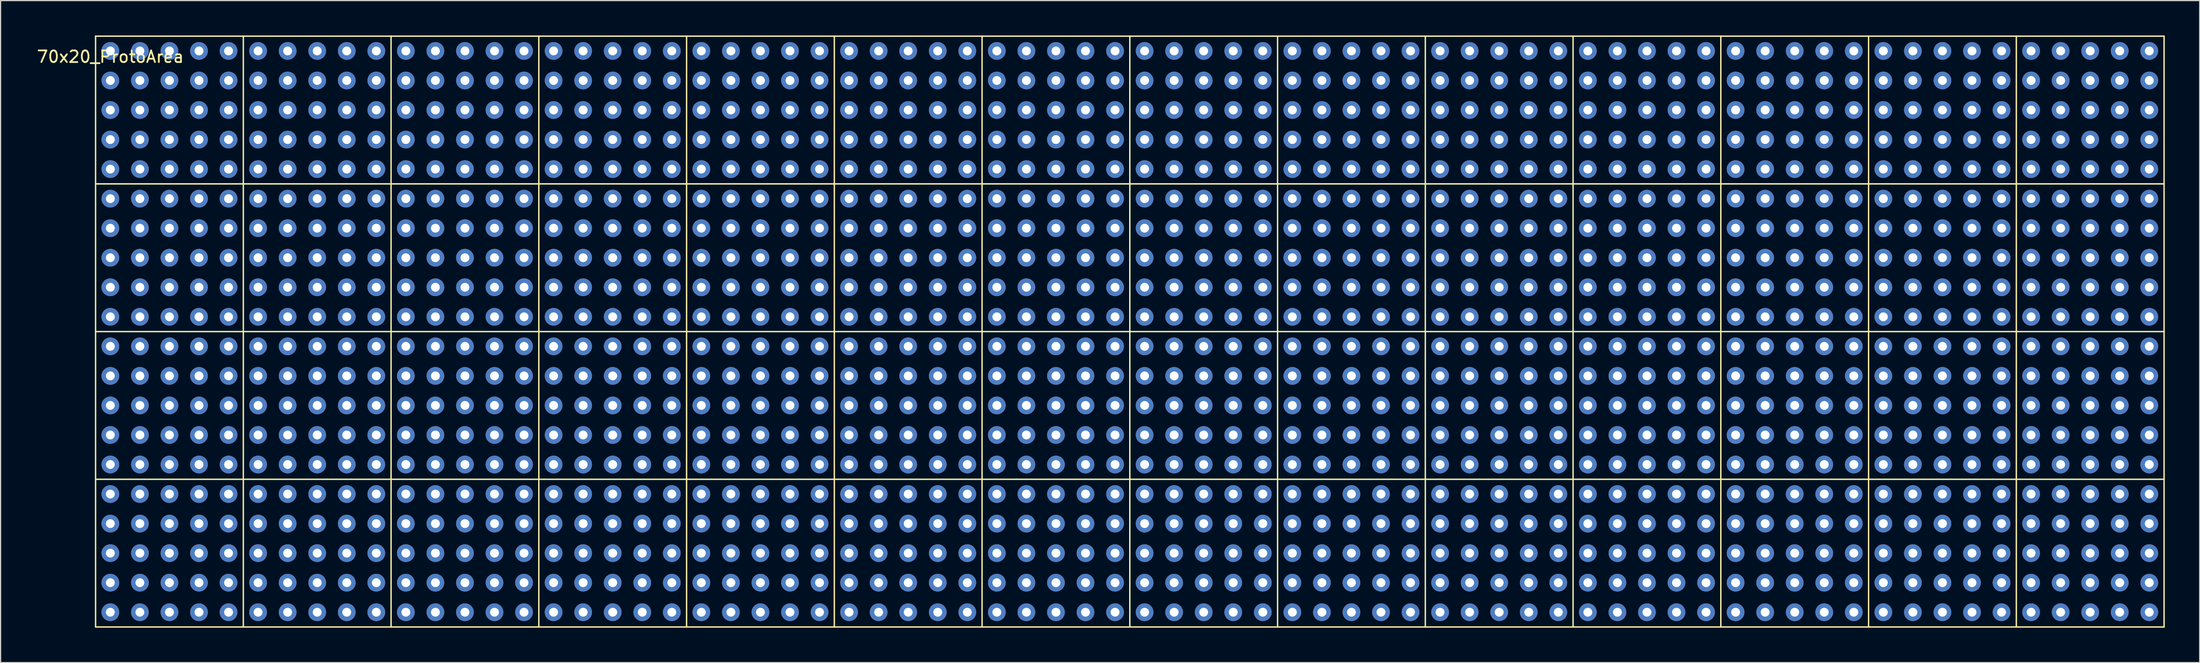
<source format=kicad_pcb>
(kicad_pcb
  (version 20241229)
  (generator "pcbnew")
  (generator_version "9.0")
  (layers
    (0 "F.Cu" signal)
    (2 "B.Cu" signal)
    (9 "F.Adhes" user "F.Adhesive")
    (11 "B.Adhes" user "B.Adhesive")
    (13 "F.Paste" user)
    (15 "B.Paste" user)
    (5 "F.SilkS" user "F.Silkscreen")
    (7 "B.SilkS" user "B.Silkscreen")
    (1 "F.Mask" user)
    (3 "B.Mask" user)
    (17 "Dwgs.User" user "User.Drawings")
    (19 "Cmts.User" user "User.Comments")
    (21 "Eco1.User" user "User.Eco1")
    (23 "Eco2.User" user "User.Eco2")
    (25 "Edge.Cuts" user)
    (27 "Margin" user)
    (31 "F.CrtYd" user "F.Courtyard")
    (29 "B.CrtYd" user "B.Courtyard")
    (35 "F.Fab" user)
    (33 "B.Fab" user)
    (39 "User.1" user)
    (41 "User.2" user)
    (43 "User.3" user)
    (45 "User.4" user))
  (footprint "70x20_ProtoArea"
    (layer "F.Cu")
    (at 94.065 25.46)
    (property "Reference" "70x20_ProtoArea" (at -87.63 -23.63 0) (layer "F.SilkS") (effects (font (size 1 1) (thickness 0.15))))
    (attr through_hole)
    (fp_line (start -88.9 -25.4) (end 88.9 -25.4) (stroke (width 0.12) (type solid)) (layer "F.SilkS"))
    (fp_line (start -88.9 25.4) (end -88.9 -25.4) (stroke (width 0.12) (type solid)) (layer "F.SilkS"))
    (fp_line (start -76.2 -25.4) (end -76.2 25.4) (stroke (width 0.12) (type solid)) (layer "F.SilkS"))
    (fp_line (start -63.5 25.4) (end -63.5 -25.4) (stroke (width 0.12) (type solid)) (layer "F.SilkS"))
    (fp_line (start -50.8 -25.4) (end -50.8 25.4) (stroke (width 0.12) (type solid)) (layer "F.SilkS"))
    (fp_line (start -38.1 -25.4) (end -38.1 25.4) (stroke (width 0.12) (type solid)) (layer "F.SilkS"))
    (fp_line (start -25.4 25.4) (end -25.4 -25.4) (stroke (width 0.12) (type solid)) (layer "F.SilkS"))
    (fp_line (start -12.7 -25.4) (end -12.7 25.4) (stroke (width 0.12) (type solid)) (layer "F.SilkS"))
    (fp_line (start 0 25.4) (end 0 -25.4) (stroke (width 0.12) (type solid)) (layer "F.SilkS"))
    (fp_line (start 12.7 -25.4) (end 12.7 25.4) (stroke (width 0.12) (type solid)) (layer "F.SilkS"))
    (fp_line (start 25.4 25.4) (end 25.4 -25.4) (stroke (width 0.12) (type solid)) (layer "F.SilkS"))
    (fp_line (start 38.1 -25.4) (end 38.1 25.4) (stroke (width 0.12) (type solid)) (layer "F.SilkS"))
    (fp_line (start 50.8 25.4) (end 50.8 -25.4) (stroke (width 0.12) (type solid)) (layer "F.SilkS"))
    (fp_line (start 63.5 -25.4) (end 63.5 25.4) (stroke (width 0.12) (type solid)) (layer "F.SilkS"))
    (fp_line (start 76.2 25.4) (end 76.2 -25.4) (stroke (width 0.12) (type solid)) (layer "F.SilkS"))
    (fp_line (start 88.9 -25.4) (end 88.9 25.4) (stroke (width 0.12) (type solid)) (layer "F.SilkS"))
    (fp_line (start 88.9 -12.7) (end -88.9 -12.7) (stroke (width 0.12) (type solid)) (layer "F.SilkS"))
    (fp_line (start 88.9 0) (end -88.9 0) (stroke (width 0.12) (type solid)) (layer "F.SilkS"))
    (fp_line (start 88.9 12.7) (end -88.9 12.7) (stroke (width 0.12) (type solid)) (layer "F.SilkS"))
    (fp_line (start 88.9 25.4) (end -88.9 25.4) (stroke (width 0.12) (type solid)) (layer "F.SilkS"))
    (pad "1" thru_hole circle (at -87.63 -24.13) (size 1.524 1.524) (drill 0.762) (layers "*.Cu" "*.Mask"))
    (pad "1" thru_hole circle (at -87.63 -21.59) (size 1.524 1.524) (drill 0.762) (layers "*.Cu" "*.Mask"))
    (pad "1" thru_hole circle (at -87.63 -19.05) (size 1.524 1.524) (drill 0.762) (layers "*.Cu" "*.Mask"))
    (pad "1" thru_hole circle (at -87.63 -16.51) (size 1.524 1.524) (drill 0.762) (layers "*.Cu" "*.Mask"))
    (pad "1" thru_hole circle (at -87.63 -13.97) (size 1.524 1.524) (drill 0.762) (layers "*.Cu" "*.Mask"))
    (pad "1" thru_hole circle (at -87.63 -11.43) (size 1.524 1.524) (drill 0.762) (layers "*.Cu" "*.Mask"))
    (pad "1" thru_hole circle (at -87.63 -8.89) (size 1.524 1.524) (drill 0.762) (layers "*.Cu" "*.Mask"))
    (pad "1" thru_hole circle (at -87.63 -6.35) (size 1.524 1.524) (drill 0.762) (layers "*.Cu" "*.Mask"))
    (pad "1" thru_hole circle (at -87.63 -3.81) (size 1.524 1.524) (drill 0.762) (layers "*.Cu" "*.Mask"))
    (pad "1" thru_hole circle (at -87.63 -1.27) (size 1.524 1.524) (drill 0.762) (layers "*.Cu" "*.Mask"))
    (pad "1" thru_hole circle (at -87.63 1.27) (size 1.524 1.524) (drill 0.762) (layers "*.Cu" "*.Mask"))
    (pad "1" thru_hole circle (at -87.63 3.81) (size 1.524 1.524) (drill 0.762) (layers "*.Cu" "*.Mask"))
    (pad "1" thru_hole circle (at -87.63 6.35) (size 1.524 1.524) (drill 0.762) (layers "*.Cu" "*.Mask"))
    (pad "1" thru_hole circle (at -87.63 8.89) (size 1.524 1.524) (drill 0.762) (layers "*.Cu" "*.Mask"))
    (pad "1" thru_hole circle (at -87.63 11.43) (size 1.524 1.524) (drill 0.762) (layers "*.Cu" "*.Mask"))
    (pad "1" thru_hole circle (at -87.63 13.97) (size 1.524 1.524) (drill 0.762) (layers "*.Cu" "*.Mask"))
    (pad "1" thru_hole circle (at -87.63 16.51) (size 1.524 1.524) (drill 0.762) (layers "*.Cu" "*.Mask"))
    (pad "1" thru_hole circle (at -87.63 19.05) (size 1.524 1.524) (drill 0.762) (layers "*.Cu" "*.Mask"))
    (pad "1" thru_hole circle (at -87.63 21.59) (size 1.524 1.524) (drill 0.762) (layers "*.Cu" "*.Mask"))
    (pad "1" thru_hole circle (at -87.63 24.13) (size 1.524 1.524) (drill 0.762) (layers "*.Cu" "*.Mask"))
    (pad "1" thru_hole circle (at -85.09 -24.13) (size 1.524 1.524) (drill 0.762) (layers "*.Cu" "*.Mask"))
    (pad "1" thru_hole circle (at -85.09 -21.59) (size 1.524 1.524) (drill 0.762) (layers "*.Cu" "*.Mask"))
    (pad "1" thru_hole circle (at -85.09 -19.05) (size 1.524 1.524) (drill 0.762) (layers "*.Cu" "*.Mask"))
    (pad "1" thru_hole circle (at -85.09 -16.51) (size 1.524 1.524) (drill 0.762) (layers "*.Cu" "*.Mask"))
    (pad "1" thru_hole circle (at -85.09 -13.97) (size 1.524 1.524) (drill 0.762) (layers "*.Cu" "*.Mask"))
    (pad "1" thru_hole circle (at -85.09 -11.43) (size 1.524 1.524) (drill 0.762) (layers "*.Cu" "*.Mask"))
    (pad "1" thru_hole circle (at -85.09 -8.89) (size 1.524 1.524) (drill 0.762) (layers "*.Cu" "*.Mask"))
    (pad "1" thru_hole circle (at -85.09 -6.35) (size 1.524 1.524) (drill 0.762) (layers "*.Cu" "*.Mask"))
    (pad "1" thru_hole circle (at -85.09 -3.81) (size 1.524 1.524) (drill 0.762) (layers "*.Cu" "*.Mask"))
    (pad "1" thru_hole circle (at -85.09 -1.27) (size 1.524 1.524) (drill 0.762) (layers "*.Cu" "*.Mask"))
    (pad "1" thru_hole circle (at -85.09 1.27) (size 1.524 1.524) (drill 0.762) (layers "*.Cu" "*.Mask"))
    (pad "1" thru_hole circle (at -85.09 3.81) (size 1.524 1.524) (drill 0.762) (layers "*.Cu" "*.Mask"))
    (pad "1" thru_hole circle (at -85.09 6.35) (size 1.524 1.524) (drill 0.762) (layers "*.Cu" "*.Mask"))
    (pad "1" thru_hole circle (at -85.09 8.89) (size 1.524 1.524) (drill 0.762) (layers "*.Cu" "*.Mask"))
    (pad "1" thru_hole circle (at -85.09 11.43) (size 1.524 1.524) (drill 0.762) (layers "*.Cu" "*.Mask"))
    (pad "1" thru_hole circle (at -85.09 13.97) (size 1.524 1.524) (drill 0.762) (layers "*.Cu" "*.Mask"))
    (pad "1" thru_hole circle (at -85.09 16.51) (size 1.524 1.524) (drill 0.762) (layers "*.Cu" "*.Mask"))
    (pad "1" thru_hole circle (at -85.09 19.05) (size 1.524 1.524) (drill 0.762) (layers "*.Cu" "*.Mask"))
    (pad "1" thru_hole circle (at -85.09 21.59) (size 1.524 1.524) (drill 0.762) (layers "*.Cu" "*.Mask"))
    (pad "1" thru_hole circle (at -85.09 24.13) (size 1.524 1.524) (drill 0.762) (layers "*.Cu" "*.Mask"))
    (pad "1" thru_hole circle (at -82.55 -24.13) (size 1.524 1.524) (drill 0.762) (layers "*.Cu" "*.Mask"))
    (pad "1" thru_hole circle (at -82.55 -21.59) (size 1.524 1.524) (drill 0.762) (layers "*.Cu" "*.Mask"))
    (pad "1" thru_hole circle (at -82.55 -19.05) (size 1.524 1.524) (drill 0.762) (layers "*.Cu" "*.Mask"))
    (pad "1" thru_hole circle (at -82.55 -16.51) (size 1.524 1.524) (drill 0.762) (layers "*.Cu" "*.Mask"))
    (pad "1" thru_hole circle (at -82.55 -13.97) (size 1.524 1.524) (drill 0.762) (layers "*.Cu" "*.Mask"))
    (pad "1" thru_hole circle (at -82.55 -11.43) (size 1.524 1.524) (drill 0.762) (layers "*.Cu" "*.Mask"))
    (pad "1" thru_hole circle (at -82.55 -8.89) (size 1.524 1.524) (drill 0.762) (layers "*.Cu" "*.Mask"))
    (pad "1" thru_hole circle (at -82.55 -6.35) (size 1.524 1.524) (drill 0.762) (layers "*.Cu" "*.Mask"))
    (pad "1" thru_hole circle (at -82.55 -3.81) (size 1.524 1.524) (drill 0.762) (layers "*.Cu" "*.Mask"))
    (pad "1" thru_hole circle (at -82.55 -1.27) (size 1.524 1.524) (drill 0.762) (layers "*.Cu" "*.Mask"))
    (pad "1" thru_hole circle (at -82.55 1.27) (size 1.524 1.524) (drill 0.762) (layers "*.Cu" "*.Mask"))
    (pad "1" thru_hole circle (at -82.55 3.81) (size 1.524 1.524) (drill 0.762) (layers "*.Cu" "*.Mask"))
    (pad "1" thru_hole circle (at -82.55 6.35) (size 1.524 1.524) (drill 0.762) (layers "*.Cu" "*.Mask"))
    (pad "1" thru_hole circle (at -82.55 8.89) (size 1.524 1.524) (drill 0.762) (layers "*.Cu" "*.Mask"))
    (pad "1" thru_hole circle (at -82.55 11.43) (size 1.524 1.524) (drill 0.762) (layers "*.Cu" "*.Mask"))
    (pad "1" thru_hole circle (at -82.55 13.97) (size 1.524 1.524) (drill 0.762) (layers "*.Cu" "*.Mask"))
    (pad "1" thru_hole circle (at -82.55 16.51) (size 1.524 1.524) (drill 0.762) (layers "*.Cu" "*.Mask"))
    (pad "1" thru_hole circle (at -82.55 19.05) (size 1.524 1.524) (drill 0.762) (layers "*.Cu" "*.Mask"))
    (pad "1" thru_hole circle (at -82.55 21.59) (size 1.524 1.524) (drill 0.762) (layers "*.Cu" "*.Mask"))
    (pad "1" thru_hole circle (at -82.55 24.13) (size 1.524 1.524) (drill 0.762) (layers "*.Cu" "*.Mask"))
    (pad "1" thru_hole circle (at -80.01 -24.13) (size 1.524 1.524) (drill 0.762) (layers "*.Cu" "*.Mask"))
    (pad "1" thru_hole circle (at -80.01 -21.59) (size 1.524 1.524) (drill 0.762) (layers "*.Cu" "*.Mask"))
    (pad "1" thru_hole circle (at -80.01 -19.05) (size 1.524 1.524) (drill 0.762) (layers "*.Cu" "*.Mask"))
    (pad "1" thru_hole circle (at -80.01 -16.51) (size 1.524 1.524) (drill 0.762) (layers "*.Cu" "*.Mask"))
    (pad "1" thru_hole circle (at -80.01 -13.97) (size 1.524 1.524) (drill 0.762) (layers "*.Cu" "*.Mask"))
    (pad "1" thru_hole circle (at -80.01 -11.43) (size 1.524 1.524) (drill 0.762) (layers "*.Cu" "*.Mask"))
    (pad "1" thru_hole circle (at -80.01 -8.89) (size 1.524 1.524) (drill 0.762) (layers "*.Cu" "*.Mask"))
    (pad "1" thru_hole circle (at -80.01 -6.35) (size 1.524 1.524) (drill 0.762) (layers "*.Cu" "*.Mask"))
    (pad "1" thru_hole circle (at -80.01 -3.81) (size 1.524 1.524) (drill 0.762) (layers "*.Cu" "*.Mask"))
    (pad "1" thru_hole circle (at -80.01 -1.27) (size 1.524 1.524) (drill 0.762) (layers "*.Cu" "*.Mask"))
    (pad "1" thru_hole circle (at -80.01 1.27) (size 1.524 1.524) (drill 0.762) (layers "*.Cu" "*.Mask"))
    (pad "1" thru_hole circle (at -80.01 3.81) (size 1.524 1.524) (drill 0.762) (layers "*.Cu" "*.Mask"))
    (pad "1" thru_hole circle (at -80.01 6.35) (size 1.524 1.524) (drill 0.762) (layers "*.Cu" "*.Mask"))
    (pad "1" thru_hole circle (at -80.01 8.89) (size 1.524 1.524) (drill 0.762) (layers "*.Cu" "*.Mask"))
    (pad "1" thru_hole circle (at -80.01 11.43) (size 1.524 1.524) (drill 0.762) (layers "*.Cu" "*.Mask"))
    (pad "1" thru_hole circle (at -80.01 13.97) (size 1.524 1.524) (drill 0.762) (layers "*.Cu" "*.Mask"))
    (pad "1" thru_hole circle (at -80.01 16.51) (size 1.524 1.524) (drill 0.762) (layers "*.Cu" "*.Mask"))
    (pad "1" thru_hole circle (at -80.01 19.05) (size 1.524 1.524) (drill 0.762) (layers "*.Cu" "*.Mask"))
    (pad "1" thru_hole circle (at -80.01 21.59) (size 1.524 1.524) (drill 0.762) (layers "*.Cu" "*.Mask"))
    (pad "1" thru_hole circle (at -80.01 24.13) (size 1.524 1.524) (drill 0.762) (layers "*.Cu" "*.Mask"))
    (pad "1" thru_hole circle (at -77.47 -24.13) (size 1.524 1.524) (drill 0.762) (layers "*.Cu" "*.Mask"))
    (pad "1" thru_hole circle (at -77.47 -21.59) (size 1.524 1.524) (drill 0.762) (layers "*.Cu" "*.Mask"))
    (pad "1" thru_hole circle (at -77.47 -19.05) (size 1.524 1.524) (drill 0.762) (layers "*.Cu" "*.Mask"))
    (pad "1" thru_hole circle (at -77.47 -16.51) (size 1.524 1.524) (drill 0.762) (layers "*.Cu" "*.Mask"))
    (pad "1" thru_hole circle (at -77.47 -13.97) (size 1.524 1.524) (drill 0.762) (layers "*.Cu" "*.Mask"))
    (pad "1" thru_hole circle (at -77.47 -11.43) (size 1.524 1.524) (drill 0.762) (layers "*.Cu" "*.Mask"))
    (pad "1" thru_hole circle (at -77.47 -8.89) (size 1.524 1.524) (drill 0.762) (layers "*.Cu" "*.Mask"))
    (pad "1" thru_hole circle (at -77.47 -6.35) (size 1.524 1.524) (drill 0.762) (layers "*.Cu" "*.Mask"))
    (pad "1" thru_hole circle (at -77.47 -3.81) (size 1.524 1.524) (drill 0.762) (layers "*.Cu" "*.Mask"))
    (pad "1" thru_hole circle (at -77.47 -1.27) (size 1.524 1.524) (drill 0.762) (layers "*.Cu" "*.Mask"))
    (pad "1" thru_hole circle (at -77.47 1.27) (size 1.524 1.524) (drill 0.762) (layers "*.Cu" "*.Mask"))
    (pad "1" thru_hole circle (at -77.47 3.81) (size 1.524 1.524) (drill 0.762) (layers "*.Cu" "*.Mask"))
    (pad "1" thru_hole circle (at -77.47 6.35) (size 1.524 1.524) (drill 0.762) (layers "*.Cu" "*.Mask"))
    (pad "1" thru_hole circle (at -77.47 8.89) (size 1.524 1.524) (drill 0.762) (layers "*.Cu" "*.Mask"))
    (pad "1" thru_hole circle (at -77.47 11.43) (size 1.524 1.524) (drill 0.762) (layers "*.Cu" "*.Mask"))
    (pad "1" thru_hole circle (at -77.47 13.97) (size 1.524 1.524) (drill 0.762) (layers "*.Cu" "*.Mask"))
    (pad "1" thru_hole circle (at -77.47 16.51) (size 1.524 1.524) (drill 0.762) (layers "*.Cu" "*.Mask"))
    (pad "1" thru_hole circle (at -77.47 19.05) (size 1.524 1.524) (drill 0.762) (layers "*.Cu" "*.Mask"))
    (pad "1" thru_hole circle (at -77.47 21.59) (size 1.524 1.524) (drill 0.762) (layers "*.Cu" "*.Mask"))
    (pad "1" thru_hole circle (at -77.47 24.13) (size 1.524 1.524) (drill 0.762) (layers "*.Cu" "*.Mask"))
    (pad "1" thru_hole circle (at -74.93 -24.13) (size 1.524 1.524) (drill 0.762) (layers "*.Cu" "*.Mask"))
    (pad "1" thru_hole circle (at -74.93 -21.59) (size 1.524 1.524) (drill 0.762) (layers "*.Cu" "*.Mask"))
    (pad "1" thru_hole circle (at -74.93 -19.05) (size 1.524 1.524) (drill 0.762) (layers "*.Cu" "*.Mask"))
    (pad "1" thru_hole circle (at -74.93 -16.51) (size 1.524 1.524) (drill 0.762) (layers "*.Cu" "*.Mask"))
    (pad "1" thru_hole circle (at -74.93 -13.97) (size 1.524 1.524) (drill 0.762) (layers "*.Cu" "*.Mask"))
    (pad "1" thru_hole circle (at -74.93 -11.43) (size 1.524 1.524) (drill 0.762) (layers "*.Cu" "*.Mask"))
    (pad "1" thru_hole circle (at -74.93 -8.89) (size 1.524 1.524) (drill 0.762) (layers "*.Cu" "*.Mask"))
    (pad "1" thru_hole circle (at -74.93 -6.35) (size 1.524 1.524) (drill 0.762) (layers "*.Cu" "*.Mask"))
    (pad "1" thru_hole circle (at -74.93 -3.81) (size 1.524 1.524) (drill 0.762) (layers "*.Cu" "*.Mask"))
    (pad "1" thru_hole circle (at -74.93 -1.27) (size 1.524 1.524) (drill 0.762) (layers "*.Cu" "*.Mask"))
    (pad "1" thru_hole circle (at -74.93 1.27) (size 1.524 1.524) (drill 0.762) (layers "*.Cu" "*.Mask"))
    (pad "1" thru_hole circle (at -74.93 3.81) (size 1.524 1.524) (drill 0.762) (layers "*.Cu" "*.Mask"))
    (pad "1" thru_hole circle (at -74.93 6.35) (size 1.524 1.524) (drill 0.762) (layers "*.Cu" "*.Mask"))
    (pad "1" thru_hole circle (at -74.93 8.89) (size 1.524 1.524) (drill 0.762) (layers "*.Cu" "*.Mask"))
    (pad "1" thru_hole circle (at -74.93 11.43) (size 1.524 1.524) (drill 0.762) (layers "*.Cu" "*.Mask"))
    (pad "1" thru_hole circle (at -74.93 13.97) (size 1.524 1.524) (drill 0.762) (layers "*.Cu" "*.Mask"))
    (pad "1" thru_hole circle (at -74.93 16.51) (size 1.524 1.524) (drill 0.762) (layers "*.Cu" "*.Mask"))
    (pad "1" thru_hole circle (at -74.93 19.05) (size 1.524 1.524) (drill 0.762) (layers "*.Cu" "*.Mask"))
    (pad "1" thru_hole circle (at -74.93 21.59) (size 1.524 1.524) (drill 0.762) (layers "*.Cu" "*.Mask"))
    (pad "1" thru_hole circle (at -74.93 24.13) (size 1.524 1.524) (drill 0.762) (layers "*.Cu" "*.Mask"))
    (pad "1" thru_hole circle (at -72.39 -24.13) (size 1.524 1.524) (drill 0.762) (layers "*.Cu" "*.Mask"))
    (pad "1" thru_hole circle (at -72.39 -21.59) (size 1.524 1.524) (drill 0.762) (layers "*.Cu" "*.Mask"))
    (pad "1" thru_hole circle (at -72.39 -19.05) (size 1.524 1.524) (drill 0.762) (layers "*.Cu" "*.Mask"))
    (pad "1" thru_hole circle (at -72.39 -16.51) (size 1.524 1.524) (drill 0.762) (layers "*.Cu" "*.Mask"))
    (pad "1" thru_hole circle (at -72.39 -13.97) (size 1.524 1.524) (drill 0.762) (layers "*.Cu" "*.Mask"))
    (pad "1" thru_hole circle (at -72.39 -11.43) (size 1.524 1.524) (drill 0.762) (layers "*.Cu" "*.Mask"))
    (pad "1" thru_hole circle (at -72.39 -8.89) (size 1.524 1.524) (drill 0.762) (layers "*.Cu" "*.Mask"))
    (pad "1" thru_hole circle (at -72.39 -6.35) (size 1.524 1.524) (drill 0.762) (layers "*.Cu" "*.Mask"))
    (pad "1" thru_hole circle (at -72.39 -3.81) (size 1.524 1.524) (drill 0.762) (layers "*.Cu" "*.Mask"))
    (pad "1" thru_hole circle (at -72.39 -1.27) (size 1.524 1.524) (drill 0.762) (layers "*.Cu" "*.Mask"))
    (pad "1" thru_hole circle (at -72.39 1.27) (size 1.524 1.524) (drill 0.762) (layers "*.Cu" "*.Mask"))
    (pad "1" thru_hole circle (at -72.39 3.81) (size 1.524 1.524) (drill 0.762) (layers "*.Cu" "*.Mask"))
    (pad "1" thru_hole circle (at -72.39 6.35) (size 1.524 1.524) (drill 0.762) (layers "*.Cu" "*.Mask"))
    (pad "1" thru_hole circle (at -72.39 8.89) (size 1.524 1.524) (drill 0.762) (layers "*.Cu" "*.Mask"))
    (pad "1" thru_hole circle (at -72.39 11.43) (size 1.524 1.524) (drill 0.762) (layers "*.Cu" "*.Mask"))
    (pad "1" thru_hole circle (at -72.39 13.97) (size 1.524 1.524) (drill 0.762) (layers "*.Cu" "*.Mask"))
    (pad "1" thru_hole circle (at -72.39 16.51) (size 1.524 1.524) (drill 0.762) (layers "*.Cu" "*.Mask"))
    (pad "1" thru_hole circle (at -72.39 19.05) (size 1.524 1.524) (drill 0.762) (layers "*.Cu" "*.Mask"))
    (pad "1" thru_hole circle (at -72.39 21.59) (size 1.524 1.524) (drill 0.762) (layers "*.Cu" "*.Mask"))
    (pad "1" thru_hole circle (at -72.39 24.13) (size 1.524 1.524) (drill 0.762) (layers "*.Cu" "*.Mask"))
    (pad "1" thru_hole circle (at -69.85 -24.13) (size 1.524 1.524) (drill 0.762) (layers "*.Cu" "*.Mask"))
    (pad "1" thru_hole circle (at -69.85 -21.59) (size 1.524 1.524) (drill 0.762) (layers "*.Cu" "*.Mask"))
    (pad "1" thru_hole circle (at -69.85 -19.05) (size 1.524 1.524) (drill 0.762) (layers "*.Cu" "*.Mask"))
    (pad "1" thru_hole circle (at -69.85 -16.51) (size 1.524 1.524) (drill 0.762) (layers "*.Cu" "*.Mask"))
    (pad "1" thru_hole circle (at -69.85 -13.97) (size 1.524 1.524) (drill 0.762) (layers "*.Cu" "*.Mask"))
    (pad "1" thru_hole circle (at -69.85 -11.43) (size 1.524 1.524) (drill 0.762) (layers "*.Cu" "*.Mask"))
    (pad "1" thru_hole circle (at -69.85 -8.89) (size 1.524 1.524) (drill 0.762) (layers "*.Cu" "*.Mask"))
    (pad "1" thru_hole circle (at -69.85 -6.35) (size 1.524 1.524) (drill 0.762) (layers "*.Cu" "*.Mask"))
    (pad "1" thru_hole circle (at -69.85 -3.81) (size 1.524 1.524) (drill 0.762) (layers "*.Cu" "*.Mask"))
    (pad "1" thru_hole circle (at -69.85 -1.27) (size 1.524 1.524) (drill 0.762) (layers "*.Cu" "*.Mask"))
    (pad "1" thru_hole circle (at -69.85 1.27) (size 1.524 1.524) (drill 0.762) (layers "*.Cu" "*.Mask"))
    (pad "1" thru_hole circle (at -69.85 3.81) (size 1.524 1.524) (drill 0.762) (layers "*.Cu" "*.Mask"))
    (pad "1" thru_hole circle (at -69.85 6.35) (size 1.524 1.524) (drill 0.762) (layers "*.Cu" "*.Mask"))
    (pad "1" thru_hole circle (at -69.85 8.89) (size 1.524 1.524) (drill 0.762) (layers "*.Cu" "*.Mask"))
    (pad "1" thru_hole circle (at -69.85 11.43) (size 1.524 1.524) (drill 0.762) (layers "*.Cu" "*.Mask"))
    (pad "1" thru_hole circle (at -69.85 13.97) (size 1.524 1.524) (drill 0.762) (layers "*.Cu" "*.Mask"))
    (pad "1" thru_hole circle (at -69.85 16.51) (size 1.524 1.524) (drill 0.762) (layers "*.Cu" "*.Mask"))
    (pad "1" thru_hole circle (at -69.85 19.05) (size 1.524 1.524) (drill 0.762) (layers "*.Cu" "*.Mask"))
    (pad "1" thru_hole circle (at -69.85 21.59) (size 1.524 1.524) (drill 0.762) (layers "*.Cu" "*.Mask"))
    (pad "1" thru_hole circle (at -69.85 24.13) (size 1.524 1.524) (drill 0.762) (layers "*.Cu" "*.Mask"))
    (pad "1" thru_hole circle (at -67.31 -24.13) (size 1.524 1.524) (drill 0.762) (layers "*.Cu" "*.Mask"))
    (pad "1" thru_hole circle (at -67.31 -21.59) (size 1.524 1.524) (drill 0.762) (layers "*.Cu" "*.Mask"))
    (pad "1" thru_hole circle (at -67.31 -19.05) (size 1.524 1.524) (drill 0.762) (layers "*.Cu" "*.Mask"))
    (pad "1" thru_hole circle (at -67.31 -16.51) (size 1.524 1.524) (drill 0.762) (layers "*.Cu" "*.Mask"))
    (pad "1" thru_hole circle (at -67.31 -13.97) (size 1.524 1.524) (drill 0.762) (layers "*.Cu" "*.Mask"))
    (pad "1" thru_hole circle (at -67.31 -11.43) (size 1.524 1.524) (drill 0.762) (layers "*.Cu" "*.Mask"))
    (pad "1" thru_hole circle (at -67.31 -8.89) (size 1.524 1.524) (drill 0.762) (layers "*.Cu" "*.Mask"))
    (pad "1" thru_hole circle (at -67.31 -6.35) (size 1.524 1.524) (drill 0.762) (layers "*.Cu" "*.Mask"))
    (pad "1" thru_hole circle (at -67.31 -3.81) (size 1.524 1.524) (drill 0.762) (layers "*.Cu" "*.Mask"))
    (pad "1" thru_hole circle (at -67.31 -1.27) (size 1.524 1.524) (drill 0.762) (layers "*.Cu" "*.Mask"))
    (pad "1" thru_hole circle (at -67.31 1.27) (size 1.524 1.524) (drill 0.762) (layers "*.Cu" "*.Mask"))
    (pad "1" thru_hole circle (at -67.31 3.81) (size 1.524 1.524) (drill 0.762) (layers "*.Cu" "*.Mask"))
    (pad "1" thru_hole circle (at -67.31 6.35) (size 1.524 1.524) (drill 0.762) (layers "*.Cu" "*.Mask"))
    (pad "1" thru_hole circle (at -67.31 8.89) (size 1.524 1.524) (drill 0.762) (layers "*.Cu" "*.Mask"))
    (pad "1" thru_hole circle (at -67.31 11.43) (size 1.524 1.524) (drill 0.762) (layers "*.Cu" "*.Mask"))
    (pad "1" thru_hole circle (at -67.31 13.97) (size 1.524 1.524) (drill 0.762) (layers "*.Cu" "*.Mask"))
    (pad "1" thru_hole circle (at -67.31 16.51) (size 1.524 1.524) (drill 0.762) (layers "*.Cu" "*.Mask"))
    (pad "1" thru_hole circle (at -67.31 19.05) (size 1.524 1.524) (drill 0.762) (layers "*.Cu" "*.Mask"))
    (pad "1" thru_hole circle (at -67.31 21.59) (size 1.524 1.524) (drill 0.762) (layers "*.Cu" "*.Mask"))
    (pad "1" thru_hole circle (at -67.31 24.13) (size 1.524 1.524) (drill 0.762) (layers "*.Cu" "*.Mask"))
    (pad "1" thru_hole circle (at -64.77 -24.13) (size 1.524 1.524) (drill 0.762) (layers "*.Cu" "*.Mask"))
    (pad "1" thru_hole circle (at -64.77 -21.59) (size 1.524 1.524) (drill 0.762) (layers "*.Cu" "*.Mask"))
    (pad "1" thru_hole circle (at -64.77 -19.05) (size 1.524 1.524) (drill 0.762) (layers "*.Cu" "*.Mask"))
    (pad "1" thru_hole circle (at -64.77 -16.51) (size 1.524 1.524) (drill 0.762) (layers "*.Cu" "*.Mask"))
    (pad "1" thru_hole circle (at -64.77 -13.97) (size 1.524 1.524) (drill 0.762) (layers "*.Cu" "*.Mask"))
    (pad "1" thru_hole circle (at -64.77 -11.43) (size 1.524 1.524) (drill 0.762) (layers "*.Cu" "*.Mask"))
    (pad "1" thru_hole circle (at -64.77 -8.89) (size 1.524 1.524) (drill 0.762) (layers "*.Cu" "*.Mask"))
    (pad "1" thru_hole circle (at -64.77 -6.35) (size 1.524 1.524) (drill 0.762) (layers "*.Cu" "*.Mask"))
    (pad "1" thru_hole circle (at -64.77 -3.81) (size 1.524 1.524) (drill 0.762) (layers "*.Cu" "*.Mask"))
    (pad "1" thru_hole circle (at -64.77 -1.27) (size 1.524 1.524) (drill 0.762) (layers "*.Cu" "*.Mask"))
    (pad "1" thru_hole circle (at -64.77 1.27) (size 1.524 1.524) (drill 0.762) (layers "*.Cu" "*.Mask"))
    (pad "1" thru_hole circle (at -64.77 3.81) (size 1.524 1.524) (drill 0.762) (layers "*.Cu" "*.Mask"))
    (pad "1" thru_hole circle (at -64.77 6.35) (size 1.524 1.524) (drill 0.762) (layers "*.Cu" "*.Mask"))
    (pad "1" thru_hole circle (at -64.77 8.89) (size 1.524 1.524) (drill 0.762) (layers "*.Cu" "*.Mask"))
    (pad "1" thru_hole circle (at -64.77 11.43) (size 1.524 1.524) (drill 0.762) (layers "*.Cu" "*.Mask"))
    (pad "1" thru_hole circle (at -64.77 13.97) (size 1.524 1.524) (drill 0.762) (layers "*.Cu" "*.Mask"))
    (pad "1" thru_hole circle (at -64.77 16.51) (size 1.524 1.524) (drill 0.762) (layers "*.Cu" "*.Mask"))
    (pad "1" thru_hole circle (at -64.77 19.05) (size 1.524 1.524) (drill 0.762) (layers "*.Cu" "*.Mask"))
    (pad "1" thru_hole circle (at -64.77 21.59) (size 1.524 1.524) (drill 0.762) (layers "*.Cu" "*.Mask"))
    (pad "1" thru_hole circle (at -64.77 24.13) (size 1.524 1.524) (drill 0.762) (layers "*.Cu" "*.Mask"))
    (pad "1" thru_hole circle (at -62.23 -24.13) (size 1.524 1.524) (drill 0.762) (layers "*.Cu" "*.Mask"))
    (pad "1" thru_hole circle (at -62.23 -21.59) (size 1.524 1.524) (drill 0.762) (layers "*.Cu" "*.Mask"))
    (pad "1" thru_hole circle (at -62.23 -19.05) (size 1.524 1.524) (drill 0.762) (layers "*.Cu" "*.Mask"))
    (pad "1" thru_hole circle (at -62.23 -16.51) (size 1.524 1.524) (drill 0.762) (layers "*.Cu" "*.Mask"))
    (pad "1" thru_hole circle (at -62.23 -13.97) (size 1.524 1.524) (drill 0.762) (layers "*.Cu" "*.Mask"))
    (pad "1" thru_hole circle (at -62.23 -11.43) (size 1.524 1.524) (drill 0.762) (layers "*.Cu" "*.Mask"))
    (pad "1" thru_hole circle (at -62.23 -8.89) (size 1.524 1.524) (drill 0.762) (layers "*.Cu" "*.Mask"))
    (pad "1" thru_hole circle (at -62.23 -6.35) (size 1.524 1.524) (drill 0.762) (layers "*.Cu" "*.Mask"))
    (pad "1" thru_hole circle (at -62.23 -3.81) (size 1.524 1.524) (drill 0.762) (layers "*.Cu" "*.Mask"))
    (pad "1" thru_hole circle (at -62.23 -1.27) (size 1.524 1.524) (drill 0.762) (layers "*.Cu" "*.Mask"))
    (pad "1" thru_hole circle (at -62.23 1.27) (size 1.524 1.524) (drill 0.762) (layers "*.Cu" "*.Mask"))
    (pad "1" thru_hole circle (at -62.23 3.81) (size 1.524 1.524) (drill 0.762) (layers "*.Cu" "*.Mask"))
    (pad "1" thru_hole circle (at -62.23 6.35) (size 1.524 1.524) (drill 0.762) (layers "*.Cu" "*.Mask"))
    (pad "1" thru_hole circle (at -62.23 8.89) (size 1.524 1.524) (drill 0.762) (layers "*.Cu" "*.Mask"))
    (pad "1" thru_hole circle (at -62.23 11.43) (size 1.524 1.524) (drill 0.762) (layers "*.Cu" "*.Mask"))
    (pad "1" thru_hole circle (at -62.23 13.97) (size 1.524 1.524) (drill 0.762) (layers "*.Cu" "*.Mask"))
    (pad "1" thru_hole circle (at -62.23 16.51) (size 1.524 1.524) (drill 0.762) (layers "*.Cu" "*.Mask"))
    (pad "1" thru_hole circle (at -62.23 19.05) (size 1.524 1.524) (drill 0.762) (layers "*.Cu" "*.Mask"))
    (pad "1" thru_hole circle (at -62.23 21.59) (size 1.524 1.524) (drill 0.762) (layers "*.Cu" "*.Mask"))
    (pad "1" thru_hole circle (at -62.23 24.13) (size 1.524 1.524) (drill 0.762) (layers "*.Cu" "*.Mask"))
    (pad "1" thru_hole circle (at -59.69 -24.13) (size 1.524 1.524) (drill 0.762) (layers "*.Cu" "*.Mask"))
    (pad "1" thru_hole circle (at -59.69 -21.59) (size 1.524 1.524) (drill 0.762) (layers "*.Cu" "*.Mask"))
    (pad "1" thru_hole circle (at -59.69 -19.05) (size 1.524 1.524) (drill 0.762) (layers "*.Cu" "*.Mask"))
    (pad "1" thru_hole circle (at -59.69 -16.51) (size 1.524 1.524) (drill 0.762) (layers "*.Cu" "*.Mask"))
    (pad "1" thru_hole circle (at -59.69 -13.97) (size 1.524 1.524) (drill 0.762) (layers "*.Cu" "*.Mask"))
    (pad "1" thru_hole circle (at -59.69 -11.43) (size 1.524 1.524) (drill 0.762) (layers "*.Cu" "*.Mask"))
    (pad "1" thru_hole circle (at -59.69 -8.89) (size 1.524 1.524) (drill 0.762) (layers "*.Cu" "*.Mask"))
    (pad "1" thru_hole circle (at -59.69 -6.35) (size 1.524 1.524) (drill 0.762) (layers "*.Cu" "*.Mask"))
    (pad "1" thru_hole circle (at -59.69 -3.81) (size 1.524 1.524) (drill 0.762) (layers "*.Cu" "*.Mask"))
    (pad "1" thru_hole circle (at -59.69 -1.27) (size 1.524 1.524) (drill 0.762) (layers "*.Cu" "*.Mask"))
    (pad "1" thru_hole circle (at -59.69 1.27) (size 1.524 1.524) (drill 0.762) (layers "*.Cu" "*.Mask"))
    (pad "1" thru_hole circle (at -59.69 3.81) (size 1.524 1.524) (drill 0.762) (layers "*.Cu" "*.Mask"))
    (pad "1" thru_hole circle (at -59.69 6.35) (size 1.524 1.524) (drill 0.762) (layers "*.Cu" "*.Mask"))
    (pad "1" thru_hole circle (at -59.69 8.89) (size 1.524 1.524) (drill 0.762) (layers "*.Cu" "*.Mask"))
    (pad "1" thru_hole circle (at -59.69 11.43) (size 1.524 1.524) (drill 0.762) (layers "*.Cu" "*.Mask"))
    (pad "1" thru_hole circle (at -59.69 13.97) (size 1.524 1.524) (drill 0.762) (layers "*.Cu" "*.Mask"))
    (pad "1" thru_hole circle (at -59.69 16.51) (size 1.524 1.524) (drill 0.762) (layers "*.Cu" "*.Mask"))
    (pad "1" thru_hole circle (at -59.69 19.05) (size 1.524 1.524) (drill 0.762) (layers "*.Cu" "*.Mask"))
    (pad "1" thru_hole circle (at -59.69 21.59) (size 1.524 1.524) (drill 0.762) (layers "*.Cu" "*.Mask"))
    (pad "1" thru_hole circle (at -59.69 24.13) (size 1.524 1.524) (drill 0.762) (layers "*.Cu" "*.Mask"))
    (pad "1" thru_hole circle (at -57.15 -24.13) (size 1.524 1.524) (drill 0.762) (layers "*.Cu" "*.Mask"))
    (pad "1" thru_hole circle (at -57.15 -21.59) (size 1.524 1.524) (drill 0.762) (layers "*.Cu" "*.Mask"))
    (pad "1" thru_hole circle (at -57.15 -19.05) (size 1.524 1.524) (drill 0.762) (layers "*.Cu" "*.Mask"))
    (pad "1" thru_hole circle (at -57.15 -16.51) (size 1.524 1.524) (drill 0.762) (layers "*.Cu" "*.Mask"))
    (pad "1" thru_hole circle (at -57.15 -13.97) (size 1.524 1.524) (drill 0.762) (layers "*.Cu" "*.Mask"))
    (pad "1" thru_hole circle (at -57.15 -11.43) (size 1.524 1.524) (drill 0.762) (layers "*.Cu" "*.Mask"))
    (pad "1" thru_hole circle (at -57.15 -8.89) (size 1.524 1.524) (drill 0.762) (layers "*.Cu" "*.Mask"))
    (pad "1" thru_hole circle (at -57.15 -6.35) (size 1.524 1.524) (drill 0.762) (layers "*.Cu" "*.Mask"))
    (pad "1" thru_hole circle (at -57.15 -3.81) (size 1.524 1.524) (drill 0.762) (layers "*.Cu" "*.Mask"))
    (pad "1" thru_hole circle (at -57.15 -1.27) (size 1.524 1.524) (drill 0.762) (layers "*.Cu" "*.Mask"))
    (pad "1" thru_hole circle (at -57.15 1.27) (size 1.524 1.524) (drill 0.762) (layers "*.Cu" "*.Mask"))
    (pad "1" thru_hole circle (at -57.15 3.81) (size 1.524 1.524) (drill 0.762) (layers "*.Cu" "*.Mask"))
    (pad "1" thru_hole circle (at -57.15 6.35) (size 1.524 1.524) (drill 0.762) (layers "*.Cu" "*.Mask"))
    (pad "1" thru_hole circle (at -57.15 8.89) (size 1.524 1.524) (drill 0.762) (layers "*.Cu" "*.Mask"))
    (pad "1" thru_hole circle (at -57.15 11.43) (size 1.524 1.524) (drill 0.762) (layers "*.Cu" "*.Mask"))
    (pad "1" thru_hole circle (at -57.15 13.97) (size 1.524 1.524) (drill 0.762) (layers "*.Cu" "*.Mask"))
    (pad "1" thru_hole circle (at -57.15 16.51) (size 1.524 1.524) (drill 0.762) (layers "*.Cu" "*.Mask"))
    (pad "1" thru_hole circle (at -57.15 19.05) (size 1.524 1.524) (drill 0.762) (layers "*.Cu" "*.Mask"))
    (pad "1" thru_hole circle (at -57.15 21.59) (size 1.524 1.524) (drill 0.762) (layers "*.Cu" "*.Mask"))
    (pad "1" thru_hole circle (at -57.15 24.13) (size 1.524 1.524) (drill 0.762) (layers "*.Cu" "*.Mask"))
    (pad "1" thru_hole circle (at -54.61 -24.13) (size 1.524 1.524) (drill 0.762) (layers "*.Cu" "*.Mask"))
    (pad "1" thru_hole circle (at -54.61 -21.59) (size 1.524 1.524) (drill 0.762) (layers "*.Cu" "*.Mask"))
    (pad "1" thru_hole circle (at -54.61 -19.05) (size 1.524 1.524) (drill 0.762) (layers "*.Cu" "*.Mask"))
    (pad "1" thru_hole circle (at -54.61 -16.51) (size 1.524 1.524) (drill 0.762) (layers "*.Cu" "*.Mask"))
    (pad "1" thru_hole circle (at -54.61 -13.97) (size 1.524 1.524) (drill 0.762) (layers "*.Cu" "*.Mask"))
    (pad "1" thru_hole circle (at -54.61 -11.43) (size 1.524 1.524) (drill 0.762) (layers "*.Cu" "*.Mask"))
    (pad "1" thru_hole circle (at -54.61 -8.89) (size 1.524 1.524) (drill 0.762) (layers "*.Cu" "*.Mask"))
    (pad "1" thru_hole circle (at -54.61 -6.35) (size 1.524 1.524) (drill 0.762) (layers "*.Cu" "*.Mask"))
    (pad "1" thru_hole circle (at -54.61 -3.81) (size 1.524 1.524) (drill 0.762) (layers "*.Cu" "*.Mask"))
    (pad "1" thru_hole circle (at -54.61 -1.27) (size 1.524 1.524) (drill 0.762) (layers "*.Cu" "*.Mask"))
    (pad "1" thru_hole circle (at -54.61 1.27) (size 1.524 1.524) (drill 0.762) (layers "*.Cu" "*.Mask"))
    (pad "1" thru_hole circle (at -54.61 3.81) (size 1.524 1.524) (drill 0.762) (layers "*.Cu" "*.Mask"))
    (pad "1" thru_hole circle (at -54.61 6.35) (size 1.524 1.524) (drill 0.762) (layers "*.Cu" "*.Mask"))
    (pad "1" thru_hole circle (at -54.61 8.89) (size 1.524 1.524) (drill 0.762) (layers "*.Cu" "*.Mask"))
    (pad "1" thru_hole circle (at -54.61 11.43) (size 1.524 1.524) (drill 0.762) (layers "*.Cu" "*.Mask"))
    (pad "1" thru_hole circle (at -54.61 13.97) (size 1.524 1.524) (drill 0.762) (layers "*.Cu" "*.Mask"))
    (pad "1" thru_hole circle (at -54.61 16.51) (size 1.524 1.524) (drill 0.762) (layers "*.Cu" "*.Mask"))
    (pad "1" thru_hole circle (at -54.61 19.05) (size 1.524 1.524) (drill 0.762) (layers "*.Cu" "*.Mask"))
    (pad "1" thru_hole circle (at -54.61 21.59) (size 1.524 1.524) (drill 0.762) (layers "*.Cu" "*.Mask"))
    (pad "1" thru_hole circle (at -54.61 24.13) (size 1.524 1.524) (drill 0.762) (layers "*.Cu" "*.Mask"))
    (pad "1" thru_hole circle (at -52.07 -24.13) (size 1.524 1.524) (drill 0.762) (layers "*.Cu" "*.Mask"))
    (pad "1" thru_hole circle (at -52.07 -21.59) (size 1.524 1.524) (drill 0.762) (layers "*.Cu" "*.Mask"))
    (pad "1" thru_hole circle (at -52.07 -19.05) (size 1.524 1.524) (drill 0.762) (layers "*.Cu" "*.Mask"))
    (pad "1" thru_hole circle (at -52.07 -16.51) (size 1.524 1.524) (drill 0.762) (layers "*.Cu" "*.Mask"))
    (pad "1" thru_hole circle (at -52.07 -13.97) (size 1.524 1.524) (drill 0.762) (layers "*.Cu" "*.Mask"))
    (pad "1" thru_hole circle (at -52.07 -11.43) (size 1.524 1.524) (drill 0.762) (layers "*.Cu" "*.Mask"))
    (pad "1" thru_hole circle (at -52.07 -8.89) (size 1.524 1.524) (drill 0.762) (layers "*.Cu" "*.Mask"))
    (pad "1" thru_hole circle (at -52.07 -6.35) (size 1.524 1.524) (drill 0.762) (layers "*.Cu" "*.Mask"))
    (pad "1" thru_hole circle (at -52.07 -3.81) (size 1.524 1.524) (drill 0.762) (layers "*.Cu" "*.Mask"))
    (pad "1" thru_hole circle (at -52.07 -1.27) (size 1.524 1.524) (drill 0.762) (layers "*.Cu" "*.Mask"))
    (pad "1" thru_hole circle (at -52.07 1.27) (size 1.524 1.524) (drill 0.762) (layers "*.Cu" "*.Mask"))
    (pad "1" thru_hole circle (at -52.07 3.81) (size 1.524 1.524) (drill 0.762) (layers "*.Cu" "*.Mask"))
    (pad "1" thru_hole circle (at -52.07 6.35) (size 1.524 1.524) (drill 0.762) (layers "*.Cu" "*.Mask"))
    (pad "1" thru_hole circle (at -52.07 8.89) (size 1.524 1.524) (drill 0.762) (layers "*.Cu" "*.Mask"))
    (pad "1" thru_hole circle (at -52.07 11.43) (size 1.524 1.524) (drill 0.762) (layers "*.Cu" "*.Mask"))
    (pad "1" thru_hole circle (at -52.07 13.97) (size 1.524 1.524) (drill 0.762) (layers "*.Cu" "*.Mask"))
    (pad "1" thru_hole circle (at -52.07 16.51) (size 1.524 1.524) (drill 0.762) (layers "*.Cu" "*.Mask"))
    (pad "1" thru_hole circle (at -52.07 19.05) (size 1.524 1.524) (drill 0.762) (layers "*.Cu" "*.Mask"))
    (pad "1" thru_hole circle (at -52.07 21.59) (size 1.524 1.524) (drill 0.762) (layers "*.Cu" "*.Mask"))
    (pad "1" thru_hole circle (at -52.07 24.13) (size 1.524 1.524) (drill 0.762) (layers "*.Cu" "*.Mask"))
    (pad "1" thru_hole circle (at -49.53 -24.13) (size 1.524 1.524) (drill 0.762) (layers "*.Cu" "*.Mask"))
    (pad "1" thru_hole circle (at -49.53 -21.59) (size 1.524 1.524) (drill 0.762) (layers "*.Cu" "*.Mask"))
    (pad "1" thru_hole circle (at -49.53 -19.05) (size 1.524 1.524) (drill 0.762) (layers "*.Cu" "*.Mask"))
    (pad "1" thru_hole circle (at -49.53 -16.51) (size 1.524 1.524) (drill 0.762) (layers "*.Cu" "*.Mask"))
    (pad "1" thru_hole circle (at -49.53 -13.97) (size 1.524 1.524) (drill 0.762) (layers "*.Cu" "*.Mask"))
    (pad "1" thru_hole circle (at -49.53 -11.43) (size 1.524 1.524) (drill 0.762) (layers "*.Cu" "*.Mask"))
    (pad "1" thru_hole circle (at -49.53 -8.89) (size 1.524 1.524) (drill 0.762) (layers "*.Cu" "*.Mask"))
    (pad "1" thru_hole circle (at -49.53 -6.35) (size 1.524 1.524) (drill 0.762) (layers "*.Cu" "*.Mask"))
    (pad "1" thru_hole circle (at -49.53 -3.81) (size 1.524 1.524) (drill 0.762) (layers "*.Cu" "*.Mask"))
    (pad "1" thru_hole circle (at -49.53 -1.27) (size 1.524 1.524) (drill 0.762) (layers "*.Cu" "*.Mask"))
    (pad "1" thru_hole circle (at -49.53 1.27) (size 1.524 1.524) (drill 0.762) (layers "*.Cu" "*.Mask"))
    (pad "1" thru_hole circle (at -49.53 3.81) (size 1.524 1.524) (drill 0.762) (layers "*.Cu" "*.Mask"))
    (pad "1" thru_hole circle (at -49.53 6.35) (size 1.524 1.524) (drill 0.762) (layers "*.Cu" "*.Mask"))
    (pad "1" thru_hole circle (at -49.53 8.89) (size 1.524 1.524) (drill 0.762) (layers "*.Cu" "*.Mask"))
    (pad "1" thru_hole circle (at -49.53 11.43) (size 1.524 1.524) (drill 0.762) (layers "*.Cu" "*.Mask"))
    (pad "1" thru_hole circle (at -49.53 13.97) (size 1.524 1.524) (drill 0.762) (layers "*.Cu" "*.Mask"))
    (pad "1" thru_hole circle (at -49.53 16.51) (size 1.524 1.524) (drill 0.762) (layers "*.Cu" "*.Mask"))
    (pad "1" thru_hole circle (at -49.53 19.05) (size 1.524 1.524) (drill 0.762) (layers "*.Cu" "*.Mask"))
    (pad "1" thru_hole circle (at -49.53 21.59) (size 1.524 1.524) (drill 0.762) (layers "*.Cu" "*.Mask"))
    (pad "1" thru_hole circle (at -49.53 24.13) (size 1.524 1.524) (drill 0.762) (layers "*.Cu" "*.Mask"))
    (pad "1" thru_hole circle (at -46.99 -24.13) (size 1.524 1.524) (drill 0.762) (layers "*.Cu" "*.Mask"))
    (pad "1" thru_hole circle (at -46.99 -21.59) (size 1.524 1.524) (drill 0.762) (layers "*.Cu" "*.Mask"))
    (pad "1" thru_hole circle (at -46.99 -19.05) (size 1.524 1.524) (drill 0.762) (layers "*.Cu" "*.Mask"))
    (pad "1" thru_hole circle (at -46.99 -16.51) (size 1.524 1.524) (drill 0.762) (layers "*.Cu" "*.Mask"))
    (pad "1" thru_hole circle (at -46.99 -13.97) (size 1.524 1.524) (drill 0.762) (layers "*.Cu" "*.Mask"))
    (pad "1" thru_hole circle (at -46.99 -11.43) (size 1.524 1.524) (drill 0.762) (layers "*.Cu" "*.Mask"))
    (pad "1" thru_hole circle (at -46.99 -8.89) (size 1.524 1.524) (drill 0.762) (layers "*.Cu" "*.Mask"))
    (pad "1" thru_hole circle (at -46.99 -6.35) (size 1.524 1.524) (drill 0.762) (layers "*.Cu" "*.Mask"))
    (pad "1" thru_hole circle (at -46.99 -3.81) (size 1.524 1.524) (drill 0.762) (layers "*.Cu" "*.Mask"))
    (pad "1" thru_hole circle (at -46.99 -1.27) (size 1.524 1.524) (drill 0.762) (layers "*.Cu" "*.Mask"))
    (pad "1" thru_hole circle (at -46.99 1.27) (size 1.524 1.524) (drill 0.762) (layers "*.Cu" "*.Mask"))
    (pad "1" thru_hole circle (at -46.99 3.81) (size 1.524 1.524) (drill 0.762) (layers "*.Cu" "*.Mask"))
    (pad "1" thru_hole circle (at -46.99 6.35) (size 1.524 1.524) (drill 0.762) (layers "*.Cu" "*.Mask"))
    (pad "1" thru_hole circle (at -46.99 8.89) (size 1.524 1.524) (drill 0.762) (layers "*.Cu" "*.Mask"))
    (pad "1" thru_hole circle (at -46.99 11.43) (size 1.524 1.524) (drill 0.762) (layers "*.Cu" "*.Mask"))
    (pad "1" thru_hole circle (at -46.99 13.97) (size 1.524 1.524) (drill 0.762) (layers "*.Cu" "*.Mask"))
    (pad "1" thru_hole circle (at -46.99 16.51) (size 1.524 1.524) (drill 0.762) (layers "*.Cu" "*.Mask"))
    (pad "1" thru_hole circle (at -46.99 19.05) (size 1.524 1.524) (drill 0.762) (layers "*.Cu" "*.Mask"))
    (pad "1" thru_hole circle (at -46.99 21.59) (size 1.524 1.524) (drill 0.762) (layers "*.Cu" "*.Mask"))
    (pad "1" thru_hole circle (at -46.99 24.13) (size 1.524 1.524) (drill 0.762) (layers "*.Cu" "*.Mask"))
    (pad "1" thru_hole circle (at -44.45 -24.13) (size 1.524 1.524) (drill 0.762) (layers "*.Cu" "*.Mask"))
    (pad "1" thru_hole circle (at -44.45 -21.59) (size 1.524 1.524) (drill 0.762) (layers "*.Cu" "*.Mask"))
    (pad "1" thru_hole circle (at -44.45 -19.05) (size 1.524 1.524) (drill 0.762) (layers "*.Cu" "*.Mask"))
    (pad "1" thru_hole circle (at -44.45 -16.51) (size 1.524 1.524) (drill 0.762) (layers "*.Cu" "*.Mask"))
    (pad "1" thru_hole circle (at -44.45 -13.97) (size 1.524 1.524) (drill 0.762) (layers "*.Cu" "*.Mask"))
    (pad "1" thru_hole circle (at -44.45 -11.43) (size 1.524 1.524) (drill 0.762) (layers "*.Cu" "*.Mask"))
    (pad "1" thru_hole circle (at -44.45 -8.89) (size 1.524 1.524) (drill 0.762) (layers "*.Cu" "*.Mask"))
    (pad "1" thru_hole circle (at -44.45 -6.35) (size 1.524 1.524) (drill 0.762) (layers "*.Cu" "*.Mask"))
    (pad "1" thru_hole circle (at -44.45 -3.81) (size 1.524 1.524) (drill 0.762) (layers "*.Cu" "*.Mask"))
    (pad "1" thru_hole circle (at -44.45 -1.27) (size 1.524 1.524) (drill 0.762) (layers "*.Cu" "*.Mask"))
    (pad "1" thru_hole circle (at -44.45 1.27) (size 1.524 1.524) (drill 0.762) (layers "*.Cu" "*.Mask"))
    (pad "1" thru_hole circle (at -44.45 3.81) (size 1.524 1.524) (drill 0.762) (layers "*.Cu" "*.Mask"))
    (pad "1" thru_hole circle (at -44.45 6.35) (size 1.524 1.524) (drill 0.762) (layers "*.Cu" "*.Mask"))
    (pad "1" thru_hole circle (at -44.45 8.89) (size 1.524 1.524) (drill 0.762) (layers "*.Cu" "*.Mask"))
    (pad "1" thru_hole circle (at -44.45 11.43) (size 1.524 1.524) (drill 0.762) (layers "*.Cu" "*.Mask"))
    (pad "1" thru_hole circle (at -44.45 13.97) (size 1.524 1.524) (drill 0.762) (layers "*.Cu" "*.Mask"))
    (pad "1" thru_hole circle (at -44.45 16.51) (size 1.524 1.524) (drill 0.762) (layers "*.Cu" "*.Mask"))
    (pad "1" thru_hole circle (at -44.45 19.05) (size 1.524 1.524) (drill 0.762) (layers "*.Cu" "*.Mask"))
    (pad "1" thru_hole circle (at -44.45 21.59) (size 1.524 1.524) (drill 0.762) (layers "*.Cu" "*.Mask"))
    (pad "1" thru_hole circle (at -44.45 24.13) (size 1.524 1.524) (drill 0.762) (layers "*.Cu" "*.Mask"))
    (pad "1" thru_hole circle (at -41.91 -24.13) (size 1.524 1.524) (drill 0.762) (layers "*.Cu" "*.Mask"))
    (pad "1" thru_hole circle (at -41.91 -21.59) (size 1.524 1.524) (drill 0.762) (layers "*.Cu" "*.Mask"))
    (pad "1" thru_hole circle (at -41.91 -19.05) (size 1.524 1.524) (drill 0.762) (layers "*.Cu" "*.Mask"))
    (pad "1" thru_hole circle (at -41.91 -16.51) (size 1.524 1.524) (drill 0.762) (layers "*.Cu" "*.Mask"))
    (pad "1" thru_hole circle (at -41.91 -13.97) (size 1.524 1.524) (drill 0.762) (layers "*.Cu" "*.Mask"))
    (pad "1" thru_hole circle (at -41.91 -11.43) (size 1.524 1.524) (drill 0.762) (layers "*.Cu" "*.Mask"))
    (pad "1" thru_hole circle (at -41.91 -8.89) (size 1.524 1.524) (drill 0.762) (layers "*.Cu" "*.Mask"))
    (pad "1" thru_hole circle (at -41.91 -6.35) (size 1.524 1.524) (drill 0.762) (layers "*.Cu" "*.Mask"))
    (pad "1" thru_hole circle (at -41.91 -3.81) (size 1.524 1.524) (drill 0.762) (layers "*.Cu" "*.Mask"))
    (pad "1" thru_hole circle (at -41.91 -1.27) (size 1.524 1.524) (drill 0.762) (layers "*.Cu" "*.Mask"))
    (pad "1" thru_hole circle (at -41.91 1.27) (size 1.524 1.524) (drill 0.762) (layers "*.Cu" "*.Mask"))
    (pad "1" thru_hole circle (at -41.91 3.81) (size 1.524 1.524) (drill 0.762) (layers "*.Cu" "*.Mask"))
    (pad "1" thru_hole circle (at -41.91 6.35) (size 1.524 1.524) (drill 0.762) (layers "*.Cu" "*.Mask"))
    (pad "1" thru_hole circle (at -41.91 8.89) (size 1.524 1.524) (drill 0.762) (layers "*.Cu" "*.Mask"))
    (pad "1" thru_hole circle (at -41.91 11.43) (size 1.524 1.524) (drill 0.762) (layers "*.Cu" "*.Mask"))
    (pad "1" thru_hole circle (at -41.91 13.97) (size 1.524 1.524) (drill 0.762) (layers "*.Cu" "*.Mask"))
    (pad "1" thru_hole circle (at -41.91 16.51) (size 1.524 1.524) (drill 0.762) (layers "*.Cu" "*.Mask"))
    (pad "1" thru_hole circle (at -41.91 19.05) (size 1.524 1.524) (drill 0.762) (layers "*.Cu" "*.Mask"))
    (pad "1" thru_hole circle (at -41.91 21.59) (size 1.524 1.524) (drill 0.762) (layers "*.Cu" "*.Mask"))
    (pad "1" thru_hole circle (at -41.91 24.13) (size 1.524 1.524) (drill 0.762) (layers "*.Cu" "*.Mask"))
    (pad "1" thru_hole circle (at -39.37 -24.13) (size 1.524 1.524) (drill 0.762) (layers "*.Cu" "*.Mask"))
    (pad "1" thru_hole circle (at -39.37 -21.59) (size 1.524 1.524) (drill 0.762) (layers "*.Cu" "*.Mask"))
    (pad "1" thru_hole circle (at -39.37 -19.05) (size 1.524 1.524) (drill 0.762) (layers "*.Cu" "*.Mask"))
    (pad "1" thru_hole circle (at -39.37 -16.51) (size 1.524 1.524) (drill 0.762) (layers "*.Cu" "*.Mask"))
    (pad "1" thru_hole circle (at -39.37 -13.97) (size 1.524 1.524) (drill 0.762) (layers "*.Cu" "*.Mask"))
    (pad "1" thru_hole circle (at -39.37 -11.43) (size 1.524 1.524) (drill 0.762) (layers "*.Cu" "*.Mask"))
    (pad "1" thru_hole circle (at -39.37 -8.89) (size 1.524 1.524) (drill 0.762) (layers "*.Cu" "*.Mask"))
    (pad "1" thru_hole circle (at -39.37 -6.35) (size 1.524 1.524) (drill 0.762) (layers "*.Cu" "*.Mask"))
    (pad "1" thru_hole circle (at -39.37 -3.81) (size 1.524 1.524) (drill 0.762) (layers "*.Cu" "*.Mask"))
    (pad "1" thru_hole circle (at -39.37 -1.27) (size 1.524 1.524) (drill 0.762) (layers "*.Cu" "*.Mask"))
    (pad "1" thru_hole circle (at -39.37 1.27) (size 1.524 1.524) (drill 0.762) (layers "*.Cu" "*.Mask"))
    (pad "1" thru_hole circle (at -39.37 3.81) (size 1.524 1.524) (drill 0.762) (layers "*.Cu" "*.Mask"))
    (pad "1" thru_hole circle (at -39.37 6.35) (size 1.524 1.524) (drill 0.762) (layers "*.Cu" "*.Mask"))
    (pad "1" thru_hole circle (at -39.37 8.89) (size 1.524 1.524) (drill 0.762) (layers "*.Cu" "*.Mask"))
    (pad "1" thru_hole circle (at -39.37 11.43) (size 1.524 1.524) (drill 0.762) (layers "*.Cu" "*.Mask"))
    (pad "1" thru_hole circle (at -39.37 13.97) (size 1.524 1.524) (drill 0.762) (layers "*.Cu" "*.Mask"))
    (pad "1" thru_hole circle (at -39.37 16.51) (size 1.524 1.524) (drill 0.762) (layers "*.Cu" "*.Mask"))
    (pad "1" thru_hole circle (at -39.37 19.05) (size 1.524 1.524) (drill 0.762) (layers "*.Cu" "*.Mask"))
    (pad "1" thru_hole circle (at -39.37 21.59) (size 1.524 1.524) (drill 0.762) (layers "*.Cu" "*.Mask"))
    (pad "1" thru_hole circle (at -39.37 24.13) (size 1.524 1.524) (drill 0.762) (layers "*.Cu" "*.Mask"))
    (pad "1" thru_hole circle (at -36.83 -24.13) (size 1.524 1.524) (drill 0.762) (layers "*.Cu" "*.Mask"))
    (pad "1" thru_hole circle (at -36.83 -21.59) (size 1.524 1.524) (drill 0.762) (layers "*.Cu" "*.Mask"))
    (pad "1" thru_hole circle (at -36.83 -19.05) (size 1.524 1.524) (drill 0.762) (layers "*.Cu" "*.Mask"))
    (pad "1" thru_hole circle (at -36.83 -16.51) (size 1.524 1.524) (drill 0.762) (layers "*.Cu" "*.Mask"))
    (pad "1" thru_hole circle (at -36.83 -13.97) (size 1.524 1.524) (drill 0.762) (layers "*.Cu" "*.Mask"))
    (pad "1" thru_hole circle (at -36.83 -11.43) (size 1.524 1.524) (drill 0.762) (layers "*.Cu" "*.Mask"))
    (pad "1" thru_hole circle (at -36.83 -8.89) (size 1.524 1.524) (drill 0.762) (layers "*.Cu" "*.Mask"))
    (pad "1" thru_hole circle (at -36.83 -6.35) (size 1.524 1.524) (drill 0.762) (layers "*.Cu" "*.Mask"))
    (pad "1" thru_hole circle (at -36.83 -3.81) (size 1.524 1.524) (drill 0.762) (layers "*.Cu" "*.Mask"))
    (pad "1" thru_hole circle (at -36.83 -1.27) (size 1.524 1.524) (drill 0.762) (layers "*.Cu" "*.Mask"))
    (pad "1" thru_hole circle (at -36.83 1.27) (size 1.524 1.524) (drill 0.762) (layers "*.Cu" "*.Mask"))
    (pad "1" thru_hole circle (at -36.83 3.81) (size 1.524 1.524) (drill 0.762) (layers "*.Cu" "*.Mask"))
    (pad "1" thru_hole circle (at -36.83 6.35) (size 1.524 1.524) (drill 0.762) (layers "*.Cu" "*.Mask"))
    (pad "1" thru_hole circle (at -36.83 8.89) (size 1.524 1.524) (drill 0.762) (layers "*.Cu" "*.Mask"))
    (pad "1" thru_hole circle (at -36.83 11.43) (size 1.524 1.524) (drill 0.762) (layers "*.Cu" "*.Mask"))
    (pad "1" thru_hole circle (at -36.83 13.97) (size 1.524 1.524) (drill 0.762) (layers "*.Cu" "*.Mask"))
    (pad "1" thru_hole circle (at -36.83 16.51) (size 1.524 1.524) (drill 0.762) (layers "*.Cu" "*.Mask"))
    (pad "1" thru_hole circle (at -36.83 19.05) (size 1.524 1.524) (drill 0.762) (layers "*.Cu" "*.Mask"))
    (pad "1" thru_hole circle (at -36.83 21.59) (size 1.524 1.524) (drill 0.762) (layers "*.Cu" "*.Mask"))
    (pad "1" thru_hole circle (at -36.83 24.13) (size 1.524 1.524) (drill 0.762) (layers "*.Cu" "*.Mask"))
    (pad "1" thru_hole circle (at -34.29 -24.13) (size 1.524 1.524) (drill 0.762) (layers "*.Cu" "*.Mask"))
    (pad "1" thru_hole circle (at -34.29 -21.59) (size 1.524 1.524) (drill 0.762) (layers "*.Cu" "*.Mask"))
    (pad "1" thru_hole circle (at -34.29 -19.05) (size 1.524 1.524) (drill 0.762) (layers "*.Cu" "*.Mask"))
    (pad "1" thru_hole circle (at -34.29 -16.51) (size 1.524 1.524) (drill 0.762) (layers "*.Cu" "*.Mask"))
    (pad "1" thru_hole circle (at -34.29 -13.97) (size 1.524 1.524) (drill 0.762) (layers "*.Cu" "*.Mask"))
    (pad "1" thru_hole circle (at -34.29 -11.43) (size 1.524 1.524) (drill 0.762) (layers "*.Cu" "*.Mask"))
    (pad "1" thru_hole circle (at -34.29 -8.89) (size 1.524 1.524) (drill 0.762) (layers "*.Cu" "*.Mask"))
    (pad "1" thru_hole circle (at -34.29 -6.35) (size 1.524 1.524) (drill 0.762) (layers "*.Cu" "*.Mask"))
    (pad "1" thru_hole circle (at -34.29 -3.81) (size 1.524 1.524) (drill 0.762) (layers "*.Cu" "*.Mask"))
    (pad "1" thru_hole circle (at -34.29 -1.27) (size 1.524 1.524) (drill 0.762) (layers "*.Cu" "*.Mask"))
    (pad "1" thru_hole circle (at -34.29 1.27) (size 1.524 1.524) (drill 0.762) (layers "*.Cu" "*.Mask"))
    (pad "1" thru_hole circle (at -34.29 3.81) (size 1.524 1.524) (drill 0.762) (layers "*.Cu" "*.Mask"))
    (pad "1" thru_hole circle (at -34.29 6.35) (size 1.524 1.524) (drill 0.762) (layers "*.Cu" "*.Mask"))
    (pad "1" thru_hole circle (at -34.29 8.89) (size 1.524 1.524) (drill 0.762) (layers "*.Cu" "*.Mask"))
    (pad "1" thru_hole circle (at -34.29 11.43) (size 1.524 1.524) (drill 0.762) (layers "*.Cu" "*.Mask"))
    (pad "1" thru_hole circle (at -34.29 13.97) (size 1.524 1.524) (drill 0.762) (layers "*.Cu" "*.Mask"))
    (pad "1" thru_hole circle (at -34.29 16.51) (size 1.524 1.524) (drill 0.762) (layers "*.Cu" "*.Mask"))
    (pad "1" thru_hole circle (at -34.29 19.05) (size 1.524 1.524) (drill 0.762) (layers "*.Cu" "*.Mask"))
    (pad "1" thru_hole circle (at -34.29 21.59) (size 1.524 1.524) (drill 0.762) (layers "*.Cu" "*.Mask"))
    (pad "1" thru_hole circle (at -34.29 24.13) (size 1.524 1.524) (drill 0.762) (layers "*.Cu" "*.Mask"))
    (pad "1" thru_hole circle (at -31.75 -24.13) (size 1.524 1.524) (drill 0.762) (layers "*.Cu" "*.Mask"))
    (pad "1" thru_hole circle (at -31.75 -21.59) (size 1.524 1.524) (drill 0.762) (layers "*.Cu" "*.Mask"))
    (pad "1" thru_hole circle (at -31.75 -19.05) (size 1.524 1.524) (drill 0.762) (layers "*.Cu" "*.Mask"))
    (pad "1" thru_hole circle (at -31.75 -16.51) (size 1.524 1.524) (drill 0.762) (layers "*.Cu" "*.Mask"))
    (pad "1" thru_hole circle (at -31.75 -13.97) (size 1.524 1.524) (drill 0.762) (layers "*.Cu" "*.Mask"))
    (pad "1" thru_hole circle (at -31.75 -11.43) (size 1.524 1.524) (drill 0.762) (layers "*.Cu" "*.Mask"))
    (pad "1" thru_hole circle (at -31.75 -8.89) (size 1.524 1.524) (drill 0.762) (layers "*.Cu" "*.Mask"))
    (pad "1" thru_hole circle (at -31.75 -6.35) (size 1.524 1.524) (drill 0.762) (layers "*.Cu" "*.Mask"))
    (pad "1" thru_hole circle (at -31.75 -3.81) (size 1.524 1.524) (drill 0.762) (layers "*.Cu" "*.Mask"))
    (pad "1" thru_hole circle (at -31.75 -1.27) (size 1.524 1.524) (drill 0.762) (layers "*.Cu" "*.Mask"))
    (pad "1" thru_hole circle (at -31.75 1.27) (size 1.524 1.524) (drill 0.762) (layers "*.Cu" "*.Mask"))
    (pad "1" thru_hole circle (at -31.75 3.81) (size 1.524 1.524) (drill 0.762) (layers "*.Cu" "*.Mask"))
    (pad "1" thru_hole circle (at -31.75 6.35) (size 1.524 1.524) (drill 0.762) (layers "*.Cu" "*.Mask"))
    (pad "1" thru_hole circle (at -31.75 8.89) (size 1.524 1.524) (drill 0.762) (layers "*.Cu" "*.Mask"))
    (pad "1" thru_hole circle (at -31.75 11.43) (size 1.524 1.524) (drill 0.762) (layers "*.Cu" "*.Mask"))
    (pad "1" thru_hole circle (at -31.75 13.97) (size 1.524 1.524) (drill 0.762) (layers "*.Cu" "*.Mask"))
    (pad "1" thru_hole circle (at -31.75 16.51) (size 1.524 1.524) (drill 0.762) (layers "*.Cu" "*.Mask"))
    (pad "1" thru_hole circle (at -31.75 19.05) (size 1.524 1.524) (drill 0.762) (layers "*.Cu" "*.Mask"))
    (pad "1" thru_hole circle (at -31.75 21.59) (size 1.524 1.524) (drill 0.762) (layers "*.Cu" "*.Mask"))
    (pad "1" thru_hole circle (at -31.75 24.13) (size 1.524 1.524) (drill 0.762) (layers "*.Cu" "*.Mask"))
    (pad "1" thru_hole circle (at -29.21 -24.13) (size 1.524 1.524) (drill 0.762) (layers "*.Cu" "*.Mask"))
    (pad "1" thru_hole circle (at -29.21 -21.59) (size 1.524 1.524) (drill 0.762) (layers "*.Cu" "*.Mask"))
    (pad "1" thru_hole circle (at -29.21 -19.05) (size 1.524 1.524) (drill 0.762) (layers "*.Cu" "*.Mask"))
    (pad "1" thru_hole circle (at -29.21 -16.51) (size 1.524 1.524) (drill 0.762) (layers "*.Cu" "*.Mask"))
    (pad "1" thru_hole circle (at -29.21 -13.97) (size 1.524 1.524) (drill 0.762) (layers "*.Cu" "*.Mask"))
    (pad "1" thru_hole circle (at -29.21 -11.43) (size 1.524 1.524) (drill 0.762) (layers "*.Cu" "*.Mask"))
    (pad "1" thru_hole circle (at -29.21 -8.89) (size 1.524 1.524) (drill 0.762) (layers "*.Cu" "*.Mask"))
    (pad "1" thru_hole circle (at -29.21 -6.35) (size 1.524 1.524) (drill 0.762) (layers "*.Cu" "*.Mask"))
    (pad "1" thru_hole circle (at -29.21 -3.81) (size 1.524 1.524) (drill 0.762) (layers "*.Cu" "*.Mask"))
    (pad "1" thru_hole circle (at -29.21 -1.27) (size 1.524 1.524) (drill 0.762) (layers "*.Cu" "*.Mask"))
    (pad "1" thru_hole circle (at -29.21 1.27) (size 1.524 1.524) (drill 0.762) (layers "*.Cu" "*.Mask"))
    (pad "1" thru_hole circle (at -29.21 3.81) (size 1.524 1.524) (drill 0.762) (layers "*.Cu" "*.Mask"))
    (pad "1" thru_hole circle (at -29.21 6.35) (size 1.524 1.524) (drill 0.762) (layers "*.Cu" "*.Mask"))
    (pad "1" thru_hole circle (at -29.21 8.89) (size 1.524 1.524) (drill 0.762) (layers "*.Cu" "*.Mask"))
    (pad "1" thru_hole circle (at -29.21 11.43) (size 1.524 1.524) (drill 0.762) (layers "*.Cu" "*.Mask"))
    (pad "1" thru_hole circle (at -29.21 13.97) (size 1.524 1.524) (drill 0.762) (layers "*.Cu" "*.Mask"))
    (pad "1" thru_hole circle (at -29.21 16.51) (size 1.524 1.524) (drill 0.762) (layers "*.Cu" "*.Mask"))
    (pad "1" thru_hole circle (at -29.21 19.05) (size 1.524 1.524) (drill 0.762) (layers "*.Cu" "*.Mask"))
    (pad "1" thru_hole circle (at -29.21 21.59) (size 1.524 1.524) (drill 0.762) (layers "*.Cu" "*.Mask"))
    (pad "1" thru_hole circle (at -29.21 24.13) (size 1.524 1.524) (drill 0.762) (layers "*.Cu" "*.Mask"))
    (pad "1" thru_hole circle (at -26.67 -24.13) (size 1.524 1.524) (drill 0.762) (layers "*.Cu" "*.Mask"))
    (pad "1" thru_hole circle (at -26.67 -21.59) (size 1.524 1.524) (drill 0.762) (layers "*.Cu" "*.Mask"))
    (pad "1" thru_hole circle (at -26.67 -19.05) (size 1.524 1.524) (drill 0.762) (layers "*.Cu" "*.Mask"))
    (pad "1" thru_hole circle (at -26.67 -16.51) (size 1.524 1.524) (drill 0.762) (layers "*.Cu" "*.Mask"))
    (pad "1" thru_hole circle (at -26.67 -13.97) (size 1.524 1.524) (drill 0.762) (layers "*.Cu" "*.Mask"))
    (pad "1" thru_hole circle (at -26.67 -11.43) (size 1.524 1.524) (drill 0.762) (layers "*.Cu" "*.Mask"))
    (pad "1" thru_hole circle (at -26.67 -8.89) (size 1.524 1.524) (drill 0.762) (layers "*.Cu" "*.Mask"))
    (pad "1" thru_hole circle (at -26.67 -6.35) (size 1.524 1.524) (drill 0.762) (layers "*.Cu" "*.Mask"))
    (pad "1" thru_hole circle (at -26.67 -3.81) (size 1.524 1.524) (drill 0.762) (layers "*.Cu" "*.Mask"))
    (pad "1" thru_hole circle (at -26.67 -1.27) (size 1.524 1.524) (drill 0.762) (layers "*.Cu" "*.Mask"))
    (pad "1" thru_hole circle (at -26.67 1.27) (size 1.524 1.524) (drill 0.762) (layers "*.Cu" "*.Mask"))
    (pad "1" thru_hole circle (at -26.67 3.81) (size 1.524 1.524) (drill 0.762) (layers "*.Cu" "*.Mask"))
    (pad "1" thru_hole circle (at -26.67 6.35) (size 1.524 1.524) (drill 0.762) (layers "*.Cu" "*.Mask"))
    (pad "1" thru_hole circle (at -26.67 8.89) (size 1.524 1.524) (drill 0.762) (layers "*.Cu" "*.Mask"))
    (pad "1" thru_hole circle (at -26.67 11.43) (size 1.524 1.524) (drill 0.762) (layers "*.Cu" "*.Mask"))
    (pad "1" thru_hole circle (at -26.67 13.97) (size 1.524 1.524) (drill 0.762) (layers "*.Cu" "*.Mask"))
    (pad "1" thru_hole circle (at -26.67 16.51) (size 1.524 1.524) (drill 0.762) (layers "*.Cu" "*.Mask"))
    (pad "1" thru_hole circle (at -26.67 19.05) (size 1.524 1.524) (drill 0.762) (layers "*.Cu" "*.Mask"))
    (pad "1" thru_hole circle (at -26.67 21.59) (size 1.524 1.524) (drill 0.762) (layers "*.Cu" "*.Mask"))
    (pad "1" thru_hole circle (at -26.67 24.13) (size 1.524 1.524) (drill 0.762) (layers "*.Cu" "*.Mask"))
    (pad "1" thru_hole circle (at -24.13 -24.13) (size 1.524 1.524) (drill 0.762) (layers "*.Cu" "*.Mask"))
    (pad "1" thru_hole circle (at -24.13 -21.59) (size 1.524 1.524) (drill 0.762) (layers "*.Cu" "*.Mask"))
    (pad "1" thru_hole circle (at -24.13 -19.05) (size 1.524 1.524) (drill 0.762) (layers "*.Cu" "*.Mask"))
    (pad "1" thru_hole circle (at -24.13 -16.51) (size 1.524 1.524) (drill 0.762) (layers "*.Cu" "*.Mask"))
    (pad "1" thru_hole circle (at -24.13 -13.97) (size 1.524 1.524) (drill 0.762) (layers "*.Cu" "*.Mask"))
    (pad "1" thru_hole circle (at -24.13 -11.43) (size 1.524 1.524) (drill 0.762) (layers "*.Cu" "*.Mask"))
    (pad "1" thru_hole circle (at -24.13 -8.89) (size 1.524 1.524) (drill 0.762) (layers "*.Cu" "*.Mask"))
    (pad "1" thru_hole circle (at -24.13 -6.35) (size 1.524 1.524) (drill 0.762) (layers "*.Cu" "*.Mask"))
    (pad "1" thru_hole circle (at -24.13 -3.81) (size 1.524 1.524) (drill 0.762) (layers "*.Cu" "*.Mask"))
    (pad "1" thru_hole circle (at -24.13 -1.27) (size 1.524 1.524) (drill 0.762) (layers "*.Cu" "*.Mask"))
    (pad "1" thru_hole circle (at -24.13 1.27) (size 1.524 1.524) (drill 0.762) (layers "*.Cu" "*.Mask"))
    (pad "1" thru_hole circle (at -24.13 3.81) (size 1.524 1.524) (drill 0.762) (layers "*.Cu" "*.Mask"))
    (pad "1" thru_hole circle (at -24.13 6.35) (size 1.524 1.524) (drill 0.762) (layers "*.Cu" "*.Mask"))
    (pad "1" thru_hole circle (at -24.13 8.89) (size 1.524 1.524) (drill 0.762) (layers "*.Cu" "*.Mask"))
    (pad "1" thru_hole circle (at -24.13 11.43) (size 1.524 1.524) (drill 0.762) (layers "*.Cu" "*.Mask"))
    (pad "1" thru_hole circle (at -24.13 13.97) (size 1.524 1.524) (drill 0.762) (layers "*.Cu" "*.Mask"))
    (pad "1" thru_hole circle (at -24.13 16.51) (size 1.524 1.524) (drill 0.762) (layers "*.Cu" "*.Mask"))
    (pad "1" thru_hole circle (at -24.13 19.05) (size 1.524 1.524) (drill 0.762) (layers "*.Cu" "*.Mask"))
    (pad "1" thru_hole circle (at -24.13 21.59) (size 1.524 1.524) (drill 0.762) (layers "*.Cu" "*.Mask"))
    (pad "1" thru_hole circle (at -24.13 24.13) (size 1.524 1.524) (drill 0.762) (layers "*.Cu" "*.Mask"))
    (pad "1" thru_hole circle (at -21.59 -24.13) (size 1.524 1.524) (drill 0.762) (layers "*.Cu" "*.Mask"))
    (pad "1" thru_hole circle (at -21.59 -21.59) (size 1.524 1.524) (drill 0.762) (layers "*.Cu" "*.Mask"))
    (pad "1" thru_hole circle (at -21.59 -19.05) (size 1.524 1.524) (drill 0.762) (layers "*.Cu" "*.Mask"))
    (pad "1" thru_hole circle (at -21.59 -16.51) (size 1.524 1.524) (drill 0.762) (layers "*.Cu" "*.Mask"))
    (pad "1" thru_hole circle (at -21.59 -13.97) (size 1.524 1.524) (drill 0.762) (layers "*.Cu" "*.Mask"))
    (pad "1" thru_hole circle (at -21.59 -11.43) (size 1.524 1.524) (drill 0.762) (layers "*.Cu" "*.Mask"))
    (pad "1" thru_hole circle (at -21.59 -8.89) (size 1.524 1.524) (drill 0.762) (layers "*.Cu" "*.Mask"))
    (pad "1" thru_hole circle (at -21.59 -6.35) (size 1.524 1.524) (drill 0.762) (layers "*.Cu" "*.Mask"))
    (pad "1" thru_hole circle (at -21.59 -3.81) (size 1.524 1.524) (drill 0.762) (layers "*.Cu" "*.Mask"))
    (pad "1" thru_hole circle (at -21.59 -1.27) (size 1.524 1.524) (drill 0.762) (layers "*.Cu" "*.Mask"))
    (pad "1" thru_hole circle (at -21.59 1.27) (size 1.524 1.524) (drill 0.762) (layers "*.Cu" "*.Mask"))
    (pad "1" thru_hole circle (at -21.59 3.81) (size 1.524 1.524) (drill 0.762) (layers "*.Cu" "*.Mask"))
    (pad "1" thru_hole circle (at -21.59 6.35) (size 1.524 1.524) (drill 0.762) (layers "*.Cu" "*.Mask"))
    (pad "1" thru_hole circle (at -21.59 8.89) (size 1.524 1.524) (drill 0.762) (layers "*.Cu" "*.Mask"))
    (pad "1" thru_hole circle (at -21.59 11.43) (size 1.524 1.524) (drill 0.762) (layers "*.Cu" "*.Mask"))
    (pad "1" thru_hole circle (at -21.59 13.97) (size 1.524 1.524) (drill 0.762) (layers "*.Cu" "*.Mask"))
    (pad "1" thru_hole circle (at -21.59 16.51) (size 1.524 1.524) (drill 0.762) (layers "*.Cu" "*.Mask"))
    (pad "1" thru_hole circle (at -21.59 19.05) (size 1.524 1.524) (drill 0.762) (layers "*.Cu" "*.Mask"))
    (pad "1" thru_hole circle (at -21.59 21.59) (size 1.524 1.524) (drill 0.762) (layers "*.Cu" "*.Mask"))
    (pad "1" thru_hole circle (at -21.59 24.13) (size 1.524 1.524) (drill 0.762) (layers "*.Cu" "*.Mask"))
    (pad "1" thru_hole circle (at -19.05 -24.13) (size 1.524 1.524) (drill 0.762) (layers "*.Cu" "*.Mask"))
    (pad "1" thru_hole circle (at -19.05 -21.59) (size 1.524 1.524) (drill 0.762) (layers "*.Cu" "*.Mask"))
    (pad "1" thru_hole circle (at -19.05 -19.05) (size 1.524 1.524) (drill 0.762) (layers "*.Cu" "*.Mask"))
    (pad "1" thru_hole circle (at -19.05 -16.51) (size 1.524 1.524) (drill 0.762) (layers "*.Cu" "*.Mask"))
    (pad "1" thru_hole circle (at -19.05 -13.97) (size 1.524 1.524) (drill 0.762) (layers "*.Cu" "*.Mask"))
    (pad "1" thru_hole circle (at -19.05 -11.43) (size 1.524 1.524) (drill 0.762) (layers "*.Cu" "*.Mask"))
    (pad "1" thru_hole circle (at -19.05 -8.89) (size 1.524 1.524) (drill 0.762) (layers "*.Cu" "*.Mask"))
    (pad "1" thru_hole circle (at -19.05 -6.35) (size 1.524 1.524) (drill 0.762) (layers "*.Cu" "*.Mask"))
    (pad "1" thru_hole circle (at -19.05 -3.81) (size 1.524 1.524) (drill 0.762) (layers "*.Cu" "*.Mask"))
    (pad "1" thru_hole circle (at -19.05 -1.27) (size 1.524 1.524) (drill 0.762) (layers "*.Cu" "*.Mask"))
    (pad "1" thru_hole circle (at -19.05 1.27) (size 1.524 1.524) (drill 0.762) (layers "*.Cu" "*.Mask"))
    (pad "1" thru_hole circle (at -19.05 3.81) (size 1.524 1.524) (drill 0.762) (layers "*.Cu" "*.Mask"))
    (pad "1" thru_hole circle (at -19.05 6.35) (size 1.524 1.524) (drill 0.762) (layers "*.Cu" "*.Mask"))
    (pad "1" thru_hole circle (at -19.05 8.89) (size 1.524 1.524) (drill 0.762) (layers "*.Cu" "*.Mask"))
    (pad "1" thru_hole circle (at -19.05 11.43) (size 1.524 1.524) (drill 0.762) (layers "*.Cu" "*.Mask"))
    (pad "1" thru_hole circle (at -19.05 13.97) (size 1.524 1.524) (drill 0.762) (layers "*.Cu" "*.Mask"))
    (pad "1" thru_hole circle (at -19.05 16.51) (size 1.524 1.524) (drill 0.762) (layers "*.Cu" "*.Mask"))
    (pad "1" thru_hole circle (at -19.05 19.05) (size 1.524 1.524) (drill 0.762) (layers "*.Cu" "*.Mask"))
    (pad "1" thru_hole circle (at -19.05 21.59) (size 1.524 1.524) (drill 0.762) (layers "*.Cu" "*.Mask"))
    (pad "1" thru_hole circle (at -19.05 24.13) (size 1.524 1.524) (drill 0.762) (layers "*.Cu" "*.Mask"))
    (pad "1" thru_hole circle (at -16.51 -24.13) (size 1.524 1.524) (drill 0.762) (layers "*.Cu" "*.Mask"))
    (pad "1" thru_hole circle (at -16.51 -21.59) (size 1.524 1.524) (drill 0.762) (layers "*.Cu" "*.Mask"))
    (pad "1" thru_hole circle (at -16.51 -19.05) (size 1.524 1.524) (drill 0.762) (layers "*.Cu" "*.Mask"))
    (pad "1" thru_hole circle (at -16.51 -16.51) (size 1.524 1.524) (drill 0.762) (layers "*.Cu" "*.Mask"))
    (pad "1" thru_hole circle (at -16.51 -13.97) (size 1.524 1.524) (drill 0.762) (layers "*.Cu" "*.Mask"))
    (pad "1" thru_hole circle (at -16.51 -11.43) (size 1.524 1.524) (drill 0.762) (layers "*.Cu" "*.Mask"))
    (pad "1" thru_hole circle (at -16.51 -8.89) (size 1.524 1.524) (drill 0.762) (layers "*.Cu" "*.Mask"))
    (pad "1" thru_hole circle (at -16.51 -6.35) (size 1.524 1.524) (drill 0.762) (layers "*.Cu" "*.Mask"))
    (pad "1" thru_hole circle (at -16.51 -3.81) (size 1.524 1.524) (drill 0.762) (layers "*.Cu" "*.Mask"))
    (pad "1" thru_hole circle (at -16.51 -1.27) (size 1.524 1.524) (drill 0.762) (layers "*.Cu" "*.Mask"))
    (pad "1" thru_hole circle (at -16.51 1.27) (size 1.524 1.524) (drill 0.762) (layers "*.Cu" "*.Mask"))
    (pad "1" thru_hole circle (at -16.51 3.81) (size 1.524 1.524) (drill 0.762) (layers "*.Cu" "*.Mask"))
    (pad "1" thru_hole circle (at -16.51 6.35) (size 1.524 1.524) (drill 0.762) (layers "*.Cu" "*.Mask"))
    (pad "1" thru_hole circle (at -16.51 8.89) (size 1.524 1.524) (drill 0.762) (layers "*.Cu" "*.Mask"))
    (pad "1" thru_hole circle (at -16.51 11.43) (size 1.524 1.524) (drill 0.762) (layers "*.Cu" "*.Mask"))
    (pad "1" thru_hole circle (at -16.51 13.97) (size 1.524 1.524) (drill 0.762) (layers "*.Cu" "*.Mask"))
    (pad "1" thru_hole circle (at -16.51 16.51) (size 1.524 1.524) (drill 0.762) (layers "*.Cu" "*.Mask"))
    (pad "1" thru_hole circle (at -16.51 19.05) (size 1.524 1.524) (drill 0.762) (layers "*.Cu" "*.Mask"))
    (pad "1" thru_hole circle (at -16.51 21.59) (size 1.524 1.524) (drill 0.762) (layers "*.Cu" "*.Mask"))
    (pad "1" thru_hole circle (at -16.51 24.13) (size 1.524 1.524) (drill 0.762) (layers "*.Cu" "*.Mask"))
    (pad "1" thru_hole circle (at -13.97 -24.13) (size 1.524 1.524) (drill 0.762) (layers "*.Cu" "*.Mask"))
    (pad "1" thru_hole circle (at -13.97 -21.59) (size 1.524 1.524) (drill 0.762) (layers "*.Cu" "*.Mask"))
    (pad "1" thru_hole circle (at -13.97 -19.05) (size 1.524 1.524) (drill 0.762) (layers "*.Cu" "*.Mask"))
    (pad "1" thru_hole circle (at -13.97 -16.51) (size 1.524 1.524) (drill 0.762) (layers "*.Cu" "*.Mask"))
    (pad "1" thru_hole circle (at -13.97 -13.97) (size 1.524 1.524) (drill 0.762) (layers "*.Cu" "*.Mask"))
    (pad "1" thru_hole circle (at -13.97 -11.43) (size 1.524 1.524) (drill 0.762) (layers "*.Cu" "*.Mask"))
    (pad "1" thru_hole circle (at -13.97 -8.89) (size 1.524 1.524) (drill 0.762) (layers "*.Cu" "*.Mask"))
    (pad "1" thru_hole circle (at -13.97 -6.35) (size 1.524 1.524) (drill 0.762) (layers "*.Cu" "*.Mask"))
    (pad "1" thru_hole circle (at -13.97 -3.81) (size 1.524 1.524) (drill 0.762) (layers "*.Cu" "*.Mask"))
    (pad "1" thru_hole circle (at -13.97 -1.27) (size 1.524 1.524) (drill 0.762) (layers "*.Cu" "*.Mask"))
    (pad "1" thru_hole circle (at -13.97 1.27) (size 1.524 1.524) (drill 0.762) (layers "*.Cu" "*.Mask"))
    (pad "1" thru_hole circle (at -13.97 3.81) (size 1.524 1.524) (drill 0.762) (layers "*.Cu" "*.Mask"))
    (pad "1" thru_hole circle (at -13.97 6.35) (size 1.524 1.524) (drill 0.762) (layers "*.Cu" "*.Mask"))
    (pad "1" thru_hole circle (at -13.97 8.89) (size 1.524 1.524) (drill 0.762) (layers "*.Cu" "*.Mask"))
    (pad "1" thru_hole circle (at -13.97 11.43) (size 1.524 1.524) (drill 0.762) (layers "*.Cu" "*.Mask"))
    (pad "1" thru_hole circle (at -13.97 13.97) (size 1.524 1.524) (drill 0.762) (layers "*.Cu" "*.Mask"))
    (pad "1" thru_hole circle (at -13.97 16.51) (size 1.524 1.524) (drill 0.762) (layers "*.Cu" "*.Mask"))
    (pad "1" thru_hole circle (at -13.97 19.05) (size 1.524 1.524) (drill 0.762) (layers "*.Cu" "*.Mask"))
    (pad "1" thru_hole circle (at -13.97 21.59) (size 1.524 1.524) (drill 0.762) (layers "*.Cu" "*.Mask"))
    (pad "1" thru_hole circle (at -13.97 24.13) (size 1.524 1.524) (drill 0.762) (layers "*.Cu" "*.Mask"))
    (pad "1" thru_hole circle (at -11.43 -24.13) (size 1.524 1.524) (drill 0.762) (layers "*.Cu" "*.Mask"))
    (pad "1" thru_hole circle (at -11.43 -21.59) (size 1.524 1.524) (drill 0.762) (layers "*.Cu" "*.Mask"))
    (pad "1" thru_hole circle (at -11.43 -19.05) (size 1.524 1.524) (drill 0.762) (layers "*.Cu" "*.Mask"))
    (pad "1" thru_hole circle (at -11.43 -16.51) (size 1.524 1.524) (drill 0.762) (layers "*.Cu" "*.Mask"))
    (pad "1" thru_hole circle (at -11.43 -13.97) (size 1.524 1.524) (drill 0.762) (layers "*.Cu" "*.Mask"))
    (pad "1" thru_hole circle (at -11.43 -11.43) (size 1.524 1.524) (drill 0.762) (layers "*.Cu" "*.Mask"))
    (pad "1" thru_hole circle (at -11.43 -8.89) (size 1.524 1.524) (drill 0.762) (layers "*.Cu" "*.Mask"))
    (pad "1" thru_hole circle (at -11.43 -6.35) (size 1.524 1.524) (drill 0.762) (layers "*.Cu" "*.Mask"))
    (pad "1" thru_hole circle (at -11.43 -3.81) (size 1.524 1.524) (drill 0.762) (layers "*.Cu" "*.Mask"))
    (pad "1" thru_hole circle (at -11.43 -1.27) (size 1.524 1.524) (drill 0.762) (layers "*.Cu" "*.Mask"))
    (pad "1" thru_hole circle (at -11.43 1.27) (size 1.524 1.524) (drill 0.762) (layers "*.Cu" "*.Mask"))
    (pad "1" thru_hole circle (at -11.43 3.81) (size 1.524 1.524) (drill 0.762) (layers "*.Cu" "*.Mask"))
    (pad "1" thru_hole circle (at -11.43 6.35) (size 1.524 1.524) (drill 0.762) (layers "*.Cu" "*.Mask"))
    (pad "1" thru_hole circle (at -11.43 8.89) (size 1.524 1.524) (drill 0.762) (layers "*.Cu" "*.Mask"))
    (pad "1" thru_hole circle (at -11.43 11.43) (size 1.524 1.524) (drill 0.762) (layers "*.Cu" "*.Mask"))
    (pad "1" thru_hole circle (at -11.43 13.97) (size 1.524 1.524) (drill 0.762) (layers "*.Cu" "*.Mask"))
    (pad "1" thru_hole circle (at -11.43 16.51) (size 1.524 1.524) (drill 0.762) (layers "*.Cu" "*.Mask"))
    (pad "1" thru_hole circle (at -11.43 19.05) (size 1.524 1.524) (drill 0.762) (layers "*.Cu" "*.Mask"))
    (pad "1" thru_hole circle (at -11.43 21.59) (size 1.524 1.524) (drill 0.762) (layers "*.Cu" "*.Mask"))
    (pad "1" thru_hole circle (at -11.43 24.13) (size 1.524 1.524) (drill 0.762) (layers "*.Cu" "*.Mask"))
    (pad "1" thru_hole circle (at -8.89 -24.13) (size 1.524 1.524) (drill 0.762) (layers "*.Cu" "*.Mask"))
    (pad "1" thru_hole circle (at -8.89 -21.59) (size 1.524 1.524) (drill 0.762) (layers "*.Cu" "*.Mask"))
    (pad "1" thru_hole circle (at -8.89 -19.05) (size 1.524 1.524) (drill 0.762) (layers "*.Cu" "*.Mask"))
    (pad "1" thru_hole circle (at -8.89 -16.51) (size 1.524 1.524) (drill 0.762) (layers "*.Cu" "*.Mask"))
    (pad "1" thru_hole circle (at -8.89 -13.97) (size 1.524 1.524) (drill 0.762) (layers "*.Cu" "*.Mask"))
    (pad "1" thru_hole circle (at -8.89 -11.43) (size 1.524 1.524) (drill 0.762) (layers "*.Cu" "*.Mask"))
    (pad "1" thru_hole circle (at -8.89 -8.89) (size 1.524 1.524) (drill 0.762) (layers "*.Cu" "*.Mask"))
    (pad "1" thru_hole circle (at -8.89 -6.35) (size 1.524 1.524) (drill 0.762) (layers "*.Cu" "*.Mask"))
    (pad "1" thru_hole circle (at -8.89 -3.81) (size 1.524 1.524) (drill 0.762) (layers "*.Cu" "*.Mask"))
    (pad "1" thru_hole circle (at -8.89 -1.27) (size 1.524 1.524) (drill 0.762) (layers "*.Cu" "*.Mask"))
    (pad "1" thru_hole circle (at -8.89 1.27) (size 1.524 1.524) (drill 0.762) (layers "*.Cu" "*.Mask"))
    (pad "1" thru_hole circle (at -8.89 3.81) (size 1.524 1.524) (drill 0.762) (layers "*.Cu" "*.Mask"))
    (pad "1" thru_hole circle (at -8.89 6.35) (size 1.524 1.524) (drill 0.762) (layers "*.Cu" "*.Mask"))
    (pad "1" thru_hole circle (at -8.89 8.89) (size 1.524 1.524) (drill 0.762) (layers "*.Cu" "*.Mask"))
    (pad "1" thru_hole circle (at -8.89 11.43) (size 1.524 1.524) (drill 0.762) (layers "*.Cu" "*.Mask"))
    (pad "1" thru_hole circle (at -8.89 13.97) (size 1.524 1.524) (drill 0.762) (layers "*.Cu" "*.Mask"))
    (pad "1" thru_hole circle (at -8.89 16.51) (size 1.524 1.524) (drill 0.762) (layers "*.Cu" "*.Mask"))
    (pad "1" thru_hole circle (at -8.89 19.05) (size 1.524 1.524) (drill 0.762) (layers "*.Cu" "*.Mask"))
    (pad "1" thru_hole circle (at -8.89 21.59) (size 1.524 1.524) (drill 0.762) (layers "*.Cu" "*.Mask"))
    (pad "1" thru_hole circle (at -8.89 24.13) (size 1.524 1.524) (drill 0.762) (layers "*.Cu" "*.Mask"))
    (pad "1" thru_hole circle (at -6.35 -24.13) (size 1.524 1.524) (drill 0.762) (layers "*.Cu" "*.Mask"))
    (pad "1" thru_hole circle (at -6.35 -21.59) (size 1.524 1.524) (drill 0.762) (layers "*.Cu" "*.Mask"))
    (pad "1" thru_hole circle (at -6.35 -19.05) (size 1.524 1.524) (drill 0.762) (layers "*.Cu" "*.Mask"))
    (pad "1" thru_hole circle (at -6.35 -16.51) (size 1.524 1.524) (drill 0.762) (layers "*.Cu" "*.Mask"))
    (pad "1" thru_hole circle (at -6.35 -13.97) (size 1.524 1.524) (drill 0.762) (layers "*.Cu" "*.Mask"))
    (pad "1" thru_hole circle (at -6.35 -11.43) (size 1.524 1.524) (drill 0.762) (layers "*.Cu" "*.Mask"))
    (pad "1" thru_hole circle (at -6.35 -8.89) (size 1.524 1.524) (drill 0.762) (layers "*.Cu" "*.Mask"))
    (pad "1" thru_hole circle (at -6.35 -6.35) (size 1.524 1.524) (drill 0.762) (layers "*.Cu" "*.Mask"))
    (pad "1" thru_hole circle (at -6.35 -3.81) (size 1.524 1.524) (drill 0.762) (layers "*.Cu" "*.Mask"))
    (pad "1" thru_hole circle (at -6.35 -1.27) (size 1.524 1.524) (drill 0.762) (layers "*.Cu" "*.Mask"))
    (pad "1" thru_hole circle (at -6.35 1.27) (size 1.524 1.524) (drill 0.762) (layers "*.Cu" "*.Mask"))
    (pad "1" thru_hole circle (at -6.35 3.81) (size 1.524 1.524) (drill 0.762) (layers "*.Cu" "*.Mask"))
    (pad "1" thru_hole circle (at -6.35 6.35) (size 1.524 1.524) (drill 0.762) (layers "*.Cu" "*.Mask"))
    (pad "1" thru_hole circle (at -6.35 8.89) (size 1.524 1.524) (drill 0.762) (layers "*.Cu" "*.Mask"))
    (pad "1" thru_hole circle (at -6.35 11.43) (size 1.524 1.524) (drill 0.762) (layers "*.Cu" "*.Mask"))
    (pad "1" thru_hole circle (at -6.35 13.97) (size 1.524 1.524) (drill 0.762) (layers "*.Cu" "*.Mask"))
    (pad "1" thru_hole circle (at -6.35 16.51) (size 1.524 1.524) (drill 0.762) (layers "*.Cu" "*.Mask"))
    (pad "1" thru_hole circle (at -6.35 19.05) (size 1.524 1.524) (drill 0.762) (layers "*.Cu" "*.Mask"))
    (pad "1" thru_hole circle (at -6.35 21.59) (size 1.524 1.524) (drill 0.762) (layers "*.Cu" "*.Mask"))
    (pad "1" thru_hole circle (at -6.35 24.13) (size 1.524 1.524) (drill 0.762) (layers "*.Cu" "*.Mask"))
    (pad "1" thru_hole circle (at -3.81 -24.13) (size 1.524 1.524) (drill 0.762) (layers "*.Cu" "*.Mask"))
    (pad "1" thru_hole circle (at -3.81 -21.59) (size 1.524 1.524) (drill 0.762) (layers "*.Cu" "*.Mask"))
    (pad "1" thru_hole circle (at -3.81 -19.05) (size 1.524 1.524) (drill 0.762) (layers "*.Cu" "*.Mask"))
    (pad "1" thru_hole circle (at -3.81 -16.51) (size 1.524 1.524) (drill 0.762) (layers "*.Cu" "*.Mask"))
    (pad "1" thru_hole circle (at -3.81 -13.97) (size 1.524 1.524) (drill 0.762) (layers "*.Cu" "*.Mask"))
    (pad "1" thru_hole circle (at -3.81 -11.43) (size 1.524 1.524) (drill 0.762) (layers "*.Cu" "*.Mask"))
    (pad "1" thru_hole circle (at -3.81 -8.89) (size 1.524 1.524) (drill 0.762) (layers "*.Cu" "*.Mask"))
    (pad "1" thru_hole circle (at -3.81 -6.35) (size 1.524 1.524) (drill 0.762) (layers "*.Cu" "*.Mask"))
    (pad "1" thru_hole circle (at -3.81 -3.81) (size 1.524 1.524) (drill 0.762) (layers "*.Cu" "*.Mask"))
    (pad "1" thru_hole circle (at -3.81 -1.27) (size 1.524 1.524) (drill 0.762) (layers "*.Cu" "*.Mask"))
    (pad "1" thru_hole circle (at -3.81 1.27) (size 1.524 1.524) (drill 0.762) (layers "*.Cu" "*.Mask"))
    (pad "1" thru_hole circle (at -3.81 3.81) (size 1.524 1.524) (drill 0.762) (layers "*.Cu" "*.Mask"))
    (pad "1" thru_hole circle (at -3.81 6.35) (size 1.524 1.524) (drill 0.762) (layers "*.Cu" "*.Mask"))
    (pad "1" thru_hole circle (at -3.81 8.89) (size 1.524 1.524) (drill 0.762) (layers "*.Cu" "*.Mask"))
    (pad "1" thru_hole circle (at -3.81 11.43) (size 1.524 1.524) (drill 0.762) (layers "*.Cu" "*.Mask"))
    (pad "1" thru_hole circle (at -3.81 13.97) (size 1.524 1.524) (drill 0.762) (layers "*.Cu" "*.Mask"))
    (pad "1" thru_hole circle (at -3.81 16.51) (size 1.524 1.524) (drill 0.762) (layers "*.Cu" "*.Mask"))
    (pad "1" thru_hole circle (at -3.81 19.05) (size 1.524 1.524) (drill 0.762) (layers "*.Cu" "*.Mask"))
    (pad "1" thru_hole circle (at -3.81 21.59) (size 1.524 1.524) (drill 0.762) (layers "*.Cu" "*.Mask"))
    (pad "1" thru_hole circle (at -3.81 24.13) (size 1.524 1.524) (drill 0.762) (layers "*.Cu" "*.Mask"))
    (pad "1" thru_hole circle (at -1.27 -24.13) (size 1.524 1.524) (drill 0.762) (layers "*.Cu" "*.Mask"))
    (pad "1" thru_hole circle (at -1.27 -21.59) (size 1.524 1.524) (drill 0.762) (layers "*.Cu" "*.Mask"))
    (pad "1" thru_hole circle (at -1.27 -19.05) (size 1.524 1.524) (drill 0.762) (layers "*.Cu" "*.Mask"))
    (pad "1" thru_hole circle (at -1.27 -16.51) (size 1.524 1.524) (drill 0.762) (layers "*.Cu" "*.Mask"))
    (pad "1" thru_hole circle (at -1.27 -13.97) (size 1.524 1.524) (drill 0.762) (layers "*.Cu" "*.Mask"))
    (pad "1" thru_hole circle (at -1.27 -11.43) (size 1.524 1.524) (drill 0.762) (layers "*.Cu" "*.Mask"))
    (pad "1" thru_hole circle (at -1.27 -8.89) (size 1.524 1.524) (drill 0.762) (layers "*.Cu" "*.Mask"))
    (pad "1" thru_hole circle (at -1.27 -6.35) (size 1.524 1.524) (drill 0.762) (layers "*.Cu" "*.Mask"))
    (pad "1" thru_hole circle (at -1.27 -3.81) (size 1.524 1.524) (drill 0.762) (layers "*.Cu" "*.Mask"))
    (pad "1" thru_hole circle (at -1.27 -1.27) (size 1.524 1.524) (drill 0.762) (layers "*.Cu" "*.Mask"))
    (pad "1" thru_hole circle (at -1.27 1.27) (size 1.524 1.524) (drill 0.762) (layers "*.Cu" "*.Mask"))
    (pad "1" thru_hole circle (at -1.27 3.81) (size 1.524 1.524) (drill 0.762) (layers "*.Cu" "*.Mask"))
    (pad "1" thru_hole circle (at -1.27 6.35) (size 1.524 1.524) (drill 0.762) (layers "*.Cu" "*.Mask"))
    (pad "1" thru_hole circle (at -1.27 8.89) (size 1.524 1.524) (drill 0.762) (layers "*.Cu" "*.Mask"))
    (pad "1" thru_hole circle (at -1.27 11.43) (size 1.524 1.524) (drill 0.762) (layers "*.Cu" "*.Mask"))
    (pad "1" thru_hole circle (at -1.27 13.97) (size 1.524 1.524) (drill 0.762) (layers "*.Cu" "*.Mask"))
    (pad "1" thru_hole circle (at -1.27 16.51) (size 1.524 1.524) (drill 0.762) (layers "*.Cu" "*.Mask"))
    (pad "1" thru_hole circle (at -1.27 19.05) (size 1.524 1.524) (drill 0.762) (layers "*.Cu" "*.Mask"))
    (pad "1" thru_hole circle (at -1.27 21.59) (size 1.524 1.524) (drill 0.762) (layers "*.Cu" "*.Mask"))
    (pad "1" thru_hole circle (at -1.27 24.13) (size 1.524 1.524) (drill 0.762) (layers "*.Cu" "*.Mask"))
    (pad "1" thru_hole circle (at 1.27 -24.13) (size 1.524 1.524) (drill 0.762) (layers "*.Cu" "*.Mask"))
    (pad "1" thru_hole circle (at 1.27 -21.59) (size 1.524 1.524) (drill 0.762) (layers "*.Cu" "*.Mask"))
    (pad "1" thru_hole circle (at 1.27 -19.05) (size 1.524 1.524) (drill 0.762) (layers "*.Cu" "*.Mask"))
    (pad "1" thru_hole circle (at 1.27 -16.51) (size 1.524 1.524) (drill 0.762) (layers "*.Cu" "*.Mask"))
    (pad "1" thru_hole circle (at 1.27 -13.97) (size 1.524 1.524) (drill 0.762) (layers "*.Cu" "*.Mask"))
    (pad "1" thru_hole circle (at 1.27 -11.43) (size 1.524 1.524) (drill 0.762) (layers "*.Cu" "*.Mask"))
    (pad "1" thru_hole circle (at 1.27 -8.89) (size 1.524 1.524) (drill 0.762) (layers "*.Cu" "*.Mask"))
    (pad "1" thru_hole circle (at 1.27 -6.35) (size 1.524 1.524) (drill 0.762) (layers "*.Cu" "*.Mask"))
    (pad "1" thru_hole circle (at 1.27 -3.81) (size 1.524 1.524) (drill 0.762) (layers "*.Cu" "*.Mask"))
    (pad "1" thru_hole circle (at 1.27 -1.27) (size 1.524 1.524) (drill 0.762) (layers "*.Cu" "*.Mask"))
    (pad "1" thru_hole circle (at 1.27 1.27) (size 1.524 1.524) (drill 0.762) (layers "*.Cu" "*.Mask"))
    (pad "1" thru_hole circle (at 1.27 3.81) (size 1.524 1.524) (drill 0.762) (layers "*.Cu" "*.Mask"))
    (pad "1" thru_hole circle (at 1.27 6.35) (size 1.524 1.524) (drill 0.762) (layers "*.Cu" "*.Mask"))
    (pad "1" thru_hole circle (at 1.27 8.89) (size 1.524 1.524) (drill 0.762) (layers "*.Cu" "*.Mask"))
    (pad "1" thru_hole circle (at 1.27 11.43) (size 1.524 1.524) (drill 0.762) (layers "*.Cu" "*.Mask"))
    (pad "1" thru_hole circle (at 1.27 13.97) (size 1.524 1.524) (drill 0.762) (layers "*.Cu" "*.Mask"))
    (pad "1" thru_hole circle (at 1.27 16.51) (size 1.524 1.524) (drill 0.762) (layers "*.Cu" "*.Mask"))
    (pad "1" thru_hole circle (at 1.27 19.05) (size 1.524 1.524) (drill 0.762) (layers "*.Cu" "*.Mask"))
    (pad "1" thru_hole circle (at 1.27 21.59) (size 1.524 1.524) (drill 0.762) (layers "*.Cu" "*.Mask"))
    (pad "1" thru_hole circle (at 1.27 24.13) (size 1.524 1.524) (drill 0.762) (layers "*.Cu" "*.Mask"))
    (pad "1" thru_hole circle (at 3.81 -24.13) (size 1.524 1.524) (drill 0.762) (layers "*.Cu" "*.Mask"))
    (pad "1" thru_hole circle (at 3.81 -21.59) (size 1.524 1.524) (drill 0.762) (layers "*.Cu" "*.Mask"))
    (pad "1" thru_hole circle (at 3.81 -19.05) (size 1.524 1.524) (drill 0.762) (layers "*.Cu" "*.Mask"))
    (pad "1" thru_hole circle (at 3.81 -16.51) (size 1.524 1.524) (drill 0.762) (layers "*.Cu" "*.Mask"))
    (pad "1" thru_hole circle (at 3.81 -13.97) (size 1.524 1.524) (drill 0.762) (layers "*.Cu" "*.Mask"))
    (pad "1" thru_hole circle (at 3.81 -11.43) (size 1.524 1.524) (drill 0.762) (layers "*.Cu" "*.Mask"))
    (pad "1" thru_hole circle (at 3.81 -8.89) (size 1.524 1.524) (drill 0.762) (layers "*.Cu" "*.Mask"))
    (pad "1" thru_hole circle (at 3.81 -6.35) (size 1.524 1.524) (drill 0.762) (layers "*.Cu" "*.Mask"))
    (pad "1" thru_hole circle (at 3.81 -3.81) (size 1.524 1.524) (drill 0.762) (layers "*.Cu" "*.Mask"))
    (pad "1" thru_hole circle (at 3.81 -1.27) (size 1.524 1.524) (drill 0.762) (layers "*.Cu" "*.Mask"))
    (pad "1" thru_hole circle (at 3.81 1.27) (size 1.524 1.524) (drill 0.762) (layers "*.Cu" "*.Mask"))
    (pad "1" thru_hole circle (at 3.81 3.81) (size 1.524 1.524) (drill 0.762) (layers "*.Cu" "*.Mask"))
    (pad "1" thru_hole circle (at 3.81 6.35) (size 1.524 1.524) (drill 0.762) (layers "*.Cu" "*.Mask"))
    (pad "1" thru_hole circle (at 3.81 8.89) (size 1.524 1.524) (drill 0.762) (layers "*.Cu" "*.Mask"))
    (pad "1" thru_hole circle (at 3.81 11.43) (size 1.524 1.524) (drill 0.762) (layers "*.Cu" "*.Mask"))
    (pad "1" thru_hole circle (at 3.81 13.97) (size 1.524 1.524) (drill 0.762) (layers "*.Cu" "*.Mask"))
    (pad "1" thru_hole circle (at 3.81 16.51) (size 1.524 1.524) (drill 0.762) (layers "*.Cu" "*.Mask"))
    (pad "1" thru_hole circle (at 3.81 19.05) (size 1.524 1.524) (drill 0.762) (layers "*.Cu" "*.Mask"))
    (pad "1" thru_hole circle (at 3.81 21.59) (size 1.524 1.524) (drill 0.762) (layers "*.Cu" "*.Mask"))
    (pad "1" thru_hole circle (at 3.81 24.13) (size 1.524 1.524) (drill 0.762) (layers "*.Cu" "*.Mask"))
    (pad "1" thru_hole circle (at 6.35 -24.13) (size 1.524 1.524) (drill 0.762) (layers "*.Cu" "*.Mask"))
    (pad "1" thru_hole circle (at 6.35 -21.59) (size 1.524 1.524) (drill 0.762) (layers "*.Cu" "*.Mask"))
    (pad "1" thru_hole circle (at 6.35 -19.05) (size 1.524 1.524) (drill 0.762) (layers "*.Cu" "*.Mask"))
    (pad "1" thru_hole circle (at 6.35 -16.51) (size 1.524 1.524) (drill 0.762) (layers "*.Cu" "*.Mask"))
    (pad "1" thru_hole circle (at 6.35 -13.97) (size 1.524 1.524) (drill 0.762) (layers "*.Cu" "*.Mask"))
    (pad "1" thru_hole circle (at 6.35 -11.43) (size 1.524 1.524) (drill 0.762) (layers "*.Cu" "*.Mask"))
    (pad "1" thru_hole circle (at 6.35 -8.89) (size 1.524 1.524) (drill 0.762) (layers "*.Cu" "*.Mask"))
    (pad "1" thru_hole circle (at 6.35 -6.35) (size 1.524 1.524) (drill 0.762) (layers "*.Cu" "*.Mask"))
    (pad "1" thru_hole circle (at 6.35 -3.81) (size 1.524 1.524) (drill 0.762) (layers "*.Cu" "*.Mask"))
    (pad "1" thru_hole circle (at 6.35 -1.27) (size 1.524 1.524) (drill 0.762) (layers "*.Cu" "*.Mask"))
    (pad "1" thru_hole circle (at 6.35 1.27) (size 1.524 1.524) (drill 0.762) (layers "*.Cu" "*.Mask"))
    (pad "1" thru_hole circle (at 6.35 3.81) (size 1.524 1.524) (drill 0.762) (layers "*.Cu" "*.Mask"))
    (pad "1" thru_hole circle (at 6.35 6.35) (size 1.524 1.524) (drill 0.762) (layers "*.Cu" "*.Mask"))
    (pad "1" thru_hole circle (at 6.35 8.89) (size 1.524 1.524) (drill 0.762) (layers "*.Cu" "*.Mask"))
    (pad "1" thru_hole circle (at 6.35 11.43) (size 1.524 1.524) (drill 0.762) (layers "*.Cu" "*.Mask"))
    (pad "1" thru_hole circle (at 6.35 13.97) (size 1.524 1.524) (drill 0.762) (layers "*.Cu" "*.Mask"))
    (pad "1" thru_hole circle (at 6.35 16.51) (size 1.524 1.524) (drill 0.762) (layers "*.Cu" "*.Mask"))
    (pad "1" thru_hole circle (at 6.35 19.05) (size 1.524 1.524) (drill 0.762) (layers "*.Cu" "*.Mask"))
    (pad "1" thru_hole circle (at 6.35 21.59) (size 1.524 1.524) (drill 0.762) (layers "*.Cu" "*.Mask"))
    (pad "1" thru_hole circle (at 6.35 24.13) (size 1.524 1.524) (drill 0.762) (layers "*.Cu" "*.Mask"))
    (pad "1" thru_hole circle (at 8.89 -24.13) (size 1.524 1.524) (drill 0.762) (layers "*.Cu" "*.Mask"))
    (pad "1" thru_hole circle (at 8.89 -21.59) (size 1.524 1.524) (drill 0.762) (layers "*.Cu" "*.Mask"))
    (pad "1" thru_hole circle (at 8.89 -19.05) (size 1.524 1.524) (drill 0.762) (layers "*.Cu" "*.Mask"))
    (pad "1" thru_hole circle (at 8.89 -16.51) (size 1.524 1.524) (drill 0.762) (layers "*.Cu" "*.Mask"))
    (pad "1" thru_hole circle (at 8.89 -13.97) (size 1.524 1.524) (drill 0.762) (layers "*.Cu" "*.Mask"))
    (pad "1" thru_hole circle (at 8.89 -11.43) (size 1.524 1.524) (drill 0.762) (layers "*.Cu" "*.Mask"))
    (pad "1" thru_hole circle (at 8.89 -8.89) (size 1.524 1.524) (drill 0.762) (layers "*.Cu" "*.Mask"))
    (pad "1" thru_hole circle (at 8.89 -6.35) (size 1.524 1.524) (drill 0.762) (layers "*.Cu" "*.Mask"))
    (pad "1" thru_hole circle (at 8.89 -3.81) (size 1.524 1.524) (drill 0.762) (layers "*.Cu" "*.Mask"))
    (pad "1" thru_hole circle (at 8.89 -1.27) (size 1.524 1.524) (drill 0.762) (layers "*.Cu" "*.Mask"))
    (pad "1" thru_hole circle (at 8.89 1.27) (size 1.524 1.524) (drill 0.762) (layers "*.Cu" "*.Mask"))
    (pad "1" thru_hole circle (at 8.89 3.81) (size 1.524 1.524) (drill 0.762) (layers "*.Cu" "*.Mask"))
    (pad "1" thru_hole circle (at 8.89 6.35) (size 1.524 1.524) (drill 0.762) (layers "*.Cu" "*.Mask"))
    (pad "1" thru_hole circle (at 8.89 8.89) (size 1.524 1.524) (drill 0.762) (layers "*.Cu" "*.Mask"))
    (pad "1" thru_hole circle (at 8.89 11.43) (size 1.524 1.524) (drill 0.762) (layers "*.Cu" "*.Mask"))
    (pad "1" thru_hole circle (at 8.89 13.97) (size 1.524 1.524) (drill 0.762) (layers "*.Cu" "*.Mask"))
    (pad "1" thru_hole circle (at 8.89 16.51) (size 1.524 1.524) (drill 0.762) (layers "*.Cu" "*.Mask"))
    (pad "1" thru_hole circle (at 8.89 19.05) (size 1.524 1.524) (drill 0.762) (layers "*.Cu" "*.Mask"))
    (pad "1" thru_hole circle (at 8.89 21.59) (size 1.524 1.524) (drill 0.762) (layers "*.Cu" "*.Mask"))
    (pad "1" thru_hole circle (at 8.89 24.13) (size 1.524 1.524) (drill 0.762) (layers "*.Cu" "*.Mask"))
    (pad "1" thru_hole circle (at 11.43 -24.13) (size 1.524 1.524) (drill 0.762) (layers "*.Cu" "*.Mask"))
    (pad "1" thru_hole circle (at 11.43 -21.59) (size 1.524 1.524) (drill 0.762) (layers "*.Cu" "*.Mask"))
    (pad "1" thru_hole circle (at 11.43 -19.05) (size 1.524 1.524) (drill 0.762) (layers "*.Cu" "*.Mask"))
    (pad "1" thru_hole circle (at 11.43 -16.51) (size 1.524 1.524) (drill 0.762) (layers "*.Cu" "*.Mask"))
    (pad "1" thru_hole circle (at 11.43 -13.97) (size 1.524 1.524) (drill 0.762) (layers "*.Cu" "*.Mask"))
    (pad "1" thru_hole circle (at 11.43 -11.43) (size 1.524 1.524) (drill 0.762) (layers "*.Cu" "*.Mask"))
    (pad "1" thru_hole circle (at 11.43 -8.89) (size 1.524 1.524) (drill 0.762) (layers "*.Cu" "*.Mask"))
    (pad "1" thru_hole circle (at 11.43 -6.35) (size 1.524 1.524) (drill 0.762) (layers "*.Cu" "*.Mask"))
    (pad "1" thru_hole circle (at 11.43 -3.81) (size 1.524 1.524) (drill 0.762) (layers "*.Cu" "*.Mask"))
    (pad "1" thru_hole circle (at 11.43 -1.27) (size 1.524 1.524) (drill 0.762) (layers "*.Cu" "*.Mask"))
    (pad "1" thru_hole circle (at 11.43 1.27) (size 1.524 1.524) (drill 0.762) (layers "*.Cu" "*.Mask"))
    (pad "1" thru_hole circle (at 11.43 3.81) (size 1.524 1.524) (drill 0.762) (layers "*.Cu" "*.Mask"))
    (pad "1" thru_hole circle (at 11.43 6.35) (size 1.524 1.524) (drill 0.762) (layers "*.Cu" "*.Mask"))
    (pad "1" thru_hole circle (at 11.43 8.89) (size 1.524 1.524) (drill 0.762) (layers "*.Cu" "*.Mask"))
    (pad "1" thru_hole circle (at 11.43 11.43) (size 1.524 1.524) (drill 0.762) (layers "*.Cu" "*.Mask"))
    (pad "1" thru_hole circle (at 11.43 13.97) (size 1.524 1.524) (drill 0.762) (layers "*.Cu" "*.Mask"))
    (pad "1" thru_hole circle (at 11.43 16.51) (size 1.524 1.524) (drill 0.762) (layers "*.Cu" "*.Mask"))
    (pad "1" thru_hole circle (at 11.43 19.05) (size 1.524 1.524) (drill 0.762) (layers "*.Cu" "*.Mask"))
    (pad "1" thru_hole circle (at 11.43 21.59) (size 1.524 1.524) (drill 0.762) (layers "*.Cu" "*.Mask"))
    (pad "1" thru_hole circle (at 11.43 24.13) (size 1.524 1.524) (drill 0.762) (layers "*.Cu" "*.Mask"))
    (pad "1" thru_hole circle (at 13.97 -24.13) (size 1.524 1.524) (drill 0.762) (layers "*.Cu" "*.Mask"))
    (pad "1" thru_hole circle (at 13.97 -21.59) (size 1.524 1.524) (drill 0.762) (layers "*.Cu" "*.Mask"))
    (pad "1" thru_hole circle (at 13.97 -19.05) (size 1.524 1.524) (drill 0.762) (layers "*.Cu" "*.Mask"))
    (pad "1" thru_hole circle (at 13.97 -16.51) (size 1.524 1.524) (drill 0.762) (layers "*.Cu" "*.Mask"))
    (pad "1" thru_hole circle (at 13.97 -13.97) (size 1.524 1.524) (drill 0.762) (layers "*.Cu" "*.Mask"))
    (pad "1" thru_hole circle (at 13.97 -11.43) (size 1.524 1.524) (drill 0.762) (layers "*.Cu" "*.Mask"))
    (pad "1" thru_hole circle (at 13.97 -8.89) (size 1.524 1.524) (drill 0.762) (layers "*.Cu" "*.Mask"))
    (pad "1" thru_hole circle (at 13.97 -6.35) (size 1.524 1.524) (drill 0.762) (layers "*.Cu" "*.Mask"))
    (pad "1" thru_hole circle (at 13.97 -3.81) (size 1.524 1.524) (drill 0.762) (layers "*.Cu" "*.Mask"))
    (pad "1" thru_hole circle (at 13.97 -1.27) (size 1.524 1.524) (drill 0.762) (layers "*.Cu" "*.Mask"))
    (pad "1" thru_hole circle (at 13.97 1.27) (size 1.524 1.524) (drill 0.762) (layers "*.Cu" "*.Mask"))
    (pad "1" thru_hole circle (at 13.97 3.81) (size 1.524 1.524) (drill 0.762) (layers "*.Cu" "*.Mask"))
    (pad "1" thru_hole circle (at 13.97 6.35) (size 1.524 1.524) (drill 0.762) (layers "*.Cu" "*.Mask"))
    (pad "1" thru_hole circle (at 13.97 8.89) (size 1.524 1.524) (drill 0.762) (layers "*.Cu" "*.Mask"))
    (pad "1" thru_hole circle (at 13.97 11.43) (size 1.524 1.524) (drill 0.762) (layers "*.Cu" "*.Mask"))
    (pad "1" thru_hole circle (at 13.97 13.97) (size 1.524 1.524) (drill 0.762) (layers "*.Cu" "*.Mask"))
    (pad "1" thru_hole circle (at 13.97 16.51) (size 1.524 1.524) (drill 0.762) (layers "*.Cu" "*.Mask"))
    (pad "1" thru_hole circle (at 13.97 19.05) (size 1.524 1.524) (drill 0.762) (layers "*.Cu" "*.Mask"))
    (pad "1" thru_hole circle (at 13.97 21.59) (size 1.524 1.524) (drill 0.762) (layers "*.Cu" "*.Mask"))
    (pad "1" thru_hole circle (at 13.97 24.13) (size 1.524 1.524) (drill 0.762) (layers "*.Cu" "*.Mask"))
    (pad "1" thru_hole circle (at 16.51 -24.13) (size 1.524 1.524) (drill 0.762) (layers "*.Cu" "*.Mask"))
    (pad "1" thru_hole circle (at 16.51 -21.59) (size 1.524 1.524) (drill 0.762) (layers "*.Cu" "*.Mask"))
    (pad "1" thru_hole circle (at 16.51 -19.05) (size 1.524 1.524) (drill 0.762) (layers "*.Cu" "*.Mask"))
    (pad "1" thru_hole circle (at 16.51 -16.51) (size 1.524 1.524) (drill 0.762) (layers "*.Cu" "*.Mask"))
    (pad "1" thru_hole circle (at 16.51 -13.97) (size 1.524 1.524) (drill 0.762) (layers "*.Cu" "*.Mask"))
    (pad "1" thru_hole circle (at 16.51 -11.43) (size 1.524 1.524) (drill 0.762) (layers "*.Cu" "*.Mask"))
    (pad "1" thru_hole circle (at 16.51 -8.89) (size 1.524 1.524) (drill 0.762) (layers "*.Cu" "*.Mask"))
    (pad "1" thru_hole circle (at 16.51 -6.35) (size 1.524 1.524) (drill 0.762) (layers "*.Cu" "*.Mask"))
    (pad "1" thru_hole circle (at 16.51 -3.81) (size 1.524 1.524) (drill 0.762) (layers "*.Cu" "*.Mask"))
    (pad "1" thru_hole circle (at 16.51 -1.27) (size 1.524 1.524) (drill 0.762) (layers "*.Cu" "*.Mask"))
    (pad "1" thru_hole circle (at 16.51 1.27) (size 1.524 1.524) (drill 0.762) (layers "*.Cu" "*.Mask"))
    (pad "1" thru_hole circle (at 16.51 3.81) (size 1.524 1.524) (drill 0.762) (layers "*.Cu" "*.Mask"))
    (pad "1" thru_hole circle (at 16.51 6.35) (size 1.524 1.524) (drill 0.762) (layers "*.Cu" "*.Mask"))
    (pad "1" thru_hole circle (at 16.51 8.89) (size 1.524 1.524) (drill 0.762) (layers "*.Cu" "*.Mask"))
    (pad "1" thru_hole circle (at 16.51 11.43) (size 1.524 1.524) (drill 0.762) (layers "*.Cu" "*.Mask"))
    (pad "1" thru_hole circle (at 16.51 13.97) (size 1.524 1.524) (drill 0.762) (layers "*.Cu" "*.Mask"))
    (pad "1" thru_hole circle (at 16.51 16.51) (size 1.524 1.524) (drill 0.762) (layers "*.Cu" "*.Mask"))
    (pad "1" thru_hole circle (at 16.51 19.05) (size 1.524 1.524) (drill 0.762) (layers "*.Cu" "*.Mask"))
    (pad "1" thru_hole circle (at 16.51 21.59) (size 1.524 1.524) (drill 0.762) (layers "*.Cu" "*.Mask"))
    (pad "1" thru_hole circle (at 16.51 24.13) (size 1.524 1.524) (drill 0.762) (layers "*.Cu" "*.Mask"))
    (pad "1" thru_hole circle (at 19.05 -24.13) (size 1.524 1.524) (drill 0.762) (layers "*.Cu" "*.Mask"))
    (pad "1" thru_hole circle (at 19.05 -21.59) (size 1.524 1.524) (drill 0.762) (layers "*.Cu" "*.Mask"))
    (pad "1" thru_hole circle (at 19.05 -19.05) (size 1.524 1.524) (drill 0.762) (layers "*.Cu" "*.Mask"))
    (pad "1" thru_hole circle (at 19.05 -16.51) (size 1.524 1.524) (drill 0.762) (layers "*.Cu" "*.Mask"))
    (pad "1" thru_hole circle (at 19.05 -13.97) (size 1.524 1.524) (drill 0.762) (layers "*.Cu" "*.Mask"))
    (pad "1" thru_hole circle (at 19.05 -11.43) (size 1.524 1.524) (drill 0.762) (layers "*.Cu" "*.Mask"))
    (pad "1" thru_hole circle (at 19.05 -8.89) (size 1.524 1.524) (drill 0.762) (layers "*.Cu" "*.Mask"))
    (pad "1" thru_hole circle (at 19.05 -6.35) (size 1.524 1.524) (drill 0.762) (layers "*.Cu" "*.Mask"))
    (pad "1" thru_hole circle (at 19.05 -3.81) (size 1.524 1.524) (drill 0.762) (layers "*.Cu" "*.Mask"))
    (pad "1" thru_hole circle (at 19.05 -1.27) (size 1.524 1.524) (drill 0.762) (layers "*.Cu" "*.Mask"))
    (pad "1" thru_hole circle (at 19.05 1.27) (size 1.524 1.524) (drill 0.762) (layers "*.Cu" "*.Mask"))
    (pad "1" thru_hole circle (at 19.05 3.81) (size 1.524 1.524) (drill 0.762) (layers "*.Cu" "*.Mask"))
    (pad "1" thru_hole circle (at 19.05 6.35) (size 1.524 1.524) (drill 0.762) (layers "*.Cu" "*.Mask"))
    (pad "1" thru_hole circle (at 19.05 8.89) (size 1.524 1.524) (drill 0.762) (layers "*.Cu" "*.Mask"))
    (pad "1" thru_hole circle (at 19.05 11.43) (size 1.524 1.524) (drill 0.762) (layers "*.Cu" "*.Mask"))
    (pad "1" thru_hole circle (at 19.05 13.97) (size 1.524 1.524) (drill 0.762) (layers "*.Cu" "*.Mask"))
    (pad "1" thru_hole circle (at 19.05 16.51) (size 1.524 1.524) (drill 0.762) (layers "*.Cu" "*.Mask"))
    (pad "1" thru_hole circle (at 19.05 19.05) (size 1.524 1.524) (drill 0.762) (layers "*.Cu" "*.Mask"))
    (pad "1" thru_hole circle (at 19.05 21.59) (size 1.524 1.524) (drill 0.762) (layers "*.Cu" "*.Mask"))
    (pad "1" thru_hole circle (at 19.05 24.13) (size 1.524 1.524) (drill 0.762) (layers "*.Cu" "*.Mask"))
    (pad "1" thru_hole circle (at 21.59 -24.13) (size 1.524 1.524) (drill 0.762) (layers "*.Cu" "*.Mask"))
    (pad "1" thru_hole circle (at 21.59 -21.59) (size 1.524 1.524) (drill 0.762) (layers "*.Cu" "*.Mask"))
    (pad "1" thru_hole circle (at 21.59 -19.05) (size 1.524 1.524) (drill 0.762) (layers "*.Cu" "*.Mask"))
    (pad "1" thru_hole circle (at 21.59 -16.51) (size 1.524 1.524) (drill 0.762) (layers "*.Cu" "*.Mask"))
    (pad "1" thru_hole circle (at 21.59 -13.97) (size 1.524 1.524) (drill 0.762) (layers "*.Cu" "*.Mask"))
    (pad "1" thru_hole circle (at 21.59 -11.43) (size 1.524 1.524) (drill 0.762) (layers "*.Cu" "*.Mask"))
    (pad "1" thru_hole circle (at 21.59 -8.89) (size 1.524 1.524) (drill 0.762) (layers "*.Cu" "*.Mask"))
    (pad "1" thru_hole circle (at 21.59 -6.35) (size 1.524 1.524) (drill 0.762) (layers "*.Cu" "*.Mask"))
    (pad "1" thru_hole circle (at 21.59 -3.81) (size 1.524 1.524) (drill 0.762) (layers "*.Cu" "*.Mask"))
    (pad "1" thru_hole circle (at 21.59 -1.27) (size 1.524 1.524) (drill 0.762) (layers "*.Cu" "*.Mask"))
    (pad "1" thru_hole circle (at 21.59 1.27) (size 1.524 1.524) (drill 0.762) (layers "*.Cu" "*.Mask"))
    (pad "1" thru_hole circle (at 21.59 3.81) (size 1.524 1.524) (drill 0.762) (layers "*.Cu" "*.Mask"))
    (pad "1" thru_hole circle (at 21.59 6.35) (size 1.524 1.524) (drill 0.762) (layers "*.Cu" "*.Mask"))
    (pad "1" thru_hole circle (at 21.59 8.89) (size 1.524 1.524) (drill 0.762) (layers "*.Cu" "*.Mask"))
    (pad "1" thru_hole circle (at 21.59 11.43) (size 1.524 1.524) (drill 0.762) (layers "*.Cu" "*.Mask"))
    (pad "1" thru_hole circle (at 21.59 13.97) (size 1.524 1.524) (drill 0.762) (layers "*.Cu" "*.Mask"))
    (pad "1" thru_hole circle (at 21.59 16.51) (size 1.524 1.524) (drill 0.762) (layers "*.Cu" "*.Mask"))
    (pad "1" thru_hole circle (at 21.59 19.05) (size 1.524 1.524) (drill 0.762) (layers "*.Cu" "*.Mask"))
    (pad "1" thru_hole circle (at 21.59 21.59) (size 1.524 1.524) (drill 0.762) (layers "*.Cu" "*.Mask"))
    (pad "1" thru_hole circle (at 21.59 24.13) (size 1.524 1.524) (drill 0.762) (layers "*.Cu" "*.Mask"))
    (pad "1" thru_hole circle (at 24.13 -24.13) (size 1.524 1.524) (drill 0.762) (layers "*.Cu" "*.Mask"))
    (pad "1" thru_hole circle (at 24.13 -21.59) (size 1.524 1.524) (drill 0.762) (layers "*.Cu" "*.Mask"))
    (pad "1" thru_hole circle (at 24.13 -19.05) (size 1.524 1.524) (drill 0.762) (layers "*.Cu" "*.Mask"))
    (pad "1" thru_hole circle (at 24.13 -16.51) (size 1.524 1.524) (drill 0.762) (layers "*.Cu" "*.Mask"))
    (pad "1" thru_hole circle (at 24.13 -13.97) (size 1.524 1.524) (drill 0.762) (layers "*.Cu" "*.Mask"))
    (pad "1" thru_hole circle (at 24.13 -11.43) (size 1.524 1.524) (drill 0.762) (layers "*.Cu" "*.Mask"))
    (pad "1" thru_hole circle (at 24.13 -8.89) (size 1.524 1.524) (drill 0.762) (layers "*.Cu" "*.Mask"))
    (pad "1" thru_hole circle (at 24.13 -6.35) (size 1.524 1.524) (drill 0.762) (layers "*.Cu" "*.Mask"))
    (pad "1" thru_hole circle (at 24.13 -3.81) (size 1.524 1.524) (drill 0.762) (layers "*.Cu" "*.Mask"))
    (pad "1" thru_hole circle (at 24.13 -1.27) (size 1.524 1.524) (drill 0.762) (layers "*.Cu" "*.Mask"))
    (pad "1" thru_hole circle (at 24.13 1.27) (size 1.524 1.524) (drill 0.762) (layers "*.Cu" "*.Mask"))
    (pad "1" thru_hole circle (at 24.13 3.81) (size 1.524 1.524) (drill 0.762) (layers "*.Cu" "*.Mask"))
    (pad "1" thru_hole circle (at 24.13 6.35) (size 1.524 1.524) (drill 0.762) (layers "*.Cu" "*.Mask"))
    (pad "1" thru_hole circle (at 24.13 8.89) (size 1.524 1.524) (drill 0.762) (layers "*.Cu" "*.Mask"))
    (pad "1" thru_hole circle (at 24.13 11.43) (size 1.524 1.524) (drill 0.762) (layers "*.Cu" "*.Mask"))
    (pad "1" thru_hole circle (at 24.13 13.97) (size 1.524 1.524) (drill 0.762) (layers "*.Cu" "*.Mask"))
    (pad "1" thru_hole circle (at 24.13 16.51) (size 1.524 1.524) (drill 0.762) (layers "*.Cu" "*.Mask"))
    (pad "1" thru_hole circle (at 24.13 19.05) (size 1.524 1.524) (drill 0.762) (layers "*.Cu" "*.Mask"))
    (pad "1" thru_hole circle (at 24.13 21.59) (size 1.524 1.524) (drill 0.762) (layers "*.Cu" "*.Mask"))
    (pad "1" thru_hole circle (at 24.13 24.13) (size 1.524 1.524) (drill 0.762) (layers "*.Cu" "*.Mask"))
    (pad "1" thru_hole circle (at 26.67 -24.13) (size 1.524 1.524) (drill 0.762) (layers "*.Cu" "*.Mask"))
    (pad "1" thru_hole circle (at 26.67 -21.59) (size 1.524 1.524) (drill 0.762) (layers "*.Cu" "*.Mask"))
    (pad "1" thru_hole circle (at 26.67 -19.05) (size 1.524 1.524) (drill 0.762) (layers "*.Cu" "*.Mask"))
    (pad "1" thru_hole circle (at 26.67 -16.51) (size 1.524 1.524) (drill 0.762) (layers "*.Cu" "*.Mask"))
    (pad "1" thru_hole circle (at 26.67 -13.97) (size 1.524 1.524) (drill 0.762) (layers "*.Cu" "*.Mask"))
    (pad "1" thru_hole circle (at 26.67 -11.43) (size 1.524 1.524) (drill 0.762) (layers "*.Cu" "*.Mask"))
    (pad "1" thru_hole circle (at 26.67 -8.89) (size 1.524 1.524) (drill 0.762) (layers "*.Cu" "*.Mask"))
    (pad "1" thru_hole circle (at 26.67 -6.35) (size 1.524 1.524) (drill 0.762) (layers "*.Cu" "*.Mask"))
    (pad "1" thru_hole circle (at 26.67 -3.81) (size 1.524 1.524) (drill 0.762) (layers "*.Cu" "*.Mask"))
    (pad "1" thru_hole circle (at 26.67 -1.27) (size 1.524 1.524) (drill 0.762) (layers "*.Cu" "*.Mask"))
    (pad "1" thru_hole circle (at 26.67 1.27) (size 1.524 1.524) (drill 0.762) (layers "*.Cu" "*.Mask"))
    (pad "1" thru_hole circle (at 26.67 3.81) (size 1.524 1.524) (drill 0.762) (layers "*.Cu" "*.Mask"))
    (pad "1" thru_hole circle (at 26.67 6.35) (size 1.524 1.524) (drill 0.762) (layers "*.Cu" "*.Mask"))
    (pad "1" thru_hole circle (at 26.67 8.89) (size 1.524 1.524) (drill 0.762) (layers "*.Cu" "*.Mask"))
    (pad "1" thru_hole circle (at 26.67 11.43) (size 1.524 1.524) (drill 0.762) (layers "*.Cu" "*.Mask"))
    (pad "1" thru_hole circle (at 26.67 13.97) (size 1.524 1.524) (drill 0.762) (layers "*.Cu" "*.Mask"))
    (pad "1" thru_hole circle (at 26.67 16.51) (size 1.524 1.524) (drill 0.762) (layers "*.Cu" "*.Mask"))
    (pad "1" thru_hole circle (at 26.67 19.05) (size 1.524 1.524) (drill 0.762) (layers "*.Cu" "*.Mask"))
    (pad "1" thru_hole circle (at 26.67 21.59) (size 1.524 1.524) (drill 0.762) (layers "*.Cu" "*.Mask"))
    (pad "1" thru_hole circle (at 26.67 24.13) (size 1.524 1.524) (drill 0.762) (layers "*.Cu" "*.Mask"))
    (pad "1" thru_hole circle (at 29.21 -24.13) (size 1.524 1.524) (drill 0.762) (layers "*.Cu" "*.Mask"))
    (pad "1" thru_hole circle (at 29.21 -21.59) (size 1.524 1.524) (drill 0.762) (layers "*.Cu" "*.Mask"))
    (pad "1" thru_hole circle (at 29.21 -19.05) (size 1.524 1.524) (drill 0.762) (layers "*.Cu" "*.Mask"))
    (pad "1" thru_hole circle (at 29.21 -16.51) (size 1.524 1.524) (drill 0.762) (layers "*.Cu" "*.Mask"))
    (pad "1" thru_hole circle (at 29.21 -13.97) (size 1.524 1.524) (drill 0.762) (layers "*.Cu" "*.Mask"))
    (pad "1" thru_hole circle (at 29.21 -11.43) (size 1.524 1.524) (drill 0.762) (layers "*.Cu" "*.Mask"))
    (pad "1" thru_hole circle (at 29.21 -8.89) (size 1.524 1.524) (drill 0.762) (layers "*.Cu" "*.Mask"))
    (pad "1" thru_hole circle (at 29.21 -6.35) (size 1.524 1.524) (drill 0.762) (layers "*.Cu" "*.Mask"))
    (pad "1" thru_hole circle (at 29.21 -3.81) (size 1.524 1.524) (drill 0.762) (layers "*.Cu" "*.Mask"))
    (pad "1" thru_hole circle (at 29.21 -1.27) (size 1.524 1.524) (drill 0.762) (layers "*.Cu" "*.Mask"))
    (pad "1" thru_hole circle (at 29.21 1.27) (size 1.524 1.524) (drill 0.762) (layers "*.Cu" "*.Mask"))
    (pad "1" thru_hole circle (at 29.21 3.81) (size 1.524 1.524) (drill 0.762) (layers "*.Cu" "*.Mask"))
    (pad "1" thru_hole circle (at 29.21 6.35) (size 1.524 1.524) (drill 0.762) (layers "*.Cu" "*.Mask"))
    (pad "1" thru_hole circle (at 29.21 8.89) (size 1.524 1.524) (drill 0.762) (layers "*.Cu" "*.Mask"))
    (pad "1" thru_hole circle (at 29.21 11.43) (size 1.524 1.524) (drill 0.762) (layers "*.Cu" "*.Mask"))
    (pad "1" thru_hole circle (at 29.21 13.97) (size 1.524 1.524) (drill 0.762) (layers "*.Cu" "*.Mask"))
    (pad "1" thru_hole circle (at 29.21 16.51) (size 1.524 1.524) (drill 0.762) (layers "*.Cu" "*.Mask"))
    (pad "1" thru_hole circle (at 29.21 19.05) (size 1.524 1.524) (drill 0.762) (layers "*.Cu" "*.Mask"))
    (pad "1" thru_hole circle (at 29.21 21.59) (size 1.524 1.524) (drill 0.762) (layers "*.Cu" "*.Mask"))
    (pad "1" thru_hole circle (at 29.21 24.13) (size 1.524 1.524) (drill 0.762) (layers "*.Cu" "*.Mask"))
    (pad "1" thru_hole circle (at 31.75 -24.13) (size 1.524 1.524) (drill 0.762) (layers "*.Cu" "*.Mask"))
    (pad "1" thru_hole circle (at 31.75 -21.59) (size 1.524 1.524) (drill 0.762) (layers "*.Cu" "*.Mask"))
    (pad "1" thru_hole circle (at 31.75 -19.05) (size 1.524 1.524) (drill 0.762) (layers "*.Cu" "*.Mask"))
    (pad "1" thru_hole circle (at 31.75 -16.51) (size 1.524 1.524) (drill 0.762) (layers "*.Cu" "*.Mask"))
    (pad "1" thru_hole circle (at 31.75 -13.97) (size 1.524 1.524) (drill 0.762) (layers "*.Cu" "*.Mask"))
    (pad "1" thru_hole circle (at 31.75 -11.43) (size 1.524 1.524) (drill 0.762) (layers "*.Cu" "*.Mask"))
    (pad "1" thru_hole circle (at 31.75 -8.89) (size 1.524 1.524) (drill 0.762) (layers "*.Cu" "*.Mask"))
    (pad "1" thru_hole circle (at 31.75 -6.35) (size 1.524 1.524) (drill 0.762) (layers "*.Cu" "*.Mask"))
    (pad "1" thru_hole circle (at 31.75 -3.81) (size 1.524 1.524) (drill 0.762) (layers "*.Cu" "*.Mask"))
    (pad "1" thru_hole circle (at 31.75 -1.27) (size 1.524 1.524) (drill 0.762) (layers "*.Cu" "*.Mask"))
    (pad "1" thru_hole circle (at 31.75 1.27) (size 1.524 1.524) (drill 0.762) (layers "*.Cu" "*.Mask"))
    (pad "1" thru_hole circle (at 31.75 3.81) (size 1.524 1.524) (drill 0.762) (layers "*.Cu" "*.Mask"))
    (pad "1" thru_hole circle (at 31.75 6.35) (size 1.524 1.524) (drill 0.762) (layers "*.Cu" "*.Mask"))
    (pad "1" thru_hole circle (at 31.75 8.89) (size 1.524 1.524) (drill 0.762) (layers "*.Cu" "*.Mask"))
    (pad "1" thru_hole circle (at 31.75 11.43) (size 1.524 1.524) (drill 0.762) (layers "*.Cu" "*.Mask"))
    (pad "1" thru_hole circle (at 31.75 13.97) (size 1.524 1.524) (drill 0.762) (layers "*.Cu" "*.Mask"))
    (pad "1" thru_hole circle (at 31.75 16.51) (size 1.524 1.524) (drill 0.762) (layers "*.Cu" "*.Mask"))
    (pad "1" thru_hole circle (at 31.75 19.05) (size 1.524 1.524) (drill 0.762) (layers "*.Cu" "*.Mask"))
    (pad "1" thru_hole circle (at 31.75 21.59) (size 1.524 1.524) (drill 0.762) (layers "*.Cu" "*.Mask"))
    (pad "1" thru_hole circle (at 31.75 24.13) (size 1.524 1.524) (drill 0.762) (layers "*.Cu" "*.Mask"))
    (pad "1" thru_hole circle (at 34.29 -24.13) (size 1.524 1.524) (drill 0.762) (layers "*.Cu" "*.Mask"))
    (pad "1" thru_hole circle (at 34.29 -21.59) (size 1.524 1.524) (drill 0.762) (layers "*.Cu" "*.Mask"))
    (pad "1" thru_hole circle (at 34.29 -19.05) (size 1.524 1.524) (drill 0.762) (layers "*.Cu" "*.Mask"))
    (pad "1" thru_hole circle (at 34.29 -16.51) (size 1.524 1.524) (drill 0.762) (layers "*.Cu" "*.Mask"))
    (pad "1" thru_hole circle (at 34.29 -13.97) (size 1.524 1.524) (drill 0.762) (layers "*.Cu" "*.Mask"))
    (pad "1" thru_hole circle (at 34.29 -11.43) (size 1.524 1.524) (drill 0.762) (layers "*.Cu" "*.Mask"))
    (pad "1" thru_hole circle (at 34.29 -8.89) (size 1.524 1.524) (drill 0.762) (layers "*.Cu" "*.Mask"))
    (pad "1" thru_hole circle (at 34.29 -6.35) (size 1.524 1.524) (drill 0.762) (layers "*.Cu" "*.Mask"))
    (pad "1" thru_hole circle (at 34.29 -3.81) (size 1.524 1.524) (drill 0.762) (layers "*.Cu" "*.Mask"))
    (pad "1" thru_hole circle (at 34.29 -1.27) (size 1.524 1.524) (drill 0.762) (layers "*.Cu" "*.Mask"))
    (pad "1" thru_hole circle (at 34.29 1.27) (size 1.524 1.524) (drill 0.762) (layers "*.Cu" "*.Mask"))
    (pad "1" thru_hole circle (at 34.29 3.81) (size 1.524 1.524) (drill 0.762) (layers "*.Cu" "*.Mask"))
    (pad "1" thru_hole circle (at 34.29 6.35) (size 1.524 1.524) (drill 0.762) (layers "*.Cu" "*.Mask"))
    (pad "1" thru_hole circle (at 34.29 8.89) (size 1.524 1.524) (drill 0.762) (layers "*.Cu" "*.Mask"))
    (pad "1" thru_hole circle (at 34.29 11.43) (size 1.524 1.524) (drill 0.762) (layers "*.Cu" "*.Mask"))
    (pad "1" thru_hole circle (at 34.29 13.97) (size 1.524 1.524) (drill 0.762) (layers "*.Cu" "*.Mask"))
    (pad "1" thru_hole circle (at 34.29 16.51) (size 1.524 1.524) (drill 0.762) (layers "*.Cu" "*.Mask"))
    (pad "1" thru_hole circle (at 34.29 19.05) (size 1.524 1.524) (drill 0.762) (layers "*.Cu" "*.Mask"))
    (pad "1" thru_hole circle (at 34.29 21.59) (size 1.524 1.524) (drill 0.762) (layers "*.Cu" "*.Mask"))
    (pad "1" thru_hole circle (at 34.29 24.13) (size 1.524 1.524) (drill 0.762) (layers "*.Cu" "*.Mask"))
    (pad "1" thru_hole circle (at 36.83 -24.13) (size 1.524 1.524) (drill 0.762) (layers "*.Cu" "*.Mask"))
    (pad "1" thru_hole circle (at 36.83 -21.59) (size 1.524 1.524) (drill 0.762) (layers "*.Cu" "*.Mask"))
    (pad "1" thru_hole circle (at 36.83 -19.05) (size 1.524 1.524) (drill 0.762) (layers "*.Cu" "*.Mask"))
    (pad "1" thru_hole circle (at 36.83 -16.51) (size 1.524 1.524) (drill 0.762) (layers "*.Cu" "*.Mask"))
    (pad "1" thru_hole circle (at 36.83 -13.97) (size 1.524 1.524) (drill 0.762) (layers "*.Cu" "*.Mask"))
    (pad "1" thru_hole circle (at 36.83 -11.43) (size 1.524 1.524) (drill 0.762) (layers "*.Cu" "*.Mask"))
    (pad "1" thru_hole circle (at 36.83 -8.89) (size 1.524 1.524) (drill 0.762) (layers "*.Cu" "*.Mask"))
    (pad "1" thru_hole circle (at 36.83 -6.35) (size 1.524 1.524) (drill 0.762) (layers "*.Cu" "*.Mask"))
    (pad "1" thru_hole circle (at 36.83 -3.81) (size 1.524 1.524) (drill 0.762) (layers "*.Cu" "*.Mask"))
    (pad "1" thru_hole circle (at 36.83 -1.27) (size 1.524 1.524) (drill 0.762) (layers "*.Cu" "*.Mask"))
    (pad "1" thru_hole circle (at 36.83 1.27) (size 1.524 1.524) (drill 0.762) (layers "*.Cu" "*.Mask"))
    (pad "1" thru_hole circle (at 36.83 3.81) (size 1.524 1.524) (drill 0.762) (layers "*.Cu" "*.Mask"))
    (pad "1" thru_hole circle (at 36.83 6.35) (size 1.524 1.524) (drill 0.762) (layers "*.Cu" "*.Mask"))
    (pad "1" thru_hole circle (at 36.83 8.89) (size 1.524 1.524) (drill 0.762) (layers "*.Cu" "*.Mask"))
    (pad "1" thru_hole circle (at 36.83 11.43) (size 1.524 1.524) (drill 0.762) (layers "*.Cu" "*.Mask"))
    (pad "1" thru_hole circle (at 36.83 13.97) (size 1.524 1.524) (drill 0.762) (layers "*.Cu" "*.Mask"))
    (pad "1" thru_hole circle (at 36.83 16.51) (size 1.524 1.524) (drill 0.762) (layers "*.Cu" "*.Mask"))
    (pad "1" thru_hole circle (at 36.83 19.05) (size 1.524 1.524) (drill 0.762) (layers "*.Cu" "*.Mask"))
    (pad "1" thru_hole circle (at 36.83 21.59) (size 1.524 1.524) (drill 0.762) (layers "*.Cu" "*.Mask"))
    (pad "1" thru_hole circle (at 36.83 24.13) (size 1.524 1.524) (drill 0.762) (layers "*.Cu" "*.Mask"))
    (pad "1" thru_hole circle (at 39.37 -24.13) (size 1.524 1.524) (drill 0.762) (layers "*.Cu" "*.Mask"))
    (pad "1" thru_hole circle (at 39.37 -21.59) (size 1.524 1.524) (drill 0.762) (layers "*.Cu" "*.Mask"))
    (pad "1" thru_hole circle (at 39.37 -19.05) (size 1.524 1.524) (drill 0.762) (layers "*.Cu" "*.Mask"))
    (pad "1" thru_hole circle (at 39.37 -16.51) (size 1.524 1.524) (drill 0.762) (layers "*.Cu" "*.Mask"))
    (pad "1" thru_hole circle (at 39.37 -13.97) (size 1.524 1.524) (drill 0.762) (layers "*.Cu" "*.Mask"))
    (pad "1" thru_hole circle (at 39.37 -11.43) (size 1.524 1.524) (drill 0.762) (layers "*.Cu" "*.Mask"))
    (pad "1" thru_hole circle (at 39.37 -8.89) (size 1.524 1.524) (drill 0.762) (layers "*.Cu" "*.Mask"))
    (pad "1" thru_hole circle (at 39.37 -6.35) (size 1.524 1.524) (drill 0.762) (layers "*.Cu" "*.Mask"))
    (pad "1" thru_hole circle (at 39.37 -3.81) (size 1.524 1.524) (drill 0.762) (layers "*.Cu" "*.Mask"))
    (pad "1" thru_hole circle (at 39.37 -1.27) (size 1.524 1.524) (drill 0.762) (layers "*.Cu" "*.Mask"))
    (pad "1" thru_hole circle (at 39.37 1.27) (size 1.524 1.524) (drill 0.762) (layers "*.Cu" "*.Mask"))
    (pad "1" thru_hole circle (at 39.37 3.81) (size 1.524 1.524) (drill 0.762) (layers "*.Cu" "*.Mask"))
    (pad "1" thru_hole circle (at 39.37 6.35) (size 1.524 1.524) (drill 0.762) (layers "*.Cu" "*.Mask"))
    (pad "1" thru_hole circle (at 39.37 8.89) (size 1.524 1.524) (drill 0.762) (layers "*.Cu" "*.Mask"))
    (pad "1" thru_hole circle (at 39.37 11.43) (size 1.524 1.524) (drill 0.762) (layers "*.Cu" "*.Mask"))
    (pad "1" thru_hole circle (at 39.37 13.97) (size 1.524 1.524) (drill 0.762) (layers "*.Cu" "*.Mask"))
    (pad "1" thru_hole circle (at 39.37 16.51) (size 1.524 1.524) (drill 0.762) (layers "*.Cu" "*.Mask"))
    (pad "1" thru_hole circle (at 39.37 19.05) (size 1.524 1.524) (drill 0.762) (layers "*.Cu" "*.Mask"))
    (pad "1" thru_hole circle (at 39.37 21.59) (size 1.524 1.524) (drill 0.762) (layers "*.Cu" "*.Mask"))
    (pad "1" thru_hole circle (at 39.37 24.13) (size 1.524 1.524) (drill 0.762) (layers "*.Cu" "*.Mask"))
    (pad "1" thru_hole circle (at 41.91 -24.13) (size 1.524 1.524) (drill 0.762) (layers "*.Cu" "*.Mask"))
    (pad "1" thru_hole circle (at 41.91 -21.59) (size 1.524 1.524) (drill 0.762) (layers "*.Cu" "*.Mask"))
    (pad "1" thru_hole circle (at 41.91 -19.05) (size 1.524 1.524) (drill 0.762) (layers "*.Cu" "*.Mask"))
    (pad "1" thru_hole circle (at 41.91 -16.51) (size 1.524 1.524) (drill 0.762) (layers "*.Cu" "*.Mask"))
    (pad "1" thru_hole circle (at 41.91 -13.97) (size 1.524 1.524) (drill 0.762) (layers "*.Cu" "*.Mask"))
    (pad "1" thru_hole circle (at 41.91 -11.43) (size 1.524 1.524) (drill 0.762) (layers "*.Cu" "*.Mask"))
    (pad "1" thru_hole circle (at 41.91 -8.89) (size 1.524 1.524) (drill 0.762) (layers "*.Cu" "*.Mask"))
    (pad "1" thru_hole circle (at 41.91 -6.35) (size 1.524 1.524) (drill 0.762) (layers "*.Cu" "*.Mask"))
    (pad "1" thru_hole circle (at 41.91 -3.81) (size 1.524 1.524) (drill 0.762) (layers "*.Cu" "*.Mask"))
    (pad "1" thru_hole circle (at 41.91 -1.27) (size 1.524 1.524) (drill 0.762) (layers "*.Cu" "*.Mask"))
    (pad "1" thru_hole circle (at 41.91 1.27) (size 1.524 1.524) (drill 0.762) (layers "*.Cu" "*.Mask"))
    (pad "1" thru_hole circle (at 41.91 3.81) (size 1.524 1.524) (drill 0.762) (layers "*.Cu" "*.Mask"))
    (pad "1" thru_hole circle (at 41.91 6.35) (size 1.524 1.524) (drill 0.762) (layers "*.Cu" "*.Mask"))
    (pad "1" thru_hole circle (at 41.91 8.89) (size 1.524 1.524) (drill 0.762) (layers "*.Cu" "*.Mask"))
    (pad "1" thru_hole circle (at 41.91 11.43) (size 1.524 1.524) (drill 0.762) (layers "*.Cu" "*.Mask"))
    (pad "1" thru_hole circle (at 41.91 13.97) (size 1.524 1.524) (drill 0.762) (layers "*.Cu" "*.Mask"))
    (pad "1" thru_hole circle (at 41.91 16.51) (size 1.524 1.524) (drill 0.762) (layers "*.Cu" "*.Mask"))
    (pad "1" thru_hole circle (at 41.91 19.05) (size 1.524 1.524) (drill 0.762) (layers "*.Cu" "*.Mask"))
    (pad "1" thru_hole circle (at 41.91 21.59) (size 1.524 1.524) (drill 0.762) (layers "*.Cu" "*.Mask"))
    (pad "1" thru_hole circle (at 41.91 24.13) (size 1.524 1.524) (drill 0.762) (layers "*.Cu" "*.Mask"))
    (pad "1" thru_hole circle (at 44.45 -24.13) (size 1.524 1.524) (drill 0.762) (layers "*.Cu" "*.Mask"))
    (pad "1" thru_hole circle (at 44.45 -21.59) (size 1.524 1.524) (drill 0.762) (layers "*.Cu" "*.Mask"))
    (pad "1" thru_hole circle (at 44.45 -19.05) (size 1.524 1.524) (drill 0.762) (layers "*.Cu" "*.Mask"))
    (pad "1" thru_hole circle (at 44.45 -16.51) (size 1.524 1.524) (drill 0.762) (layers "*.Cu" "*.Mask"))
    (pad "1" thru_hole circle (at 44.45 -13.97) (size 1.524 1.524) (drill 0.762) (layers "*.Cu" "*.Mask"))
    (pad "1" thru_hole circle (at 44.45 -11.43) (size 1.524 1.524) (drill 0.762) (layers "*.Cu" "*.Mask"))
    (pad "1" thru_hole circle (at 44.45 -8.89) (size 1.524 1.524) (drill 0.762) (layers "*.Cu" "*.Mask"))
    (pad "1" thru_hole circle (at 44.45 -6.35) (size 1.524 1.524) (drill 0.762) (layers "*.Cu" "*.Mask"))
    (pad "1" thru_hole circle (at 44.45 -3.81) (size 1.524 1.524) (drill 0.762) (layers "*.Cu" "*.Mask"))
    (pad "1" thru_hole circle (at 44.45 -1.27) (size 1.524 1.524) (drill 0.762) (layers "*.Cu" "*.Mask"))
    (pad "1" thru_hole circle (at 44.45 1.27) (size 1.524 1.524) (drill 0.762) (layers "*.Cu" "*.Mask"))
    (pad "1" thru_hole circle (at 44.45 3.81) (size 1.524 1.524) (drill 0.762) (layers "*.Cu" "*.Mask"))
    (pad "1" thru_hole circle (at 44.45 6.35) (size 1.524 1.524) (drill 0.762) (layers "*.Cu" "*.Mask"))
    (pad "1" thru_hole circle (at 44.45 8.89) (size 1.524 1.524) (drill 0.762) (layers "*.Cu" "*.Mask"))
    (pad "1" thru_hole circle (at 44.45 11.43) (size 1.524 1.524) (drill 0.762) (layers "*.Cu" "*.Mask"))
    (pad "1" thru_hole circle (at 44.45 13.97) (size 1.524 1.524) (drill 0.762) (layers "*.Cu" "*.Mask"))
    (pad "1" thru_hole circle (at 44.45 16.51) (size 1.524 1.524) (drill 0.762) (layers "*.Cu" "*.Mask"))
    (pad "1" thru_hole circle (at 44.45 19.05) (size 1.524 1.524) (drill 0.762) (layers "*.Cu" "*.Mask"))
    (pad "1" thru_hole circle (at 44.45 21.59) (size 1.524 1.524) (drill 0.762) (layers "*.Cu" "*.Mask"))
    (pad "1" thru_hole circle (at 44.45 24.13) (size 1.524 1.524) (drill 0.762) (layers "*.Cu" "*.Mask"))
    (pad "1" thru_hole circle (at 46.99 -24.13) (size 1.524 1.524) (drill 0.762) (layers "*.Cu" "*.Mask"))
    (pad "1" thru_hole circle (at 46.99 -21.59) (size 1.524 1.524) (drill 0.762) (layers "*.Cu" "*.Mask"))
    (pad "1" thru_hole circle (at 46.99 -19.05) (size 1.524 1.524) (drill 0.762) (layers "*.Cu" "*.Mask"))
    (pad "1" thru_hole circle (at 46.99 -16.51) (size 1.524 1.524) (drill 0.762) (layers "*.Cu" "*.Mask"))
    (pad "1" thru_hole circle (at 46.99 -13.97) (size 1.524 1.524) (drill 0.762) (layers "*.Cu" "*.Mask"))
    (pad "1" thru_hole circle (at 46.99 -11.43) (size 1.524 1.524) (drill 0.762) (layers "*.Cu" "*.Mask"))
    (pad "1" thru_hole circle (at 46.99 -8.89) (size 1.524 1.524) (drill 0.762) (layers "*.Cu" "*.Mask"))
    (pad "1" thru_hole circle (at 46.99 -6.35) (size 1.524 1.524) (drill 0.762) (layers "*.Cu" "*.Mask"))
    (pad "1" thru_hole circle (at 46.99 -3.81) (size 1.524 1.524) (drill 0.762) (layers "*.Cu" "*.Mask"))
    (pad "1" thru_hole circle (at 46.99 -1.27) (size 1.524 1.524) (drill 0.762) (layers "*.Cu" "*.Mask"))
    (pad "1" thru_hole circle (at 46.99 1.27) (size 1.524 1.524) (drill 0.762) (layers "*.Cu" "*.Mask"))
    (pad "1" thru_hole circle (at 46.99 3.81) (size 1.524 1.524) (drill 0.762) (layers "*.Cu" "*.Mask"))
    (pad "1" thru_hole circle (at 46.99 6.35) (size 1.524 1.524) (drill 0.762) (layers "*.Cu" "*.Mask"))
    (pad "1" thru_hole circle (at 46.99 8.89) (size 1.524 1.524) (drill 0.762) (layers "*.Cu" "*.Mask"))
    (pad "1" thru_hole circle (at 46.99 11.43) (size 1.524 1.524) (drill 0.762) (layers "*.Cu" "*.Mask"))
    (pad "1" thru_hole circle (at 46.99 13.97) (size 1.524 1.524) (drill 0.762) (layers "*.Cu" "*.Mask"))
    (pad "1" thru_hole circle (at 46.99 16.51) (size 1.524 1.524) (drill 0.762) (layers "*.Cu" "*.Mask"))
    (pad "1" thru_hole circle (at 46.99 19.05) (size 1.524 1.524) (drill 0.762) (layers "*.Cu" "*.Mask"))
    (pad "1" thru_hole circle (at 46.99 21.59) (size 1.524 1.524) (drill 0.762) (layers "*.Cu" "*.Mask"))
    (pad "1" thru_hole circle (at 46.99 24.13) (size 1.524 1.524) (drill 0.762) (layers "*.Cu" "*.Mask"))
    (pad "1" thru_hole circle (at 49.53 -24.13) (size 1.524 1.524) (drill 0.762) (layers "*.Cu" "*.Mask"))
    (pad "1" thru_hole circle (at 49.53 -21.59) (size 1.524 1.524) (drill 0.762) (layers "*.Cu" "*.Mask"))
    (pad "1" thru_hole circle (at 49.53 -19.05) (size 1.524 1.524) (drill 0.762) (layers "*.Cu" "*.Mask"))
    (pad "1" thru_hole circle (at 49.53 -16.51) (size 1.524 1.524) (drill 0.762) (layers "*.Cu" "*.Mask"))
    (pad "1" thru_hole circle (at 49.53 -13.97) (size 1.524 1.524) (drill 0.762) (layers "*.Cu" "*.Mask"))
    (pad "1" thru_hole circle (at 49.53 -11.43) (size 1.524 1.524) (drill 0.762) (layers "*.Cu" "*.Mask"))
    (pad "1" thru_hole circle (at 49.53 -8.89) (size 1.524 1.524) (drill 0.762) (layers "*.Cu" "*.Mask"))
    (pad "1" thru_hole circle (at 49.53 -6.35) (size 1.524 1.524) (drill 0.762) (layers "*.Cu" "*.Mask"))
    (pad "1" thru_hole circle (at 49.53 -3.81) (size 1.524 1.524) (drill 0.762) (layers "*.Cu" "*.Mask"))
    (pad "1" thru_hole circle (at 49.53 -1.27) (size 1.524 1.524) (drill 0.762) (layers "*.Cu" "*.Mask"))
    (pad "1" thru_hole circle (at 49.53 1.27) (size 1.524 1.524) (drill 0.762) (layers "*.Cu" "*.Mask"))
    (pad "1" thru_hole circle (at 49.53 3.81) (size 1.524 1.524) (drill 0.762) (layers "*.Cu" "*.Mask"))
    (pad "1" thru_hole circle (at 49.53 6.35) (size 1.524 1.524) (drill 0.762) (layers "*.Cu" "*.Mask"))
    (pad "1" thru_hole circle (at 49.53 8.89) (size 1.524 1.524) (drill 0.762) (layers "*.Cu" "*.Mask"))
    (pad "1" thru_hole circle (at 49.53 11.43) (size 1.524 1.524) (drill 0.762) (layers "*.Cu" "*.Mask"))
    (pad "1" thru_hole circle (at 49.53 13.97) (size 1.524 1.524) (drill 0.762) (layers "*.Cu" "*.Mask"))
    (pad "1" thru_hole circle (at 49.53 16.51) (size 1.524 1.524) (drill 0.762) (layers "*.Cu" "*.Mask"))
    (pad "1" thru_hole circle (at 49.53 19.05) (size 1.524 1.524) (drill 0.762) (layers "*.Cu" "*.Mask"))
    (pad "1" thru_hole circle (at 49.53 21.59) (size 1.524 1.524) (drill 0.762) (layers "*.Cu" "*.Mask"))
    (pad "1" thru_hole circle (at 49.53 24.13) (size 1.524 1.524) (drill 0.762) (layers "*.Cu" "*.Mask"))
    (pad "1" thru_hole circle (at 52.07 -24.13) (size 1.524 1.524) (drill 0.762) (layers "*.Cu" "*.Mask"))
    (pad "1" thru_hole circle (at 52.07 -21.59) (size 1.524 1.524) (drill 0.762) (layers "*.Cu" "*.Mask"))
    (pad "1" thru_hole circle (at 52.07 -19.05) (size 1.524 1.524) (drill 0.762) (layers "*.Cu" "*.Mask"))
    (pad "1" thru_hole circle (at 52.07 -16.51) (size 1.524 1.524) (drill 0.762) (layers "*.Cu" "*.Mask"))
    (pad "1" thru_hole circle (at 52.07 -13.97) (size 1.524 1.524) (drill 0.762) (layers "*.Cu" "*.Mask"))
    (pad "1" thru_hole circle (at 52.07 -11.43) (size 1.524 1.524) (drill 0.762) (layers "*.Cu" "*.Mask"))
    (pad "1" thru_hole circle (at 52.07 -8.89) (size 1.524 1.524) (drill 0.762) (layers "*.Cu" "*.Mask"))
    (pad "1" thru_hole circle (at 52.07 -6.35) (size 1.524 1.524) (drill 0.762) (layers "*.Cu" "*.Mask"))
    (pad "1" thru_hole circle (at 52.07 -3.81) (size 1.524 1.524) (drill 0.762) (layers "*.Cu" "*.Mask"))
    (pad "1" thru_hole circle (at 52.07 -1.27) (size 1.524 1.524) (drill 0.762) (layers "*.Cu" "*.Mask"))
    (pad "1" thru_hole circle (at 52.07 1.27) (size 1.524 1.524) (drill 0.762) (layers "*.Cu" "*.Mask"))
    (pad "1" thru_hole circle (at 52.07 3.81) (size 1.524 1.524) (drill 0.762) (layers "*.Cu" "*.Mask"))
    (pad "1" thru_hole circle (at 52.07 6.35) (size 1.524 1.524) (drill 0.762) (layers "*.Cu" "*.Mask"))
    (pad "1" thru_hole circle (at 52.07 8.89) (size 1.524 1.524) (drill 0.762) (layers "*.Cu" "*.Mask"))
    (pad "1" thru_hole circle (at 52.07 11.43) (size 1.524 1.524) (drill 0.762) (layers "*.Cu" "*.Mask"))
    (pad "1" thru_hole circle (at 52.07 13.97) (size 1.524 1.524) (drill 0.762) (layers "*.Cu" "*.Mask"))
    (pad "1" thru_hole circle (at 52.07 16.51) (size 1.524 1.524) (drill 0.762) (layers "*.Cu" "*.Mask"))
    (pad "1" thru_hole circle (at 52.07 19.05) (size 1.524 1.524) (drill 0.762) (layers "*.Cu" "*.Mask"))
    (pad "1" thru_hole circle (at 52.07 21.59) (size 1.524 1.524) (drill 0.762) (layers "*.Cu" "*.Mask"))
    (pad "1" thru_hole circle (at 52.07 24.13) (size 1.524 1.524) (drill 0.762) (layers "*.Cu" "*.Mask"))
    (pad "1" thru_hole circle (at 54.61 -24.13) (size 1.524 1.524) (drill 0.762) (layers "*.Cu" "*.Mask"))
    (pad "1" thru_hole circle (at 54.61 -21.59) (size 1.524 1.524) (drill 0.762) (layers "*.Cu" "*.Mask"))
    (pad "1" thru_hole circle (at 54.61 -19.05) (size 1.524 1.524) (drill 0.762) (layers "*.Cu" "*.Mask"))
    (pad "1" thru_hole circle (at 54.61 -16.51) (size 1.524 1.524) (drill 0.762) (layers "*.Cu" "*.Mask"))
    (pad "1" thru_hole circle (at 54.61 -13.97) (size 1.524 1.524) (drill 0.762) (layers "*.Cu" "*.Mask"))
    (pad "1" thru_hole circle (at 54.61 -11.43) (size 1.524 1.524) (drill 0.762) (layers "*.Cu" "*.Mask"))
    (pad "1" thru_hole circle (at 54.61 -8.89) (size 1.524 1.524) (drill 0.762) (layers "*.Cu" "*.Mask"))
    (pad "1" thru_hole circle (at 54.61 -6.35) (size 1.524 1.524) (drill 0.762) (layers "*.Cu" "*.Mask"))
    (pad "1" thru_hole circle (at 54.61 -3.81) (size 1.524 1.524) (drill 0.762) (layers "*.Cu" "*.Mask"))
    (pad "1" thru_hole circle (at 54.61 -1.27) (size 1.524 1.524) (drill 0.762) (layers "*.Cu" "*.Mask"))
    (pad "1" thru_hole circle (at 54.61 1.27) (size 1.524 1.524) (drill 0.762) (layers "*.Cu" "*.Mask"))
    (pad "1" thru_hole circle (at 54.61 3.81) (size 1.524 1.524) (drill 0.762) (layers "*.Cu" "*.Mask"))
    (pad "1" thru_hole circle (at 54.61 6.35) (size 1.524 1.524) (drill 0.762) (layers "*.Cu" "*.Mask"))
    (pad "1" thru_hole circle (at 54.61 8.89) (size 1.524 1.524) (drill 0.762) (layers "*.Cu" "*.Mask"))
    (pad "1" thru_hole circle (at 54.61 11.43) (size 1.524 1.524) (drill 0.762) (layers "*.Cu" "*.Mask"))
    (pad "1" thru_hole circle (at 54.61 13.97) (size 1.524 1.524) (drill 0.762) (layers "*.Cu" "*.Mask"))
    (pad "1" thru_hole circle (at 54.61 16.51) (size 1.524 1.524) (drill 0.762) (layers "*.Cu" "*.Mask"))
    (pad "1" thru_hole circle (at 54.61 19.05) (size 1.524 1.524) (drill 0.762) (layers "*.Cu" "*.Mask"))
    (pad "1" thru_hole circle (at 54.61 21.59) (size 1.524 1.524) (drill 0.762) (layers "*.Cu" "*.Mask"))
    (pad "1" thru_hole circle (at 54.61 24.13) (size 1.524 1.524) (drill 0.762) (layers "*.Cu" "*.Mask"))
    (pad "1" thru_hole circle (at 57.15 -24.13) (size 1.524 1.524) (drill 0.762) (layers "*.Cu" "*.Mask"))
    (pad "1" thru_hole circle (at 57.15 -21.59) (size 1.524 1.524) (drill 0.762) (layers "*.Cu" "*.Mask"))
    (pad "1" thru_hole circle (at 57.15 -19.05) (size 1.524 1.524) (drill 0.762) (layers "*.Cu" "*.Mask"))
    (pad "1" thru_hole circle (at 57.15 -16.51) (size 1.524 1.524) (drill 0.762) (layers "*.Cu" "*.Mask"))
    (pad "1" thru_hole circle (at 57.15 -13.97) (size 1.524 1.524) (drill 0.762) (layers "*.Cu" "*.Mask"))
    (pad "1" thru_hole circle (at 57.15 -11.43) (size 1.524 1.524) (drill 0.762) (layers "*.Cu" "*.Mask"))
    (pad "1" thru_hole circle (at 57.15 -8.89) (size 1.524 1.524) (drill 0.762) (layers "*.Cu" "*.Mask"))
    (pad "1" thru_hole circle (at 57.15 -6.35) (size 1.524 1.524) (drill 0.762) (layers "*.Cu" "*.Mask"))
    (pad "1" thru_hole circle (at 57.15 -3.81) (size 1.524 1.524) (drill 0.762) (layers "*.Cu" "*.Mask"))
    (pad "1" thru_hole circle (at 57.15 -1.27) (size 1.524 1.524) (drill 0.762) (layers "*.Cu" "*.Mask"))
    (pad "1" thru_hole circle (at 57.15 1.27) (size 1.524 1.524) (drill 0.762) (layers "*.Cu" "*.Mask"))
    (pad "1" thru_hole circle (at 57.15 3.81) (size 1.524 1.524) (drill 0.762) (layers "*.Cu" "*.Mask"))
    (pad "1" thru_hole circle (at 57.15 6.35) (size 1.524 1.524) (drill 0.762) (layers "*.Cu" "*.Mask"))
    (pad "1" thru_hole circle (at 57.15 8.89) (size 1.524 1.524) (drill 0.762) (layers "*.Cu" "*.Mask"))
    (pad "1" thru_hole circle (at 57.15 11.43) (size 1.524 1.524) (drill 0.762) (layers "*.Cu" "*.Mask"))
    (pad "1" thru_hole circle (at 57.15 13.97) (size 1.524 1.524) (drill 0.762) (layers "*.Cu" "*.Mask"))
    (pad "1" thru_hole circle (at 57.15 16.51) (size 1.524 1.524) (drill 0.762) (layers "*.Cu" "*.Mask"))
    (pad "1" thru_hole circle (at 57.15 19.05) (size 1.524 1.524) (drill 0.762) (layers "*.Cu" "*.Mask"))
    (pad "1" thru_hole circle (at 57.15 21.59) (size 1.524 1.524) (drill 0.762) (layers "*.Cu" "*.Mask"))
    (pad "1" thru_hole circle (at 57.15 24.13) (size 1.524 1.524) (drill 0.762) (layers "*.Cu" "*.Mask"))
    (pad "1" thru_hole circle (at 59.69 -24.13) (size 1.524 1.524) (drill 0.762) (layers "*.Cu" "*.Mask"))
    (pad "1" thru_hole circle (at 59.69 -21.59) (size 1.524 1.524) (drill 0.762) (layers "*.Cu" "*.Mask"))
    (pad "1" thru_hole circle (at 59.69 -19.05) (size 1.524 1.524) (drill 0.762) (layers "*.Cu" "*.Mask"))
    (pad "1" thru_hole circle (at 59.69 -16.51) (size 1.524 1.524) (drill 0.762) (layers "*.Cu" "*.Mask"))
    (pad "1" thru_hole circle (at 59.69 -13.97) (size 1.524 1.524) (drill 0.762) (layers "*.Cu" "*.Mask"))
    (pad "1" thru_hole circle (at 59.69 -11.43) (size 1.524 1.524) (drill 0.762) (layers "*.Cu" "*.Mask"))
    (pad "1" thru_hole circle (at 59.69 -8.89) (size 1.524 1.524) (drill 0.762) (layers "*.Cu" "*.Mask"))
    (pad "1" thru_hole circle (at 59.69 -6.35) (size 1.524 1.524) (drill 0.762) (layers "*.Cu" "*.Mask"))
    (pad "1" thru_hole circle (at 59.69 -3.81) (size 1.524 1.524) (drill 0.762) (layers "*.Cu" "*.Mask"))
    (pad "1" thru_hole circle (at 59.69 -1.27) (size 1.524 1.524) (drill 0.762) (layers "*.Cu" "*.Mask"))
    (pad "1" thru_hole circle (at 59.69 1.27) (size 1.524 1.524) (drill 0.762) (layers "*.Cu" "*.Mask"))
    (pad "1" thru_hole circle (at 59.69 3.81) (size 1.524 1.524) (drill 0.762) (layers "*.Cu" "*.Mask"))
    (pad "1" thru_hole circle (at 59.69 6.35) (size 1.524 1.524) (drill 0.762) (layers "*.Cu" "*.Mask"))
    (pad "1" thru_hole circle (at 59.69 8.89) (size 1.524 1.524) (drill 0.762) (layers "*.Cu" "*.Mask"))
    (pad "1" thru_hole circle (at 59.69 11.43) (size 1.524 1.524) (drill 0.762) (layers "*.Cu" "*.Mask"))
    (pad "1" thru_hole circle (at 59.69 13.97) (size 1.524 1.524) (drill 0.762) (layers "*.Cu" "*.Mask"))
    (pad "1" thru_hole circle (at 59.69 16.51) (size 1.524 1.524) (drill 0.762) (layers "*.Cu" "*.Mask"))
    (pad "1" thru_hole circle (at 59.69 19.05) (size 1.524 1.524) (drill 0.762) (layers "*.Cu" "*.Mask"))
    (pad "1" thru_hole circle (at 59.69 21.59) (size 1.524 1.524) (drill 0.762) (layers "*.Cu" "*.Mask"))
    (pad "1" thru_hole circle (at 59.69 24.13) (size 1.524 1.524) (drill 0.762) (layers "*.Cu" "*.Mask"))
    (pad "1" thru_hole circle (at 62.23 -24.13) (size 1.524 1.524) (drill 0.762) (layers "*.Cu" "*.Mask"))
    (pad "1" thru_hole circle (at 62.23 -21.59) (size 1.524 1.524) (drill 0.762) (layers "*.Cu" "*.Mask"))
    (pad "1" thru_hole circle (at 62.23 -19.05) (size 1.524 1.524) (drill 0.762) (layers "*.Cu" "*.Mask"))
    (pad "1" thru_hole circle (at 62.23 -16.51) (size 1.524 1.524) (drill 0.762) (layers "*.Cu" "*.Mask"))
    (pad "1" thru_hole circle (at 62.23 -13.97) (size 1.524 1.524) (drill 0.762) (layers "*.Cu" "*.Mask"))
    (pad "1" thru_hole circle (at 62.23 -11.43) (size 1.524 1.524) (drill 0.762) (layers "*.Cu" "*.Mask"))
    (pad "1" thru_hole circle (at 62.23 -8.89) (size 1.524 1.524) (drill 0.762) (layers "*.Cu" "*.Mask"))
    (pad "1" thru_hole circle (at 62.23 -6.35) (size 1.524 1.524) (drill 0.762) (layers "*.Cu" "*.Mask"))
    (pad "1" thru_hole circle (at 62.23 -3.81) (size 1.524 1.524) (drill 0.762) (layers "*.Cu" "*.Mask"))
    (pad "1" thru_hole circle (at 62.23 -1.27) (size 1.524 1.524) (drill 0.762) (layers "*.Cu" "*.Mask"))
    (pad "1" thru_hole circle (at 62.23 1.27) (size 1.524 1.524) (drill 0.762) (layers "*.Cu" "*.Mask"))
    (pad "1" thru_hole circle (at 62.23 3.81) (size 1.524 1.524) (drill 0.762) (layers "*.Cu" "*.Mask"))
    (pad "1" thru_hole circle (at 62.23 6.35) (size 1.524 1.524) (drill 0.762) (layers "*.Cu" "*.Mask"))
    (pad "1" thru_hole circle (at 62.23 8.89) (size 1.524 1.524) (drill 0.762) (layers "*.Cu" "*.Mask"))
    (pad "1" thru_hole circle (at 62.23 11.43) (size 1.524 1.524) (drill 0.762) (layers "*.Cu" "*.Mask"))
    (pad "1" thru_hole circle (at 62.23 13.97) (size 1.524 1.524) (drill 0.762) (layers "*.Cu" "*.Mask"))
    (pad "1" thru_hole circle (at 62.23 16.51) (size 1.524 1.524) (drill 0.762) (layers "*.Cu" "*.Mask"))
    (pad "1" thru_hole circle (at 62.23 19.05) (size 1.524 1.524) (drill 0.762) (layers "*.Cu" "*.Mask"))
    (pad "1" thru_hole circle (at 62.23 21.59) (size 1.524 1.524) (drill 0.762) (layers "*.Cu" "*.Mask"))
    (pad "1" thru_hole circle (at 62.23 24.13) (size 1.524 1.524) (drill 0.762) (layers "*.Cu" "*.Mask"))
    (pad "1" thru_hole circle (at 64.77 -24.13) (size 1.524 1.524) (drill 0.762) (layers "*.Cu" "*.Mask"))
    (pad "1" thru_hole circle (at 64.77 -21.59) (size 1.524 1.524) (drill 0.762) (layers "*.Cu" "*.Mask"))
    (pad "1" thru_hole circle (at 64.77 -19.05) (size 1.524 1.524) (drill 0.762) (layers "*.Cu" "*.Mask"))
    (pad "1" thru_hole circle (at 64.77 -16.51) (size 1.524 1.524) (drill 0.762) (layers "*.Cu" "*.Mask"))
    (pad "1" thru_hole circle (at 64.77 -13.97) (size 1.524 1.524) (drill 0.762) (layers "*.Cu" "*.Mask"))
    (pad "1" thru_hole circle (at 64.77 -11.43) (size 1.524 1.524) (drill 0.762) (layers "*.Cu" "*.Mask"))
    (pad "1" thru_hole circle (at 64.77 -8.89) (size 1.524 1.524) (drill 0.762) (layers "*.Cu" "*.Mask"))
    (pad "1" thru_hole circle (at 64.77 -6.35) (size 1.524 1.524) (drill 0.762) (layers "*.Cu" "*.Mask"))
    (pad "1" thru_hole circle (at 64.77 -3.81) (size 1.524 1.524) (drill 0.762) (layers "*.Cu" "*.Mask"))
    (pad "1" thru_hole circle (at 64.77 -1.27) (size 1.524 1.524) (drill 0.762) (layers "*.Cu" "*.Mask"))
    (pad "1" thru_hole circle (at 64.77 1.27) (size 1.524 1.524) (drill 0.762) (layers "*.Cu" "*.Mask"))
    (pad "1" thru_hole circle (at 64.77 3.81) (size 1.524 1.524) (drill 0.762) (layers "*.Cu" "*.Mask"))
    (pad "1" thru_hole circle (at 64.77 6.35) (size 1.524 1.524) (drill 0.762) (layers "*.Cu" "*.Mask"))
    (pad "1" thru_hole circle (at 64.77 8.89) (size 1.524 1.524) (drill 0.762) (layers "*.Cu" "*.Mask"))
    (pad "1" thru_hole circle (at 64.77 11.43) (size 1.524 1.524) (drill 0.762) (layers "*.Cu" "*.Mask"))
    (pad "1" thru_hole circle (at 64.77 13.97) (size 1.524 1.524) (drill 0.762) (layers "*.Cu" "*.Mask"))
    (pad "1" thru_hole circle (at 64.77 16.51) (size 1.524 1.524) (drill 0.762) (layers "*.Cu" "*.Mask"))
    (pad "1" thru_hole circle (at 64.77 19.05) (size 1.524 1.524) (drill 0.762) (layers "*.Cu" "*.Mask"))
    (pad "1" thru_hole circle (at 64.77 21.59) (size 1.524 1.524) (drill 0.762) (layers "*.Cu" "*.Mask"))
    (pad "1" thru_hole circle (at 64.77 24.13) (size 1.524 1.524) (drill 0.762) (layers "*.Cu" "*.Mask"))
    (pad "1" thru_hole circle (at 67.31 -24.13) (size 1.524 1.524) (drill 0.762) (layers "*.Cu" "*.Mask"))
    (pad "1" thru_hole circle (at 67.31 -21.59) (size 1.524 1.524) (drill 0.762) (layers "*.Cu" "*.Mask"))
    (pad "1" thru_hole circle (at 67.31 -19.05) (size 1.524 1.524) (drill 0.762) (layers "*.Cu" "*.Mask"))
    (pad "1" thru_hole circle (at 67.31 -16.51) (size 1.524 1.524) (drill 0.762) (layers "*.Cu" "*.Mask"))
    (pad "1" thru_hole circle (at 67.31 -13.97) (size 1.524 1.524) (drill 0.762) (layers "*.Cu" "*.Mask"))
    (pad "1" thru_hole circle (at 67.31 -11.43) (size 1.524 1.524) (drill 0.762) (layers "*.Cu" "*.Mask"))
    (pad "1" thru_hole circle (at 67.31 -8.89) (size 1.524 1.524) (drill 0.762) (layers "*.Cu" "*.Mask"))
    (pad "1" thru_hole circle (at 67.31 -6.35) (size 1.524 1.524) (drill 0.762) (layers "*.Cu" "*.Mask"))
    (pad "1" thru_hole circle (at 67.31 -3.81) (size 1.524 1.524) (drill 0.762) (layers "*.Cu" "*.Mask"))
    (pad "1" thru_hole circle (at 67.31 -1.27) (size 1.524 1.524) (drill 0.762) (layers "*.Cu" "*.Mask"))
    (pad "1" thru_hole circle (at 67.31 1.27) (size 1.524 1.524) (drill 0.762) (layers "*.Cu" "*.Mask"))
    (pad "1" thru_hole circle (at 67.31 3.81) (size 1.524 1.524) (drill 0.762) (layers "*.Cu" "*.Mask"))
    (pad "1" thru_hole circle (at 67.31 6.35) (size 1.524 1.524) (drill 0.762) (layers "*.Cu" "*.Mask"))
    (pad "1" thru_hole circle (at 67.31 8.89) (size 1.524 1.524) (drill 0.762) (layers "*.Cu" "*.Mask"))
    (pad "1" thru_hole circle (at 67.31 11.43) (size 1.524 1.524) (drill 0.762) (layers "*.Cu" "*.Mask"))
    (pad "1" thru_hole circle (at 67.31 13.97) (size 1.524 1.524) (drill 0.762) (layers "*.Cu" "*.Mask"))
    (pad "1" thru_hole circle (at 67.31 16.51) (size 1.524 1.524) (drill 0.762) (layers "*.Cu" "*.Mask"))
    (pad "1" thru_hole circle (at 67.31 19.05) (size 1.524 1.524) (drill 0.762) (layers "*.Cu" "*.Mask"))
    (pad "1" thru_hole circle (at 67.31 21.59) (size 1.524 1.524) (drill 0.762) (layers "*.Cu" "*.Mask"))
    (pad "1" thru_hole circle (at 67.31 24.13) (size 1.524 1.524) (drill 0.762) (layers "*.Cu" "*.Mask"))
    (pad "1" thru_hole circle (at 69.85 -24.13) (size 1.524 1.524) (drill 0.762) (layers "*.Cu" "*.Mask"))
    (pad "1" thru_hole circle (at 69.85 -21.59) (size 1.524 1.524) (drill 0.762) (layers "*.Cu" "*.Mask"))
    (pad "1" thru_hole circle (at 69.85 -19.05) (size 1.524 1.524) (drill 0.762) (layers "*.Cu" "*.Mask"))
    (pad "1" thru_hole circle (at 69.85 -16.51) (size 1.524 1.524) (drill 0.762) (layers "*.Cu" "*.Mask"))
    (pad "1" thru_hole circle (at 69.85 -13.97) (size 1.524 1.524) (drill 0.762) (layers "*.Cu" "*.Mask"))
    (pad "1" thru_hole circle (at 69.85 -11.43) (size 1.524 1.524) (drill 0.762) (layers "*.Cu" "*.Mask"))
    (pad "1" thru_hole circle (at 69.85 -8.89) (size 1.524 1.524) (drill 0.762) (layers "*.Cu" "*.Mask"))
    (pad "1" thru_hole circle (at 69.85 -6.35) (size 1.524 1.524) (drill 0.762) (layers "*.Cu" "*.Mask"))
    (pad "1" thru_hole circle (at 69.85 -3.81) (size 1.524 1.524) (drill 0.762) (layers "*.Cu" "*.Mask"))
    (pad "1" thru_hole circle (at 69.85 -1.27) (size 1.524 1.524) (drill 0.762) (layers "*.Cu" "*.Mask"))
    (pad "1" thru_hole circle (at 69.85 1.27) (size 1.524 1.524) (drill 0.762) (layers "*.Cu" "*.Mask"))
    (pad "1" thru_hole circle (at 69.85 3.81) (size 1.524 1.524) (drill 0.762) (layers "*.Cu" "*.Mask"))
    (pad "1" thru_hole circle (at 69.85 6.35) (size 1.524 1.524) (drill 0.762) (layers "*.Cu" "*.Mask"))
    (pad "1" thru_hole circle (at 69.85 8.89) (size 1.524 1.524) (drill 0.762) (layers "*.Cu" "*.Mask"))
    (pad "1" thru_hole circle (at 69.85 11.43) (size 1.524 1.524) (drill 0.762) (layers "*.Cu" "*.Mask"))
    (pad "1" thru_hole circle (at 69.85 13.97) (size 1.524 1.524) (drill 0.762) (layers "*.Cu" "*.Mask"))
    (pad "1" thru_hole circle (at 69.85 16.51) (size 1.524 1.524) (drill 0.762) (layers "*.Cu" "*.Mask"))
    (pad "1" thru_hole circle (at 69.85 19.05) (size 1.524 1.524) (drill 0.762) (layers "*.Cu" "*.Mask"))
    (pad "1" thru_hole circle (at 69.85 21.59) (size 1.524 1.524) (drill 0.762) (layers "*.Cu" "*.Mask"))
    (pad "1" thru_hole circle (at 69.85 24.13) (size 1.524 1.524) (drill 0.762) (layers "*.Cu" "*.Mask"))
    (pad "1" thru_hole circle (at 72.39 -24.13) (size 1.524 1.524) (drill 0.762) (layers "*.Cu" "*.Mask"))
    (pad "1" thru_hole circle (at 72.39 -21.59) (size 1.524 1.524) (drill 0.762) (layers "*.Cu" "*.Mask"))
    (pad "1" thru_hole circle (at 72.39 -19.05) (size 1.524 1.524) (drill 0.762) (layers "*.Cu" "*.Mask"))
    (pad "1" thru_hole circle (at 72.39 -16.51) (size 1.524 1.524) (drill 0.762) (layers "*.Cu" "*.Mask"))
    (pad "1" thru_hole circle (at 72.39 -13.97) (size 1.524 1.524) (drill 0.762) (layers "*.Cu" "*.Mask"))
    (pad "1" thru_hole circle (at 72.39 -11.43) (size 1.524 1.524) (drill 0.762) (layers "*.Cu" "*.Mask"))
    (pad "1" thru_hole circle (at 72.39 -8.89) (size 1.524 1.524) (drill 0.762) (layers "*.Cu" "*.Mask"))
    (pad "1" thru_hole circle (at 72.39 -6.35) (size 1.524 1.524) (drill 0.762) (layers "*.Cu" "*.Mask"))
    (pad "1" thru_hole circle (at 72.39 -3.81) (size 1.524 1.524) (drill 0.762) (layers "*.Cu" "*.Mask"))
    (pad "1" thru_hole circle (at 72.39 -1.27) (size 1.524 1.524) (drill 0.762) (layers "*.Cu" "*.Mask"))
    (pad "1" thru_hole circle (at 72.39 1.27) (size 1.524 1.524) (drill 0.762) (layers "*.Cu" "*.Mask"))
    (pad "1" thru_hole circle (at 72.39 3.81) (size 1.524 1.524) (drill 0.762) (layers "*.Cu" "*.Mask"))
    (pad "1" thru_hole circle (at 72.39 6.35) (size 1.524 1.524) (drill 0.762) (layers "*.Cu" "*.Mask"))
    (pad "1" thru_hole circle (at 72.39 8.89) (size 1.524 1.524) (drill 0.762) (layers "*.Cu" "*.Mask"))
    (pad "1" thru_hole circle (at 72.39 11.43) (size 1.524 1.524) (drill 0.762) (layers "*.Cu" "*.Mask"))
    (pad "1" thru_hole circle (at 72.39 13.97) (size 1.524 1.524) (drill 0.762) (layers "*.Cu" "*.Mask"))
    (pad "1" thru_hole circle (at 72.39 16.51) (size 1.524 1.524) (drill 0.762) (layers "*.Cu" "*.Mask"))
    (pad "1" thru_hole circle (at 72.39 19.05) (size 1.524 1.524) (drill 0.762) (layers "*.Cu" "*.Mask"))
    (pad "1" thru_hole circle (at 72.39 21.59) (size 1.524 1.524) (drill 0.762) (layers "*.Cu" "*.Mask"))
    (pad "1" thru_hole circle (at 72.39 24.13) (size 1.524 1.524) (drill 0.762) (layers "*.Cu" "*.Mask"))
    (pad "1" thru_hole circle (at 74.93 -24.13) (size 1.524 1.524) (drill 0.762) (layers "*.Cu" "*.Mask"))
    (pad "1" thru_hole circle (at 74.93 -21.59) (size 1.524 1.524) (drill 0.762) (layers "*.Cu" "*.Mask"))
    (pad "1" thru_hole circle (at 74.93 -19.05) (size 1.524 1.524) (drill 0.762) (layers "*.Cu" "*.Mask"))
    (pad "1" thru_hole circle (at 74.93 -16.51) (size 1.524 1.524) (drill 0.762) (layers "*.Cu" "*.Mask"))
    (pad "1" thru_hole circle (at 74.93 -13.97) (size 1.524 1.524) (drill 0.762) (layers "*.Cu" "*.Mask"))
    (pad "1" thru_hole circle (at 74.93 -11.43) (size 1.524 1.524) (drill 0.762) (layers "*.Cu" "*.Mask"))
    (pad "1" thru_hole circle (at 74.93 -8.89) (size 1.524 1.524) (drill 0.762) (layers "*.Cu" "*.Mask"))
    (pad "1" thru_hole circle (at 74.93 -6.35) (size 1.524 1.524) (drill 0.762) (layers "*.Cu" "*.Mask"))
    (pad "1" thru_hole circle (at 74.93 -3.81) (size 1.524 1.524) (drill 0.762) (layers "*.Cu" "*.Mask"))
    (pad "1" thru_hole circle (at 74.93 -1.27) (size 1.524 1.524) (drill 0.762) (layers "*.Cu" "*.Mask"))
    (pad "1" thru_hole circle (at 74.93 1.27) (size 1.524 1.524) (drill 0.762) (layers "*.Cu" "*.Mask"))
    (pad "1" thru_hole circle (at 74.93 3.81) (size 1.524 1.524) (drill 0.762) (layers "*.Cu" "*.Mask"))
    (pad "1" thru_hole circle (at 74.93 6.35) (size 1.524 1.524) (drill 0.762) (layers "*.Cu" "*.Mask"))
    (pad "1" thru_hole circle (at 74.93 8.89) (size 1.524 1.524) (drill 0.762) (layers "*.Cu" "*.Mask"))
    (pad "1" thru_hole circle (at 74.93 11.43) (size 1.524 1.524) (drill 0.762) (layers "*.Cu" "*.Mask"))
    (pad "1" thru_hole circle (at 74.93 13.97) (size 1.524 1.524) (drill 0.762) (layers "*.Cu" "*.Mask"))
    (pad "1" thru_hole circle (at 74.93 16.51) (size 1.524 1.524) (drill 0.762) (layers "*.Cu" "*.Mask"))
    (pad "1" thru_hole circle (at 74.93 19.05) (size 1.524 1.524) (drill 0.762) (layers "*.Cu" "*.Mask"))
    (pad "1" thru_hole circle (at 74.93 21.59) (size 1.524 1.524) (drill 0.762) (layers "*.Cu" "*.Mask"))
    (pad "1" thru_hole circle (at 74.93 24.13) (size 1.524 1.524) (drill 0.762) (layers "*.Cu" "*.Mask"))
    (pad "1" thru_hole circle (at 77.47 -24.13) (size 1.524 1.524) (drill 0.762) (layers "*.Cu" "*.Mask"))
    (pad "1" thru_hole circle (at 77.47 -21.59) (size 1.524 1.524) (drill 0.762) (layers "*.Cu" "*.Mask"))
    (pad "1" thru_hole circle (at 77.47 -19.05) (size 1.524 1.524) (drill 0.762) (layers "*.Cu" "*.Mask"))
    (pad "1" thru_hole circle (at 77.47 -16.51) (size 1.524 1.524) (drill 0.762) (layers "*.Cu" "*.Mask"))
    (pad "1" thru_hole circle (at 77.47 -13.97) (size 1.524 1.524) (drill 0.762) (layers "*.Cu" "*.Mask"))
    (pad "1" thru_hole circle (at 77.47 -11.43) (size 1.524 1.524) (drill 0.762) (layers "*.Cu" "*.Mask"))
    (pad "1" thru_hole circle (at 77.47 -8.89) (size 1.524 1.524) (drill 0.762) (layers "*.Cu" "*.Mask"))
    (pad "1" thru_hole circle (at 77.47 -6.35) (size 1.524 1.524) (drill 0.762) (layers "*.Cu" "*.Mask"))
    (pad "1" thru_hole circle (at 77.47 -3.81) (size 1.524 1.524) (drill 0.762) (layers "*.Cu" "*.Mask"))
    (pad "1" thru_hole circle (at 77.47 -1.27) (size 1.524 1.524) (drill 0.762) (layers "*.Cu" "*.Mask"))
    (pad "1" thru_hole circle (at 77.47 1.27) (size 1.524 1.524) (drill 0.762) (layers "*.Cu" "*.Mask"))
    (pad "1" thru_hole circle (at 77.47 3.81) (size 1.524 1.524) (drill 0.762) (layers "*.Cu" "*.Mask"))
    (pad "1" thru_hole circle (at 77.47 6.35) (size 1.524 1.524) (drill 0.762) (layers "*.Cu" "*.Mask"))
    (pad "1" thru_hole circle (at 77.47 8.89) (size 1.524 1.524) (drill 0.762) (layers "*.Cu" "*.Mask"))
    (pad "1" thru_hole circle (at 77.47 11.43) (size 1.524 1.524) (drill 0.762) (layers "*.Cu" "*.Mask"))
    (pad "1" thru_hole circle (at 77.47 13.97) (size 1.524 1.524) (drill 0.762) (layers "*.Cu" "*.Mask"))
    (pad "1" thru_hole circle (at 77.47 16.51) (size 1.524 1.524) (drill 0.762) (layers "*.Cu" "*.Mask"))
    (pad "1" thru_hole circle (at 77.47 19.05) (size 1.524 1.524) (drill 0.762) (layers "*.Cu" "*.Mask"))
    (pad "1" thru_hole circle (at 77.47 21.59) (size 1.524 1.524) (drill 0.762) (layers "*.Cu" "*.Mask"))
    (pad "1" thru_hole circle (at 77.47 24.13) (size 1.524 1.524) (drill 0.762) (layers "*.Cu" "*.Mask"))
    (pad "1" thru_hole circle (at 80.01 -24.13) (size 1.524 1.524) (drill 0.762) (layers "*.Cu" "*.Mask"))
    (pad "1" thru_hole circle (at 80.01 -21.59) (size 1.524 1.524) (drill 0.762) (layers "*.Cu" "*.Mask"))
    (pad "1" thru_hole circle (at 80.01 -19.05) (size 1.524 1.524) (drill 0.762) (layers "*.Cu" "*.Mask"))
    (pad "1" thru_hole circle (at 80.01 -16.51) (size 1.524 1.524) (drill 0.762) (layers "*.Cu" "*.Mask"))
    (pad "1" thru_hole circle (at 80.01 -13.97) (size 1.524 1.524) (drill 0.762) (layers "*.Cu" "*.Mask"))
    (pad "1" thru_hole circle (at 80.01 -11.43) (size 1.524 1.524) (drill 0.762) (layers "*.Cu" "*.Mask"))
    (pad "1" thru_hole circle (at 80.01 -8.89) (size 1.524 1.524) (drill 0.762) (layers "*.Cu" "*.Mask"))
    (pad "1" thru_hole circle (at 80.01 -6.35) (size 1.524 1.524) (drill 0.762) (layers "*.Cu" "*.Mask"))
    (pad "1" thru_hole circle (at 80.01 -3.81) (size 1.524 1.524) (drill 0.762) (layers "*.Cu" "*.Mask"))
    (pad "1" thru_hole circle (at 80.01 -1.27) (size 1.524 1.524) (drill 0.762) (layers "*.Cu" "*.Mask"))
    (pad "1" thru_hole circle (at 80.01 1.27) (size 1.524 1.524) (drill 0.762) (layers "*.Cu" "*.Mask"))
    (pad "1" thru_hole circle (at 80.01 3.81) (size 1.524 1.524) (drill 0.762) (layers "*.Cu" "*.Mask"))
    (pad "1" thru_hole circle (at 80.01 6.35) (size 1.524 1.524) (drill 0.762) (layers "*.Cu" "*.Mask"))
    (pad "1" thru_hole circle (at 80.01 8.89) (size 1.524 1.524) (drill 0.762) (layers "*.Cu" "*.Mask"))
    (pad "1" thru_hole circle (at 80.01 11.43) (size 1.524 1.524) (drill 0.762) (layers "*.Cu" "*.Mask"))
    (pad "1" thru_hole circle (at 80.01 13.97) (size 1.524 1.524) (drill 0.762) (layers "*.Cu" "*.Mask"))
    (pad "1" thru_hole circle (at 80.01 16.51) (size 1.524 1.524) (drill 0.762) (layers "*.Cu" "*.Mask"))
    (pad "1" thru_hole circle (at 80.01 19.05) (size 1.524 1.524) (drill 0.762) (layers "*.Cu" "*.Mask"))
    (pad "1" thru_hole circle (at 80.01 21.59) (size 1.524 1.524) (drill 0.762) (layers "*.Cu" "*.Mask"))
    (pad "1" thru_hole circle (at 80.01 24.13) (size 1.524 1.524) (drill 0.762) (layers "*.Cu" "*.Mask"))
    (pad "1" thru_hole circle (at 82.55 -24.13) (size 1.524 1.524) (drill 0.762) (layers "*.Cu" "*.Mask"))
    (pad "1" thru_hole circle (at 82.55 -21.59) (size 1.524 1.524) (drill 0.762) (layers "*.Cu" "*.Mask"))
    (pad "1" thru_hole circle (at 82.55 -19.05) (size 1.524 1.524) (drill 0.762) (layers "*.Cu" "*.Mask"))
    (pad "1" thru_hole circle (at 82.55 -16.51) (size 1.524 1.524) (drill 0.762) (layers "*.Cu" "*.Mask"))
    (pad "1" thru_hole circle (at 82.55 -13.97) (size 1.524 1.524) (drill 0.762) (layers "*.Cu" "*.Mask"))
    (pad "1" thru_hole circle (at 82.55 -11.43) (size 1.524 1.524) (drill 0.762) (layers "*.Cu" "*.Mask"))
    (pad "1" thru_hole circle (at 82.55 -8.89) (size 1.524 1.524) (drill 0.762) (layers "*.Cu" "*.Mask"))
    (pad "1" thru_hole circle (at 82.55 -6.35) (size 1.524 1.524) (drill 0.762) (layers "*.Cu" "*.Mask"))
    (pad "1" thru_hole circle (at 82.55 -3.81) (size 1.524 1.524) (drill 0.762) (layers "*.Cu" "*.Mask"))
    (pad "1" thru_hole circle (at 82.55 -1.27) (size 1.524 1.524) (drill 0.762) (layers "*.Cu" "*.Mask"))
    (pad "1" thru_hole circle (at 82.55 1.27) (size 1.524 1.524) (drill 0.762) (layers "*.Cu" "*.Mask"))
    (pad "1" thru_hole circle (at 82.55 3.81) (size 1.524 1.524) (drill 0.762) (layers "*.Cu" "*.Mask"))
    (pad "1" thru_hole circle (at 82.55 6.35) (size 1.524 1.524) (drill 0.762) (layers "*.Cu" "*.Mask"))
    (pad "1" thru_hole circle (at 82.55 8.89) (size 1.524 1.524) (drill 0.762) (layers "*.Cu" "*.Mask"))
    (pad "1" thru_hole circle (at 82.55 11.43) (size 1.524 1.524) (drill 0.762) (layers "*.Cu" "*.Mask"))
    (pad "1" thru_hole circle (at 82.55 13.97) (size 1.524 1.524) (drill 0.762) (layers "*.Cu" "*.Mask"))
    (pad "1" thru_hole circle (at 82.55 16.51) (size 1.524 1.524) (drill 0.762) (layers "*.Cu" "*.Mask"))
    (pad "1" thru_hole circle (at 82.55 19.05) (size 1.524 1.524) (drill 0.762) (layers "*.Cu" "*.Mask"))
    (pad "1" thru_hole circle (at 82.55 21.59) (size 1.524 1.524) (drill 0.762) (layers "*.Cu" "*.Mask"))
    (pad "1" thru_hole circle (at 82.55 24.13) (size 1.524 1.524) (drill 0.762) (layers "*.Cu" "*.Mask"))
    (pad "1" thru_hole circle (at 85.09 -24.13) (size 1.524 1.524) (drill 0.762) (layers "*.Cu" "*.Mask"))
    (pad "1" thru_hole circle (at 85.09 -21.59) (size 1.524 1.524) (drill 0.762) (layers "*.Cu" "*.Mask"))
    (pad "1" thru_hole circle (at 85.09 -19.05) (size 1.524 1.524) (drill 0.762) (layers "*.Cu" "*.Mask"))
    (pad "1" thru_hole circle (at 85.09 -16.51) (size 1.524 1.524) (drill 0.762) (layers "*.Cu" "*.Mask"))
    (pad "1" thru_hole circle (at 85.09 -13.97) (size 1.524 1.524) (drill 0.762) (layers "*.Cu" "*.Mask"))
    (pad "1" thru_hole circle (at 85.09 -11.43) (size 1.524 1.524) (drill 0.762) (layers "*.Cu" "*.Mask"))
    (pad "1" thru_hole circle (at 85.09 -8.89) (size 1.524 1.524) (drill 0.762) (layers "*.Cu" "*.Mask"))
    (pad "1" thru_hole circle (at 85.09 -6.35) (size 1.524 1.524) (drill 0.762) (layers "*.Cu" "*.Mask"))
    (pad "1" thru_hole circle (at 85.09 -3.81) (size 1.524 1.524) (drill 0.762) (layers "*.Cu" "*.Mask"))
    (pad "1" thru_hole circle (at 85.09 -1.27) (size 1.524 1.524) (drill 0.762) (layers "*.Cu" "*.Mask"))
    (pad "1" thru_hole circle (at 85.09 1.27) (size 1.524 1.524) (drill 0.762) (layers "*.Cu" "*.Mask"))
    (pad "1" thru_hole circle (at 85.09 3.81) (size 1.524 1.524) (drill 0.762) (layers "*.Cu" "*.Mask"))
    (pad "1" thru_hole circle (at 85.09 6.35) (size 1.524 1.524) (drill 0.762) (layers "*.Cu" "*.Mask"))
    (pad "1" thru_hole circle (at 85.09 8.89) (size 1.524 1.524) (drill 0.762) (layers "*.Cu" "*.Mask"))
    (pad "1" thru_hole circle (at 85.09 11.43) (size 1.524 1.524) (drill 0.762) (layers "*.Cu" "*.Mask"))
    (pad "1" thru_hole circle (at 85.09 13.97) (size 1.524 1.524) (drill 0.762) (layers "*.Cu" "*.Mask"))
    (pad "1" thru_hole circle (at 85.09 16.51) (size 1.524 1.524) (drill 0.762) (layers "*.Cu" "*.Mask"))
    (pad "1" thru_hole circle (at 85.09 19.05) (size 1.524 1.524) (drill 0.762) (layers "*.Cu" "*.Mask"))
    (pad "1" thru_hole circle (at 85.09 21.59) (size 1.524 1.524) (drill 0.762) (layers "*.Cu" "*.Mask"))
    (pad "1" thru_hole circle (at 85.09 24.13) (size 1.524 1.524) (drill 0.762) (layers "*.Cu" "*.Mask"))
    (pad "1" thru_hole circle (at 87.63 -24.13) (size 1.524 1.524) (drill 0.762) (layers "*.Cu" "*.Mask"))
    (pad "1" thru_hole circle (at 87.63 -21.59) (size 1.524 1.524) (drill 0.762) (layers "*.Cu" "*.Mask"))
    (pad "1" thru_hole circle (at 87.63 -19.05) (size 1.524 1.524) (drill 0.762) (layers "*.Cu" "*.Mask"))
    (pad "1" thru_hole circle (at 87.63 -16.51) (size 1.524 1.524) (drill 0.762) (layers "*.Cu" "*.Mask"))
    (pad "1" thru_hole circle (at 87.63 -13.97) (size 1.524 1.524) (drill 0.762) (layers "*.Cu" "*.Mask"))
    (pad "1" thru_hole circle (at 87.63 -11.43) (size 1.524 1.524) (drill 0.762) (layers "*.Cu" "*.Mask"))
    (pad "1" thru_hole circle (at 87.63 -8.89) (size 1.524 1.524) (drill 0.762) (layers "*.Cu" "*.Mask"))
    (pad "1" thru_hole circle (at 87.63 -6.35) (size 1.524 1.524) (drill 0.762) (layers "*.Cu" "*.Mask"))
    (pad "1" thru_hole circle (at 87.63 -3.81) (size 1.524 1.524) (drill 0.762) (layers "*.Cu" "*.Mask"))
    (pad "1" thru_hole circle (at 87.63 -1.27) (size 1.524 1.524) (drill 0.762) (layers "*.Cu" "*.Mask"))
    (pad "1" thru_hole circle (at 87.63 1.27) (size 1.524 1.524) (drill 0.762) (layers "*.Cu" "*.Mask"))
    (pad "1" thru_hole circle (at 87.63 3.81) (size 1.524 1.524) (drill 0.762) (layers "*.Cu" "*.Mask"))
    (pad "1" thru_hole circle (at 87.63 6.35) (size 1.524 1.524) (drill 0.762) (layers "*.Cu" "*.Mask"))
    (pad "1" thru_hole circle (at 87.63 8.89) (size 1.524 1.524) (drill 0.762) (layers "*.Cu" "*.Mask"))
    (pad "1" thru_hole circle (at 87.63 11.43) (size 1.524 1.524) (drill 0.762) (layers "*.Cu" "*.Mask"))
    (pad "1" thru_hole circle (at 87.63 13.97) (size 1.524 1.524) (drill 0.762) (layers "*.Cu" "*.Mask"))
    (pad "1" thru_hole circle (at 87.63 16.51) (size 1.524 1.524) (drill 0.762) (layers "*.Cu" "*.Mask"))
    (pad "1" thru_hole circle (at 87.63 19.05) (size 1.524 1.524) (drill 0.762) (layers "*.Cu" "*.Mask"))
    (pad "1" thru_hole circle (at 87.63 21.59) (size 1.524 1.524) (drill 0.762) (layers "*.Cu" "*.Mask"))
    (pad "1" thru_hole circle (at 87.63 24.13) (size 1.524 1.524) (drill 0.762) (layers "*.Cu" "*.Mask")))
  (gr_rect
    (start -3 -3)
    (end 186.025 53.92)
    (stroke (width 0.1) (type default))
    (fill no)
    (layer "Edge.Cuts")))
</source>
